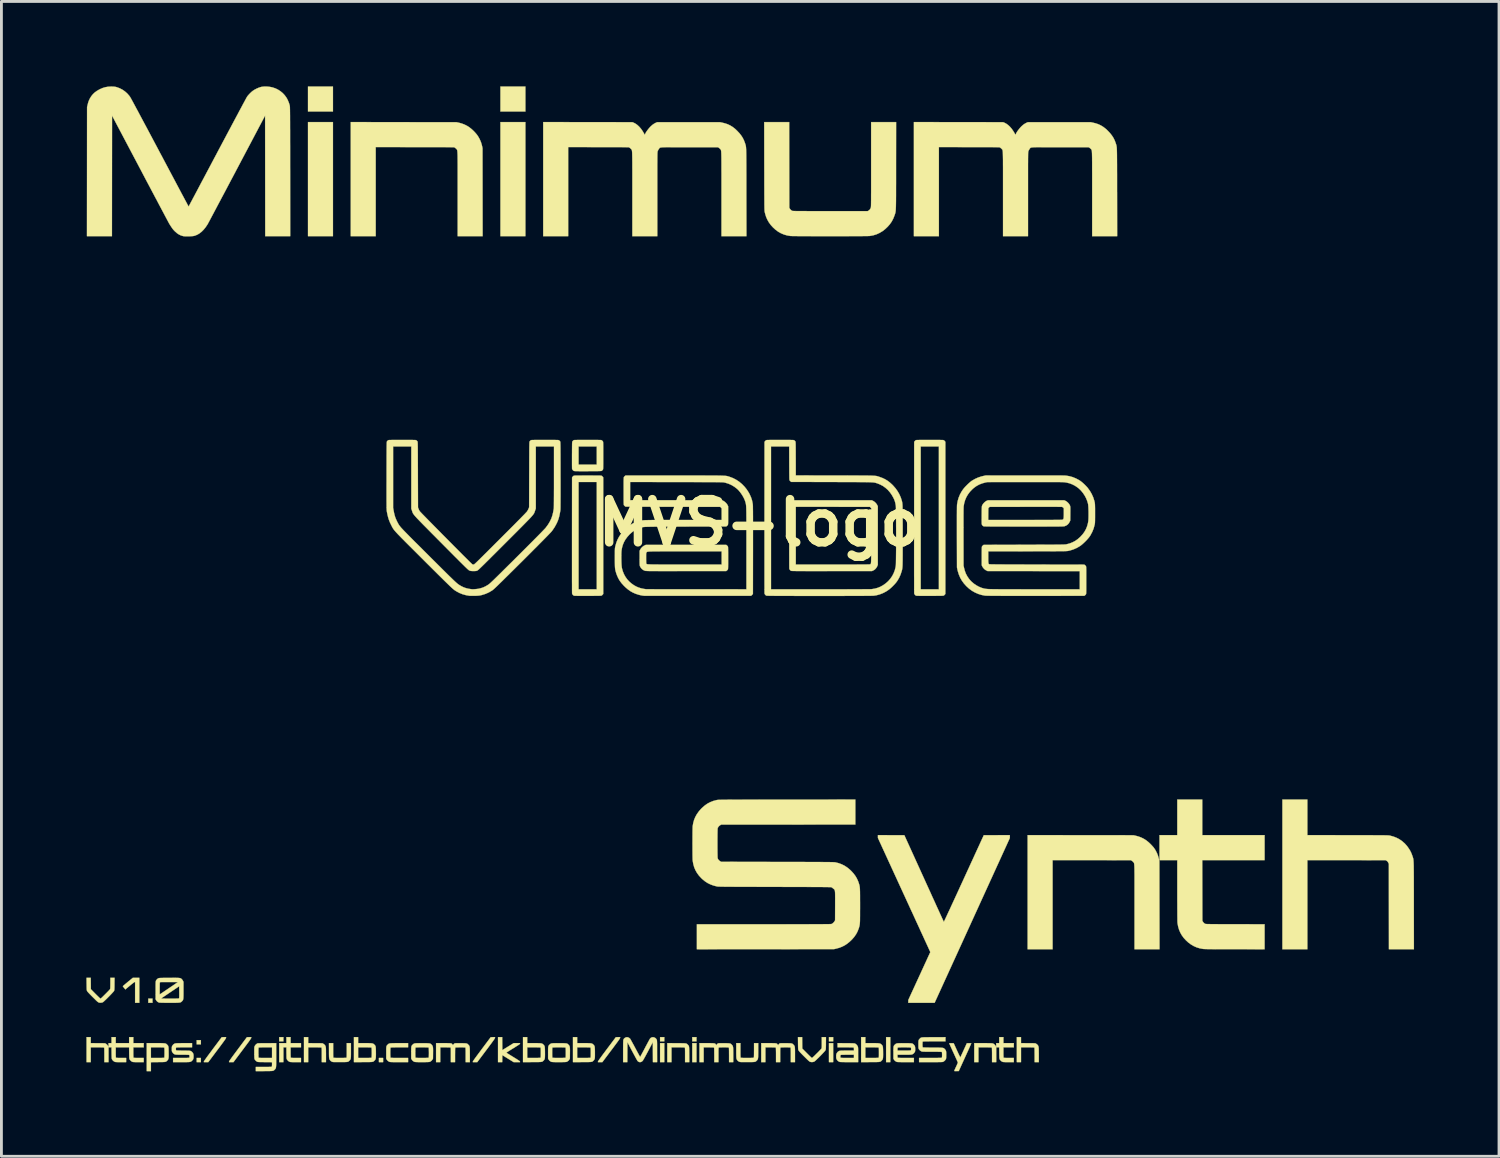
<source format=kicad_pcb>
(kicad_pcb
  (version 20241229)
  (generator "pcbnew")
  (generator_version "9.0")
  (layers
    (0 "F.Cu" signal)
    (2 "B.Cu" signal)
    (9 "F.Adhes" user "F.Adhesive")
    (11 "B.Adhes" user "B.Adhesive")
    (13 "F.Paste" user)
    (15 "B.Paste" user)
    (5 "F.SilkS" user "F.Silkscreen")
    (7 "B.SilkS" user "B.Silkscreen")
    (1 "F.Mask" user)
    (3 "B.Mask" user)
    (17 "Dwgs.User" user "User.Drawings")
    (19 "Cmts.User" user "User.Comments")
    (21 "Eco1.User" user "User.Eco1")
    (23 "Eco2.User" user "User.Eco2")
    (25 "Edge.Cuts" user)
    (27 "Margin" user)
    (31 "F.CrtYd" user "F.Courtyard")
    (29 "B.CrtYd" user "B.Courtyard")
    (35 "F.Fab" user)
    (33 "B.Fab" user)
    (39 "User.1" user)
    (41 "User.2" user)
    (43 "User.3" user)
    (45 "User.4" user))
  (footprint "MVS-logo"
    (layer "F.Cu")
    (at 23.755 15.407)
    (property "Reference" "MVS-logo" (at 0 0 0) (layer "F.SilkS") (effects (font (size 1.524 1.524) (thickness 0.3))))
    (attr through_hole)
    (fp_poly (pts (xy -21.421 16.947) (xy -21.569 16.947) (xy -21.569 16.799) (xy -21.421 16.799) (xy -21.421 16.947)) (stroke (width 0.01) (type solid)) (fill yes) (layer "F.SilkS"))
    (fp_poly (pts (xy -19.713 18.415) (xy -19.861 18.415) (xy -19.861 18.267) (xy -19.713 18.267) (xy -19.713 18.415)) (stroke (width 0.01) (type solid)) (fill yes) (layer "F.SilkS"))
    (fp_poly (pts (xy -19.713 19.043) (xy -19.861 19.043) (xy -19.861 18.895) (xy -19.713 18.895) (xy -19.713 19.043)) (stroke (width 0.01) (type solid)) (fill yes) (layer "F.SilkS"))
    (fp_poly (pts (xy -16.799 18.309) (xy -16.947 18.309) (xy -16.947 18.161) (xy -16.799 18.161) (xy -16.799 18.309)) (stroke (width 0.01) (type solid)) (fill yes) (layer "F.SilkS"))
    (fp_poly (pts (xy -15.05 -14.52) (xy -15.931 -14.52) (xy -15.931 -15.402) (xy -15.05 -15.402) (xy -15.05 -14.52)) (stroke (width 0.01) (type solid)) (fill yes) (layer "F.SilkS"))
    (fp_poly (pts (xy -15.05 -10.118) (xy -15.931 -10.118) (xy -15.931 -14.146) (xy -15.05 -14.146) (xy -15.05 -10.118)) (stroke (width 0.01) (type solid)) (fill yes) (layer "F.SilkS"))
    (fp_poly (pts (xy -13.279 19.043) (xy -13.427 19.043) (xy -13.427 18.895) (xy -13.279 18.895) (xy -13.279 19.043)) (stroke (width 0.01) (type solid)) (fill yes) (layer "F.SilkS"))
    (fp_poly (pts (xy -8.255 -14.52) (xy -9.137 -14.52) (xy -9.137 -15.402) (xy -8.255 -15.402) (xy -8.255 -14.52)) (stroke (width 0.01) (type solid)) (fill yes) (layer "F.SilkS"))
    (fp_poly (pts (xy -8.255 -10.118) (xy -9.137 -10.118) (xy -9.137 -14.146) (xy -8.255 -14.146) (xy -8.255 -10.118)) (stroke (width 0.01) (type solid)) (fill yes) (layer "F.SilkS"))
    (fp_poly (pts (xy -3.351 18.309) (xy -3.5 18.309) (xy -3.5 18.161) (xy -3.351 18.161) (xy -3.351 18.309)) (stroke (width 0.01) (type solid)) (fill yes) (layer "F.SilkS"))
    (fp_poly (pts (xy -3.351 19.043) (xy -3.5 19.043) (xy -3.5 18.373) (xy -3.351 18.373) (xy -3.351 19.043)) (stroke (width 0.01) (type solid)) (fill yes) (layer "F.SilkS"))
    (fp_poly (pts (xy -2.215 18.309) (xy -2.364 18.309) (xy -2.364 18.161) (xy -2.215 18.161) (xy -2.215 18.309)) (stroke (width 0.01) (type solid)) (fill yes) (layer "F.SilkS"))
    (fp_poly (pts (xy -2.215 19.043) (xy -2.364 19.043) (xy -2.364 18.373) (xy -2.215 18.373) (xy -2.215 19.043)) (stroke (width 0.01) (type solid)) (fill yes) (layer "F.SilkS"))
    (fp_poly (pts (xy 2.611 18.309) (xy 2.462 18.309) (xy 2.462 18.161) (xy 2.611 18.161) (xy 2.611 18.309)) (stroke (width 0.01) (type solid)) (fill yes) (layer "F.SilkS"))
    (fp_poly (pts (xy 2.611 19.043) (xy 2.462 19.043) (xy 2.462 18.373) (xy 2.611 18.373) (xy 2.611 19.043)) (stroke (width 0.01) (type solid)) (fill yes) (layer "F.SilkS"))
    (fp_poly (pts (xy 4.628 19.043) (xy 4.48 19.043) (xy 4.48 18.161) (xy 4.628 18.161) (xy 4.628 19.043)) (stroke (width 0.01) (type solid)) (fill yes) (layer "F.SilkS"))
    (fp_poly (pts (xy -21.886 16.947) (xy -22.035 16.947) (xy -22.035 16.214) (xy -22.049 16.214) (xy -22.06 16.218) (xy -22.08 16.232) (xy -22.111 16.255) (xy -22.151 16.286) (xy -22.2 16.326) (xy -22.258 16.374) (xy -22.324 16.429) (xy -22.343 16.445) (xy -22.379 16.476) (xy -22.424 16.422) (xy -22.443 16.399) (xy -22.458 16.379) (xy -22.467 16.366) (xy -22.468 16.363) (xy -22.463 16.357) (xy -22.448 16.343) (xy -22.425 16.323) (xy -22.395 16.297) (xy -22.359 16.267) (xy -22.318 16.233) (xy -22.292 16.211) (xy -22.116 16.066) (xy -22.001 16.066) (xy -21.886 16.066) (xy -21.886 16.947)) (stroke (width 0.01) (type solid)) (fill yes) (layer "F.SilkS"))
    (fp_poly (pts (xy -18.824 18.183) (xy -18.825 18.189) (xy -18.829 18.198) (xy -18.837 18.211) (xy -18.848 18.229) (xy -18.863 18.252) (xy -18.884 18.281) (xy -18.909 18.317) (xy -18.941 18.36) (xy -18.979 18.412) (xy -19.024 18.472) (xy -19.077 18.543) (xy -19.138 18.624) (xy -19.138 18.624) (xy -19.452 19.043) (xy -19.607 19.043) (xy -19.607 19.024) (xy -19.605 19.017) (xy -19.597 19.003) (xy -19.584 18.982) (xy -19.564 18.954) (xy -19.538 18.918) (xy -19.506 18.872) (xy -19.466 18.818) (xy -19.419 18.754) (xy -19.364 18.681) (xy -19.301 18.596) (xy -19.292 18.583) (xy -18.976 18.162) (xy -18.9 18.161) (xy -18.824 18.161) (xy -18.824 18.183)) (stroke (width 0.01) (type solid)) (fill yes) (layer "F.SilkS"))
    (fp_poly (pts (xy -17.935 18.183) (xy -17.936 18.189) (xy -17.94 18.198) (xy -17.948 18.211) (xy -17.959 18.229) (xy -17.974 18.252) (xy -17.995 18.281) (xy -18.02 18.317) (xy -18.052 18.36) (xy -18.09 18.412) (xy -18.135 18.472) (xy -18.188 18.543) (xy -18.249 18.624) (xy -18.249 18.624) (xy -18.563 19.043) (xy -18.718 19.043) (xy -18.718 19.024) (xy -18.716 19.017) (xy -18.708 19.003) (xy -18.695 18.982) (xy -18.675 18.954) (xy -18.649 18.918) (xy -18.617 18.872) (xy -18.577 18.818) (xy -18.53 18.754) (xy -18.475 18.681) (xy -18.412 18.596) (xy -18.403 18.583) (xy -18.087 18.162) (xy -18.011 18.161) (xy -17.935 18.161) (xy -17.935 18.183)) (stroke (width 0.01) (type solid)) (fill yes) (layer "F.SilkS"))
    (fp_poly (pts (xy -9.327 18.183) (xy -9.329 18.189) (xy -9.333 18.198) (xy -9.34 18.211) (xy -9.351 18.229) (xy -9.367 18.252) (xy -9.387 18.281) (xy -9.413 18.317) (xy -9.444 18.36) (xy -9.483 18.412) (xy -9.528 18.472) (xy -9.58 18.543) (xy -9.641 18.624) (xy -9.641 18.624) (xy -9.955 19.043) (xy -10.111 19.043) (xy -10.111 19.024) (xy -10.108 19.017) (xy -10.1 19.003) (xy -10.087 18.982) (xy -10.067 18.954) (xy -10.042 18.918) (xy -10.009 18.872) (xy -9.969 18.818) (xy -9.922 18.754) (xy -9.867 18.681) (xy -9.804 18.596) (xy -9.795 18.583) (xy -9.479 18.162) (xy -9.403 18.161) (xy -9.327 18.161) (xy -9.327 18.183)) (stroke (width 0.01) (type solid)) (fill yes) (layer "F.SilkS"))
    (fp_poly (pts (xy -4.911 18.183) (xy -4.912 18.189) (xy -4.916 18.198) (xy -4.923 18.211) (xy -4.934 18.229) (xy -4.95 18.252) (xy -4.97 18.281) (xy -4.996 18.317) (xy -5.028 18.36) (xy -5.066 18.412) (xy -5.111 18.472) (xy -5.163 18.543) (xy -5.224 18.624) (xy -5.225 18.624) (xy -5.539 19.043) (xy -5.694 19.043) (xy -5.694 19.024) (xy -5.691 19.017) (xy -5.684 19.003) (xy -5.67 18.982) (xy -5.651 18.954) (xy -5.625 18.918) (xy -5.592 18.872) (xy -5.553 18.818) (xy -5.506 18.754) (xy -5.451 18.681) (xy -5.388 18.596) (xy -5.378 18.583) (xy -5.062 18.162) (xy -4.987 18.161) (xy -4.911 18.161) (xy -4.911 18.183)) (stroke (width 0.01) (type solid)) (fill yes) (layer "F.SilkS"))
    (fp_poly (pts (xy -15.924 18.372) (xy -15.672 18.374) (xy -15.42 18.376) (xy -15.387 18.396) (xy -15.364 18.412) (xy -15.343 18.43) (xy -15.336 18.439) (xy -15.326 18.452) (xy -15.318 18.465) (xy -15.312 18.478) (xy -15.307 18.495) (xy -15.303 18.516) (xy -15.3 18.542) (xy -15.298 18.575) (xy -15.297 18.617) (xy -15.297 18.669) (xy -15.296 18.733) (xy -15.296 18.783) (xy -15.296 19.043) (xy -15.445 19.043) (xy -15.445 18.79) (xy -15.445 18.718) (xy -15.445 18.66) (xy -15.446 18.613) (xy -15.447 18.578) (xy -15.449 18.553) (xy -15.45 18.537) (xy -15.453 18.53) (xy -15.453 18.529) (xy -15.46 18.527) (xy -15.475 18.525) (xy -15.499 18.523) (xy -15.534 18.522) (xy -15.581 18.521) (xy -15.639 18.521) (xy -15.693 18.521) (xy -15.924 18.521) (xy -15.924 19.043) (xy -16.073 19.043) (xy -16.073 18.161) (xy -15.924 18.161) (xy -15.924 18.372)) (stroke (width 0.01) (type solid)) (fill yes) (layer "F.SilkS"))
    (fp_poly (pts (xy 9.243 18.372) (xy 9.495 18.374) (xy 9.747 18.376) (xy 9.781 18.396) (xy 9.804 18.412) (xy 9.824 18.43) (xy 9.832 18.439) (xy 9.841 18.452) (xy 9.849 18.465) (xy 9.855 18.478) (xy 9.86 18.495) (xy 9.864 18.516) (xy 9.867 18.542) (xy 9.869 18.575) (xy 9.87 18.617) (xy 9.87 18.669) (xy 9.871 18.733) (xy 9.871 18.783) (xy 9.871 19.043) (xy 9.723 19.043) (xy 9.723 18.79) (xy 9.722 18.718) (xy 9.722 18.66) (xy 9.721 18.613) (xy 9.72 18.578) (xy 9.719 18.553) (xy 9.717 18.537) (xy 9.714 18.53) (xy 9.714 18.529) (xy 9.707 18.527) (xy 9.692 18.525) (xy 9.668 18.523) (xy 9.633 18.522) (xy 9.587 18.521) (xy 9.528 18.521) (xy 9.474 18.521) (xy 9.243 18.521) (xy 9.243 19.043) (xy 9.095 19.043) (xy 9.095 18.161) (xy 9.243 18.161) (xy 9.243 18.372)) (stroke (width 0.01) (type solid)) (fill yes) (layer "F.SilkS"))
    (fp_poly (pts (xy -16.545 18.373) (xy -16.178 18.373) (xy -16.178 18.521) (xy -16.545 18.521) (xy -16.545 18.699) (xy -16.545 18.76) (xy -16.544 18.807) (xy -16.543 18.843) (xy -16.541 18.867) (xy -16.539 18.881) (xy -16.537 18.886) (xy -16.529 18.889) (xy -16.512 18.891) (xy -16.485 18.893) (xy -16.447 18.894) (xy -16.396 18.895) (xy -16.353 18.895) (xy -16.178 18.895) (xy -16.178 19.043) (xy -16.36 19.043) (xy -16.413 19.043) (xy -16.462 19.042) (xy -16.504 19.041) (xy -16.538 19.039) (xy -16.56 19.037) (xy -16.568 19.036) (xy -16.602 19.021) (xy -16.635 18.996) (xy -16.662 18.966) (xy -16.672 18.951) (xy -16.677 18.941) (xy -16.681 18.932) (xy -16.685 18.922) (xy -16.687 18.908) (xy -16.689 18.889) (xy -16.69 18.863) (xy -16.691 18.829) (xy -16.691 18.785) (xy -16.692 18.728) (xy -16.692 18.72) (xy -16.694 18.521) (xy -16.799 18.521) (xy -16.799 19.043) (xy -16.947 19.043) (xy -16.947 18.373) (xy -16.693 18.373) (xy -16.693 18.161) (xy -16.545 18.161) (xy -16.545 18.373)) (stroke (width 0.01) (type solid)) (fill yes) (layer "F.SilkS"))
    (fp_poly (pts (xy -2.919 18.374) (xy -2.841 18.375) (xy -2.775 18.375) (xy -2.72 18.376) (xy -2.676 18.377) (xy -2.641 18.378) (xy -2.613 18.38) (xy -2.591 18.383) (xy -2.574 18.388) (xy -2.561 18.393) (xy -2.551 18.399) (xy -2.541 18.408) (xy -2.531 18.418) (xy -2.523 18.426) (xy -2.511 18.438) (xy -2.501 18.449) (xy -2.493 18.46) (xy -2.486 18.472) (xy -2.481 18.488) (xy -2.478 18.508) (xy -2.475 18.534) (xy -2.474 18.567) (xy -2.472 18.61) (xy -2.472 18.663) (xy -2.471 18.727) (xy -2.471 18.77) (xy -2.469 19.043) (xy -2.618 19.043) (xy -2.618 18.79) (xy -2.618 18.718) (xy -2.618 18.66) (xy -2.619 18.613) (xy -2.62 18.578) (xy -2.622 18.553) (xy -2.623 18.537) (xy -2.626 18.53) (xy -2.626 18.529) (xy -2.633 18.527) (xy -2.648 18.525) (xy -2.672 18.523) (xy -2.707 18.522) (xy -2.754 18.521) (xy -2.812 18.521) (xy -2.866 18.521) (xy -3.097 18.521) (xy -3.097 19.043) (xy -3.246 19.043) (xy -3.246 18.372) (xy -2.919 18.374)) (stroke (width 0.01) (type solid)) (fill yes) (layer "F.SilkS"))
    (fp_poly (pts (xy -9.072 18.39) (xy -9.07 18.619) (xy -8.671 18.373) (xy -8.445 18.373) (xy -8.445 18.389) (xy -8.447 18.394) (xy -8.452 18.401) (xy -8.461 18.409) (xy -8.477 18.421) (xy -8.498 18.436) (xy -8.528 18.455) (xy -8.566 18.479) (xy -8.614 18.509) (xy -8.672 18.546) (xy -8.689 18.556) (xy -8.75 18.594) (xy -8.8 18.625) (xy -8.84 18.65) (xy -8.871 18.67) (xy -8.893 18.685) (xy -8.908 18.697) (xy -8.918 18.705) (xy -8.922 18.71) (xy -8.921 18.714) (xy -8.92 18.715) (xy -8.911 18.72) (xy -8.892 18.732) (xy -8.864 18.75) (xy -8.827 18.773) (xy -8.785 18.799) (xy -8.737 18.829) (xy -8.685 18.861) (xy -8.677 18.866) (xy -8.617 18.903) (xy -8.568 18.933) (xy -8.53 18.958) (xy -8.5 18.978) (xy -8.478 18.993) (xy -8.462 19.004) (xy -8.452 19.013) (xy -8.447 19.02) (xy -8.446 19.025) (xy -8.445 19.026) (xy -8.445 19.043) (xy -8.669 19.043) (xy -9.07 18.795) (xy -9.074 19.043) (xy -9.222 19.043) (xy -9.222 18.161) (xy -9.074 18.161) (xy -9.072 18.39)) (stroke (width 0.01) (type solid)) (fill yes) (layer "F.SilkS"))
    (fp_poly (pts (xy -12.554 -14.144) (xy -10.686 -14.142) (xy -10.615 -14.127) (xy -10.507 -14.098) (xy -10.408 -14.061) (xy -10.316 -14.015) (xy -10.229 -13.959) (xy -10.144 -13.89) (xy -10.097 -13.847) (xy -10.038 -13.786) (xy -9.989 -13.73) (xy -9.947 -13.675) (xy -9.91 -13.617) (xy -9.879 -13.561) (xy -9.847 -13.493) (xy -9.821 -13.428) (xy -9.8 -13.359) (xy -9.784 -13.296) (xy -9.769 -13.226) (xy -9.765 -10.118) (xy -10.647 -10.118) (xy -10.647 -11.613) (xy -10.647 -11.786) (xy -10.647 -11.945) (xy -10.647 -12.092) (xy -10.647 -12.226) (xy -10.647 -12.348) (xy -10.647 -12.459) (xy -10.647 -12.56) (xy -10.647 -12.65) (xy -10.648 -12.731) (xy -10.648 -12.802) (xy -10.649 -12.865) (xy -10.649 -12.921) (xy -10.65 -12.969) (xy -10.651 -13.01) (xy -10.653 -13.045) (xy -10.654 -13.075) (xy -10.656 -13.099) (xy -10.658 -13.119) (xy -10.66 -13.135) (xy -10.662 -13.148) (xy -10.665 -13.158) (xy -10.668 -13.166) (xy -10.671 -13.172) (xy -10.675 -13.178) (xy -10.679 -13.182) (xy -10.683 -13.187) (xy -10.688 -13.192) (xy -10.69 -13.195) (xy -10.71 -13.215) (xy -10.734 -13.235) (xy -10.745 -13.242) (xy -10.777 -13.261) (xy -12.158 -13.263) (xy -13.54 -13.265) (xy -13.54 -10.118) (xy -14.422 -10.118) (xy -14.422 -14.147) (xy -12.554 -14.144)) (stroke (width 0.01) (type solid)) (fill yes) (layer "F.SilkS"))
    (fp_poly (pts (xy 13.212 11.032) (xy 13.282 11.047) (xy 13.39 11.076) (xy 13.489 11.113) (xy 13.581 11.159) (xy 13.668 11.215) (xy 13.753 11.284) (xy 13.8 11.328) (xy 13.859 11.388) (xy 13.909 11.444) (xy 13.951 11.499) (xy 13.988 11.557) (xy 14.018 11.613) (xy 14.051 11.681) (xy 14.076 11.746) (xy 14.097 11.815) (xy 14.113 11.878) (xy 14.128 11.949) (xy 14.13 13.503) (xy 14.133 15.057) (xy 13.25 15.057) (xy 13.25 13.562) (xy 13.25 13.389) (xy 13.25 13.229) (xy 13.25 13.082) (xy 13.25 12.948) (xy 13.25 12.826) (xy 13.25 12.715) (xy 13.25 12.614) (xy 13.25 12.524) (xy 13.25 12.444) (xy 13.249 12.372) (xy 13.248 12.309) (xy 13.248 12.253) (xy 13.247 12.205) (xy 13.246 12.164) (xy 13.245 12.129) (xy 13.243 12.099) (xy 13.241 12.075) (xy 13.24 12.055) (xy 13.237 12.039) (xy 13.235 12.026) (xy 13.232 12.016) (xy 13.229 12.008) (xy 13.226 12.002) (xy 13.222 11.997) (xy 13.218 11.992) (xy 13.214 11.987) (xy 13.209 11.982) (xy 13.207 11.98) (xy 13.187 11.959) (xy 13.163 11.939) (xy 13.153 11.933) (xy 13.12 11.913) (xy 11.739 11.911) (xy 10.358 11.91) (xy 10.358 15.057) (xy 9.476 15.057) (xy 9.476 11.028) (xy 13.212 11.032)) (stroke (width 0.01) (type solid)) (fill yes) (layer "F.SilkS"))
    (fp_poly (pts (xy -12.397 18.521) (xy -12.702 18.521) (xy -12.781 18.521) (xy -12.847 18.521) (xy -12.901 18.522) (xy -12.943 18.523) (xy -12.975 18.524) (xy -12.997 18.525) (xy -13.011 18.527) (xy -13.016 18.529) (xy -13.019 18.539) (xy -13.021 18.56) (xy -13.023 18.591) (xy -13.024 18.629) (xy -13.025 18.671) (xy -13.025 18.715) (xy -13.025 18.758) (xy -13.024 18.799) (xy -13.022 18.835) (xy -13.021 18.863) (xy -13.018 18.881) (xy -13.016 18.886) (xy -13.01 18.889) (xy -12.996 18.89) (xy -12.974 18.892) (xy -12.941 18.893) (xy -12.899 18.894) (xy -12.844 18.894) (xy -12.778 18.895) (xy -12.702 18.895) (xy -12.397 18.895) (xy -12.397 19.043) (xy -12.712 19.043) (xy -12.792 19.042) (xy -12.858 19.042) (xy -12.912 19.042) (xy -12.956 19.041) (xy -12.991 19.04) (xy -13.017 19.038) (xy -13.036 19.037) (xy -13.049 19.034) (xy -13.055 19.033) (xy -13.095 19.011) (xy -13.131 18.98) (xy -13.152 18.951) (xy -13.169 18.919) (xy -13.169 18.708) (xy -13.169 18.644) (xy -13.169 18.593) (xy -13.168 18.553) (xy -13.166 18.522) (xy -13.163 18.497) (xy -13.159 18.479) (xy -13.152 18.464) (xy -13.143 18.451) (xy -13.132 18.438) (xy -13.118 18.425) (xy -13.116 18.422) (xy -13.104 18.411) (xy -13.093 18.402) (xy -13.081 18.394) (xy -13.067 18.388) (xy -13.049 18.383) (xy -13.027 18.379) (xy -12.999 18.377) (xy -12.963 18.375) (xy -12.919 18.374) (xy -12.865 18.373) (xy -12.8 18.373) (xy -12.722 18.373) (xy -12.397 18.373) (xy -12.397 18.521)) (stroke (width 0.01) (type solid)) (fill yes) (layer "F.SilkS"))
    (fp_poly (pts (xy 8.848 11.13) (xy 6.193 16.947) (xy 5.263 16.947) (xy 5.263 16.85) (xy 5.652 16.004) (xy 6.04 15.159) (xy 6.027 15.127) (xy 6.023 15.118) (xy 6.013 15.097) (xy 5.998 15.064) (xy 5.978 15.02) (xy 5.953 14.964) (xy 5.923 14.899) (xy 5.888 14.823) (xy 5.849 14.739) (xy 5.806 14.645) (xy 5.76 14.543) (xy 5.709 14.434) (xy 5.656 14.317) (xy 5.599 14.193) (xy 5.539 14.063) (xy 5.477 13.927) (xy 5.412 13.785) (xy 5.344 13.639) (xy 5.275 13.488) (xy 5.204 13.334) (xy 5.132 13.176) (xy 5.102 13.112) (xy 4.191 11.128) (xy 4.191 11.028) (xy 4.658 11.03) (xy 5.124 11.031) (xy 5.819 12.559) (xy 5.882 12.698) (xy 5.944 12.834) (xy 6.004 12.966) (xy 6.062 13.093) (xy 6.117 13.216) (xy 6.171 13.332) (xy 6.221 13.443) (xy 6.268 13.547) (xy 6.312 13.643) (xy 6.353 13.732) (xy 6.389 13.812) (xy 6.422 13.883) (xy 6.45 13.945) (xy 6.474 13.997) (xy 6.493 14.038) (xy 6.507 14.067) (xy 6.515 14.085) (xy 6.518 14.091) (xy 6.521 14.085) (xy 6.53 14.067) (xy 6.544 14.037) (xy 6.564 13.996) (xy 6.588 13.944) (xy 6.617 13.883) (xy 6.65 13.811) (xy 6.687 13.731) (xy 6.729 13.642) (xy 6.773 13.546) (xy 6.821 13.442) (xy 6.872 13.332) (xy 6.926 13.215) (xy 6.982 13.093) (xy 7.041 12.965) (xy 7.101 12.833) (xy 7.164 12.697) (xy 7.225 12.564) (xy 7.928 11.031) (xy 8.848 11.028) (xy 8.848 11.13)) (stroke (width 0.01) (type solid)) (fill yes) (layer "F.SilkS"))
    (fp_poly (pts (xy 7.467 18.374) (xy 7.481 18.377) (xy 7.486 18.38) (xy 7.486 18.381) (xy 7.483 18.389) (xy 7.474 18.409) (xy 7.461 18.439) (xy 7.443 18.479) (xy 7.422 18.528) (xy 7.396 18.585) (xy 7.368 18.648) (xy 7.336 18.717) (xy 7.303 18.791) (xy 7.267 18.869) (xy 7.265 18.874) (xy 7.045 19.357) (xy 6.965 19.359) (xy 6.93 19.359) (xy 6.906 19.359) (xy 6.893 19.357) (xy 6.887 19.354) (xy 6.886 19.351) (xy 6.889 19.342) (xy 6.897 19.322) (xy 6.909 19.294) (xy 6.925 19.259) (xy 6.943 19.219) (xy 6.95 19.205) (xy 6.969 19.164) (xy 6.985 19.127) (xy 6.999 19.096) (xy 7.008 19.073) (xy 7.013 19.06) (xy 7.013 19.058) (xy 7.01 19.05) (xy 7.002 19.03) (xy 6.989 19) (xy 6.972 18.961) (xy 6.951 18.914) (xy 6.926 18.86) (xy 6.9 18.801) (xy 6.871 18.738) (xy 6.862 18.718) (xy 6.832 18.654) (xy 6.805 18.594) (xy 6.78 18.539) (xy 6.758 18.49) (xy 6.739 18.449) (xy 6.725 18.416) (xy 6.715 18.393) (xy 6.71 18.382) (xy 6.71 18.38) (xy 6.715 18.377) (xy 6.729 18.374) (xy 6.756 18.374) (xy 6.788 18.374) (xy 6.866 18.376) (xy 6.981 18.629) (xy 7.007 18.684) (xy 7.03 18.735) (xy 7.052 18.78) (xy 7.07 18.818) (xy 7.085 18.847) (xy 7.095 18.866) (xy 7.101 18.874) (xy 7.101 18.874) (xy 7.105 18.866) (xy 7.114 18.847) (xy 7.128 18.817) (xy 7.145 18.78) (xy 7.166 18.735) (xy 7.189 18.684) (xy 7.214 18.63) (xy 7.218 18.621) (xy 7.33 18.376) (xy 7.408 18.374) (xy 7.444 18.374) (xy 7.467 18.374)) (stroke (width 0.01) (type solid)) (fill yes) (layer "F.SilkS"))
    (fp_poly (pts (xy -15.042 18.625) (xy -15.042 18.697) (xy -15.042 18.756) (xy -15.041 18.802) (xy -15.04 18.838) (xy -15.039 18.863) (xy -15.037 18.879) (xy -15.034 18.886) (xy -15.034 18.886) (xy -15.025 18.889) (xy -15.003 18.891) (xy -14.972 18.893) (xy -14.933 18.894) (xy -14.888 18.895) (xy -14.839 18.895) (xy -14.789 18.895) (xy -14.74 18.895) (xy -14.693 18.894) (xy -14.651 18.893) (xy -14.616 18.892) (xy -14.589 18.89) (xy -14.574 18.888) (xy -14.571 18.886) (xy -14.569 18.88) (xy -14.567 18.865) (xy -14.565 18.841) (xy -14.564 18.807) (xy -14.563 18.762) (xy -14.563 18.705) (xy -14.563 18.635) (xy -14.563 18.625) (xy -14.563 18.373) (xy -14.415 18.373) (xy -14.415 18.632) (xy -14.415 18.706) (xy -14.415 18.767) (xy -14.416 18.816) (xy -14.417 18.856) (xy -14.42 18.888) (xy -14.423 18.913) (xy -14.428 18.932) (xy -14.435 18.948) (xy -14.443 18.961) (xy -14.453 18.974) (xy -14.464 18.986) (xy -14.477 18.999) (xy -14.489 19.01) (xy -14.5 19.019) (xy -14.513 19.026) (xy -14.53 19.031) (xy -14.55 19.035) (xy -14.577 19.037) (xy -14.612 19.039) (xy -14.656 19.04) (xy -14.711 19.041) (xy -14.778 19.041) (xy -14.792 19.041) (xy -14.863 19.041) (xy -14.921 19.041) (xy -14.968 19.041) (xy -15.004 19.04) (xy -15.032 19.039) (xy -15.052 19.037) (xy -15.066 19.035) (xy -15.072 19.033) (xy -15.108 19.016) (xy -15.136 18.995) (xy -15.152 18.976) (xy -15.161 18.963) (xy -15.169 18.951) (xy -15.175 18.938) (xy -15.18 18.923) (xy -15.184 18.903) (xy -15.186 18.878) (xy -15.188 18.846) (xy -15.189 18.805) (xy -15.19 18.755) (xy -15.19 18.693) (xy -15.19 18.635) (xy -15.191 18.373) (xy -15.042 18.373) (xy -15.042 18.625)) (stroke (width 0.01) (type solid)) (fill yes) (layer "F.SilkS"))
    (fp_poly (pts (xy -14.161 18.373) (xy -13.922 18.373) (xy -13.851 18.373) (xy -13.793 18.373) (xy -13.746 18.374) (xy -13.708 18.376) (xy -13.678 18.379) (xy -13.655 18.383) (xy -13.637 18.389) (xy -13.622 18.396) (xy -13.609 18.405) (xy -13.596 18.416) (xy -13.591 18.421) (xy -13.576 18.436) (xy -13.564 18.45) (xy -13.554 18.465) (xy -13.547 18.482) (xy -13.542 18.503) (xy -13.539 18.53) (xy -13.537 18.566) (xy -13.535 18.61) (xy -13.534 18.667) (xy -13.534 18.696) (xy -13.533 18.761) (xy -13.534 18.814) (xy -13.535 18.856) (xy -13.537 18.889) (xy -13.541 18.915) (xy -13.547 18.936) (xy -13.555 18.953) (xy -13.566 18.968) (xy -13.579 18.982) (xy -13.582 18.986) (xy -13.594 18.998) (xy -13.604 19.008) (xy -13.614 19.016) (xy -13.625 19.023) (xy -13.639 19.028) (xy -13.657 19.032) (xy -13.68 19.035) (xy -13.709 19.038) (xy -13.746 19.039) (xy -13.793 19.04) (xy -13.849 19.041) (xy -13.918 19.041) (xy -13.982 19.041) (xy -14.309 19.043) (xy -14.309 18.521) (xy -14.161 18.521) (xy -14.161 18.895) (xy -13.929 18.895) (xy -13.86 18.895) (xy -13.805 18.894) (xy -13.761 18.893) (xy -13.729 18.892) (xy -13.707 18.89) (xy -13.694 18.888) (xy -13.689 18.886) (xy -13.686 18.877) (xy -13.684 18.855) (xy -13.682 18.824) (xy -13.681 18.787) (xy -13.68 18.745) (xy -13.68 18.701) (xy -13.681 18.657) (xy -13.681 18.616) (xy -13.683 18.581) (xy -13.685 18.553) (xy -13.687 18.535) (xy -13.689 18.529) (xy -13.696 18.527) (xy -13.711 18.525) (xy -13.735 18.523) (xy -13.77 18.522) (xy -13.817 18.521) (xy -13.875 18.521) (xy -13.929 18.521) (xy -14.161 18.521) (xy -14.309 18.521) (xy -14.309 18.161) (xy -14.161 18.161) (xy -14.161 18.373)) (stroke (width 0.01) (type solid)) (fill yes) (layer "F.SilkS"))
    (fp_poly (pts (xy -8.191 18.373) (xy -7.953 18.373) (xy -7.882 18.373) (xy -7.824 18.373) (xy -7.777 18.374) (xy -7.739 18.376) (xy -7.709 18.379) (xy -7.686 18.383) (xy -7.668 18.389) (xy -7.653 18.396) (xy -7.64 18.405) (xy -7.627 18.416) (xy -7.622 18.421) (xy -7.607 18.436) (xy -7.595 18.45) (xy -7.585 18.465) (xy -7.578 18.482) (xy -7.573 18.503) (xy -7.57 18.53) (xy -7.568 18.566) (xy -7.566 18.61) (xy -7.565 18.667) (xy -7.565 18.696) (xy -7.564 18.761) (xy -7.565 18.814) (xy -7.566 18.856) (xy -7.568 18.889) (xy -7.572 18.915) (xy -7.578 18.936) (xy -7.586 18.953) (xy -7.597 18.968) (xy -7.61 18.982) (xy -7.613 18.986) (xy -7.625 18.998) (xy -7.635 19.008) (xy -7.645 19.016) (xy -7.656 19.023) (xy -7.67 19.028) (xy -7.688 19.032) (xy -7.711 19.035) (xy -7.74 19.038) (xy -7.777 19.039) (xy -7.824 19.04) (xy -7.88 19.041) (xy -7.949 19.041) (xy -8.013 19.041) (xy -8.34 19.043) (xy -8.34 18.521) (xy -8.191 18.521) (xy -8.191 18.895) (xy -7.96 18.895) (xy -7.891 18.895) (xy -7.836 18.894) (xy -7.792 18.893) (xy -7.76 18.892) (xy -7.738 18.89) (xy -7.725 18.888) (xy -7.72 18.886) (xy -7.717 18.879) (xy -7.715 18.862) (xy -7.713 18.834) (xy -7.712 18.795) (xy -7.712 18.744) (xy -7.712 18.708) (xy -7.712 18.649) (xy -7.713 18.603) (xy -7.714 18.569) (xy -7.716 18.546) (xy -7.718 18.533) (xy -7.72 18.529) (xy -7.727 18.527) (xy -7.742 18.525) (xy -7.766 18.523) (xy -7.801 18.522) (xy -7.848 18.521) (xy -7.906 18.521) (xy -7.96 18.521) (xy -8.191 18.521) (xy -8.34 18.521) (xy -8.34 18.161) (xy -8.191 18.161) (xy -8.191 18.373)) (stroke (width 0.01) (type solid)) (fill yes) (layer "F.SilkS"))
    (fp_poly (pts (xy -6.428 18.373) (xy -6.189 18.373) (xy -6.118 18.373) (xy -6.06 18.373) (xy -6.013 18.374) (xy -5.975 18.376) (xy -5.946 18.379) (xy -5.922 18.383) (xy -5.904 18.389) (xy -5.889 18.396) (xy -5.876 18.405) (xy -5.863 18.416) (xy -5.858 18.421) (xy -5.843 18.436) (xy -5.831 18.45) (xy -5.821 18.465) (xy -5.814 18.482) (xy -5.809 18.503) (xy -5.806 18.53) (xy -5.804 18.566) (xy -5.802 18.61) (xy -5.801 18.667) (xy -5.801 18.696) (xy -5.801 18.761) (xy -5.801 18.814) (xy -5.802 18.856) (xy -5.804 18.889) (xy -5.808 18.915) (xy -5.814 18.936) (xy -5.822 18.953) (xy -5.833 18.968) (xy -5.846 18.982) (xy -5.849 18.986) (xy -5.861 18.998) (xy -5.871 19.008) (xy -5.881 19.016) (xy -5.892 19.023) (xy -5.906 19.028) (xy -5.924 19.032) (xy -5.947 19.035) (xy -5.976 19.038) (xy -6.014 19.039) (xy -6.06 19.04) (xy -6.116 19.041) (xy -6.185 19.041) (xy -6.249 19.041) (xy -6.576 19.043) (xy -6.576 18.521) (xy -6.428 18.521) (xy -6.428 18.895) (xy -6.196 18.895) (xy -6.127 18.895) (xy -6.072 18.894) (xy -6.028 18.893) (xy -5.996 18.892) (xy -5.974 18.89) (xy -5.961 18.888) (xy -5.956 18.886) (xy -5.953 18.879) (xy -5.951 18.862) (xy -5.949 18.834) (xy -5.948 18.795) (xy -5.948 18.744) (xy -5.948 18.708) (xy -5.948 18.649) (xy -5.949 18.603) (xy -5.95 18.569) (xy -5.952 18.546) (xy -5.955 18.533) (xy -5.956 18.529) (xy -5.963 18.527) (xy -5.978 18.525) (xy -6.003 18.523) (xy -6.038 18.522) (xy -6.084 18.521) (xy -6.143 18.521) (xy -6.196 18.521) (xy -6.428 18.521) (xy -6.576 18.521) (xy -6.576 18.161) (xy -6.428 18.161) (xy -6.428 18.373)) (stroke (width 0.01) (type solid)) (fill yes) (layer "F.SilkS"))
    (fp_poly (pts (xy -0.663 18.625) (xy -0.663 18.697) (xy -0.663 18.756) (xy -0.662 18.802) (xy -0.661 18.838) (xy -0.659 18.863) (xy -0.657 18.879) (xy -0.655 18.886) (xy -0.655 18.886) (xy -0.645 18.889) (xy -0.624 18.891) (xy -0.593 18.893) (xy -0.553 18.894) (xy -0.509 18.895) (xy -0.46 18.895) (xy -0.41 18.895) (xy -0.361 18.895) (xy -0.314 18.894) (xy -0.272 18.893) (xy -0.236 18.892) (xy -0.21 18.89) (xy -0.195 18.888) (xy -0.192 18.886) (xy -0.19 18.88) (xy -0.188 18.865) (xy -0.186 18.841) (xy -0.185 18.807) (xy -0.184 18.762) (xy -0.184 18.705) (xy -0.183 18.635) (xy -0.183 18.625) (xy -0.183 18.373) (xy -0.035 18.373) (xy -0.035 18.632) (xy -0.035 18.706) (xy -0.036 18.767) (xy -0.037 18.816) (xy -0.038 18.856) (xy -0.041 18.888) (xy -0.044 18.913) (xy -0.049 18.932) (xy -0.055 18.948) (xy -0.063 18.961) (xy -0.073 18.974) (xy -0.085 18.986) (xy -0.098 18.999) (xy -0.109 19.01) (xy -0.121 19.019) (xy -0.134 19.026) (xy -0.15 19.031) (xy -0.171 19.035) (xy -0.198 19.037) (xy -0.233 19.039) (xy -0.277 19.04) (xy -0.331 19.041) (xy -0.398 19.041) (xy -0.413 19.041) (xy -0.484 19.041) (xy -0.542 19.041) (xy -0.588 19.041) (xy -0.625 19.04) (xy -0.652 19.039) (xy -0.672 19.037) (xy -0.686 19.035) (xy -0.693 19.033) (xy -0.729 19.016) (xy -0.757 18.995) (xy -0.773 18.976) (xy -0.782 18.963) (xy -0.79 18.951) (xy -0.796 18.938) (xy -0.801 18.923) (xy -0.805 18.903) (xy -0.807 18.878) (xy -0.809 18.846) (xy -0.81 18.805) (xy -0.811 18.755) (xy -0.811 18.693) (xy -0.811 18.635) (xy -0.811 18.373) (xy -0.663 18.373) (xy -0.663 18.625)) (stroke (width 0.01) (type solid)) (fill yes) (layer "F.SilkS"))
    (fp_poly (pts (xy 3.747 18.373) (xy 3.985 18.373) (xy 4.056 18.373) (xy 4.114 18.373) (xy 4.161 18.374) (xy 4.199 18.376) (xy 4.229 18.379) (xy 4.252 18.383) (xy 4.27 18.389) (xy 4.285 18.396) (xy 4.298 18.405) (xy 4.311 18.416) (xy 4.316 18.421) (xy 4.331 18.436) (xy 4.343 18.45) (xy 4.353 18.465) (xy 4.36 18.482) (xy 4.365 18.503) (xy 4.368 18.53) (xy 4.37 18.566) (xy 4.372 18.61) (xy 4.373 18.667) (xy 4.373 18.696) (xy 4.374 18.761) (xy 4.373 18.814) (xy 4.372 18.856) (xy 4.37 18.889) (xy 4.366 18.915) (xy 4.36 18.936) (xy 4.352 18.953) (xy 4.341 18.968) (xy 4.328 18.982) (xy 4.325 18.986) (xy 4.313 18.998) (xy 4.303 19.008) (xy 4.293 19.016) (xy 4.282 19.023) (xy 4.268 19.028) (xy 4.25 19.032) (xy 4.227 19.035) (xy 4.198 19.038) (xy 4.161 19.039) (xy 4.114 19.04) (xy 4.058 19.041) (xy 3.989 19.041) (xy 3.925 19.041) (xy 3.598 19.043) (xy 3.598 18.521) (xy 3.747 18.521) (xy 3.747 18.895) (xy 3.978 18.895) (xy 4.047 18.895) (xy 4.102 18.894) (xy 4.146 18.893) (xy 4.178 18.892) (xy 4.2 18.89) (xy 4.213 18.888) (xy 4.218 18.886) (xy 4.221 18.879) (xy 4.223 18.862) (xy 4.225 18.834) (xy 4.226 18.795) (xy 4.226 18.744) (xy 4.226 18.708) (xy 4.226 18.649) (xy 4.225 18.603) (xy 4.224 18.569) (xy 4.222 18.546) (xy 4.22 18.533) (xy 4.218 18.529) (xy 4.211 18.527) (xy 4.196 18.525) (xy 4.172 18.523) (xy 4.137 18.522) (xy 4.09 18.521) (xy 4.032 18.521) (xy 3.978 18.521) (xy 3.747 18.521) (xy 3.598 18.521) (xy 3.598 18.161) (xy 3.747 18.161) (xy 3.747 18.373)) (stroke (width 0.01) (type solid)) (fill yes) (layer "F.SilkS"))
    (fp_poly (pts (xy 19.353 11.028) (xy 20.78 11.03) (xy 20.947 11.03) (xy 21.101 11.03) (xy 21.241 11.031) (xy 21.369 11.031) (xy 21.486 11.031) (xy 21.591 11.031) (xy 21.686 11.032) (xy 21.77 11.032) (xy 21.846 11.032) (xy 21.913 11.033) (xy 21.972 11.033) (xy 22.023 11.033) (xy 22.067 11.034) (xy 22.105 11.035) (xy 22.138 11.035) (xy 22.165 11.036) (xy 22.187 11.037) (xy 22.206 11.038) (xy 22.222 11.039) (xy 22.234 11.04) (xy 22.245 11.041) (xy 22.254 11.043) (xy 22.263 11.044) (xy 22.27 11.046) (xy 22.275 11.047) (xy 22.396 11.08) (xy 22.507 11.124) (xy 22.611 11.18) (xy 22.706 11.247) (xy 22.794 11.325) (xy 22.874 11.416) (xy 22.939 11.508) (xy 22.982 11.577) (xy 23.016 11.645) (xy 23.045 11.717) (xy 23.058 11.754) (xy 23.064 11.771) (xy 23.069 11.786) (xy 23.074 11.8) (xy 23.078 11.813) (xy 23.082 11.827) (xy 23.086 11.84) (xy 23.09 11.855) (xy 23.093 11.872) (xy 23.096 11.89) (xy 23.098 11.912) (xy 23.1 11.937) (xy 23.102 11.966) (xy 23.104 12) (xy 23.105 12.039) (xy 23.107 12.083) (xy 23.108 12.134) (xy 23.108 12.192) (xy 23.109 12.258) (xy 23.11 12.331) (xy 23.11 12.413) (xy 23.111 12.505) (xy 23.111 12.606) (xy 23.111 12.718) (xy 23.111 12.841) (xy 23.112 12.975) (xy 23.112 13.121) (xy 23.112 13.281) (xy 23.112 13.453) (xy 23.112 13.51) (xy 23.114 15.057) (xy 22.232 15.057) (xy 22.229 12.04) (xy 22.207 11.998) (xy 22.191 11.97) (xy 22.173 11.95) (xy 22.151 11.934) (xy 22.117 11.913) (xy 20.735 11.911) (xy 19.353 11.91) (xy 19.353 15.057) (xy 18.471 15.057) (xy 18.471 9.772) (xy 19.353 9.772) (xy 19.353 11.028)) (stroke (width 0.01) (type solid)) (fill yes) (layer "F.SilkS"))
    (fp_poly (pts (xy -21.233 18.373) (xy -21.165 18.373) (xy -21.11 18.373) (xy -21.064 18.375) (xy -21.027 18.376) (xy -20.998 18.379) (xy -20.975 18.382) (xy -20.957 18.387) (xy -20.943 18.393) (xy -20.931 18.401) (xy -20.92 18.41) (xy -20.908 18.421) (xy -20.907 18.423) (xy -20.892 18.438) (xy -20.88 18.452) (xy -20.87 18.466) (xy -20.864 18.483) (xy -20.859 18.504) (xy -20.855 18.53) (xy -20.853 18.564) (xy -20.852 18.608) (xy -20.851 18.663) (xy -20.851 18.696) (xy -20.85 18.761) (xy -20.85 18.814) (xy -20.851 18.856) (xy -20.854 18.889) (xy -20.858 18.915) (xy -20.864 18.936) (xy -20.872 18.953) (xy -20.882 18.968) (xy -20.895 18.982) (xy -20.899 18.986) (xy -20.912 18.999) (xy -20.923 19.01) (xy -20.935 19.019) (xy -20.948 19.026) (xy -20.965 19.031) (xy -20.985 19.035) (xy -21.013 19.037) (xy -21.047 19.039) (xy -21.092 19.04) (xy -21.147 19.041) (xy -21.214 19.041) (xy -21.225 19.042) (xy -21.477 19.044) (xy -21.477 19.36) (xy -21.625 19.36) (xy -21.625 18.521) (xy -21.477 18.521) (xy -21.477 18.895) (xy -21.246 18.895) (xy -21.177 18.895) (xy -21.121 18.894) (xy -21.078 18.893) (xy -21.045 18.892) (xy -21.023 18.89) (xy -21.01 18.888) (xy -21.006 18.886) (xy -21.003 18.877) (xy -21.001 18.855) (xy -20.999 18.824) (xy -20.998 18.787) (xy -20.997 18.745) (xy -20.997 18.701) (xy -20.997 18.657) (xy -20.998 18.616) (xy -20.999 18.581) (xy -21.001 18.553) (xy -21.004 18.535) (xy -21.006 18.529) (xy -21.012 18.527) (xy -21.028 18.525) (xy -21.052 18.523) (xy -21.087 18.522) (xy -21.133 18.521) (xy -21.192 18.521) (xy -21.246 18.521) (xy -21.477 18.521) (xy -21.625 18.521) (xy -21.625 18.373) (xy -21.313 18.373) (xy -21.233 18.373)) (stroke (width 0.01) (type solid)) (fill yes) (layer "F.SilkS"))
    (fp_poly (pts (xy 15.642 11.028) (xy 17.843 11.028) (xy 17.843 11.91) (xy 15.642 11.91) (xy 15.644 12.98) (xy 15.646 14.051) (xy 15.661 14.079) (xy 15.691 14.12) (xy 15.731 14.153) (xy 15.741 14.158) (xy 15.745 14.16) (xy 15.749 14.161) (xy 15.756 14.163) (xy 15.765 14.164) (xy 15.776 14.165) (xy 15.792 14.166) (xy 15.811 14.167) (xy 15.836 14.168) (xy 15.867 14.169) (xy 15.904 14.169) (xy 15.948 14.17) (xy 16 14.17) (xy 16.061 14.171) (xy 16.13 14.171) (xy 16.21 14.172) (xy 16.3 14.172) (xy 16.401 14.172) (xy 16.515 14.172) (xy 16.641 14.173) (xy 16.78 14.173) (xy 16.805 14.173) (xy 17.843 14.175) (xy 17.843 15.057) (xy 16.79 15.056) (xy 16.64 15.056) (xy 16.503 15.056) (xy 16.379 15.055) (xy 16.267 15.055) (xy 16.167 15.055) (xy 16.078 15.054) (xy 16 15.054) (xy 15.932 15.053) (xy 15.872 15.053) (xy 15.822 15.052) (xy 15.779 15.051) (xy 15.744 15.05) (xy 15.716 15.049) (xy 15.695 15.048) (xy 15.679 15.047) (xy 15.67 15.046) (xy 15.553 15.024) (xy 15.442 14.99) (xy 15.338 14.944) (xy 15.24 14.886) (xy 15.145 14.815) (xy 15.067 14.743) (xy 14.987 14.656) (xy 14.921 14.566) (xy 14.867 14.471) (xy 14.824 14.371) (xy 14.792 14.263) (xy 14.77 14.146) (xy 14.768 14.125) (xy 14.766 14.109) (xy 14.765 14.078) (xy 14.764 14.033) (xy 14.764 13.974) (xy 14.763 13.902) (xy 14.762 13.815) (xy 14.762 13.715) (xy 14.761 13.602) (xy 14.761 13.474) (xy 14.76 13.334) (xy 14.76 13.18) (xy 14.76 13.012) (xy 14.76 12.988) (xy 14.76 11.91) (xy 14.132 11.91) (xy 14.132 11.028) (xy 14.76 11.028) (xy 14.76 9.772) (xy 15.642 9.772) (xy 15.642 11.028)) (stroke (width 0.01) (type solid)) (fill yes) (layer "F.SilkS"))
    (fp_poly (pts (xy 8.622 18.373) (xy 8.989 18.373) (xy 8.989 18.521) (xy 8.622 18.521) (xy 8.622 18.699) (xy 8.622 18.76) (xy 8.623 18.807) (xy 8.624 18.843) (xy 8.626 18.867) (xy 8.628 18.881) (xy 8.63 18.886) (xy 8.638 18.889) (xy 8.655 18.891) (xy 8.682 18.893) (xy 8.72 18.894) (xy 8.771 18.895) (xy 8.814 18.895) (xy 8.989 18.895) (xy 8.989 19.043) (xy 8.807 19.043) (xy 8.754 19.043) (xy 8.705 19.042) (xy 8.663 19.041) (xy 8.63 19.039) (xy 8.607 19.037) (xy 8.599 19.036) (xy 8.566 19.021) (xy 8.533 18.996) (xy 8.505 18.966) (xy 8.495 18.951) (xy 8.49 18.941) (xy 8.486 18.932) (xy 8.483 18.922) (xy 8.48 18.908) (xy 8.479 18.889) (xy 8.477 18.863) (xy 8.477 18.829) (xy 8.476 18.785) (xy 8.475 18.728) (xy 8.475 18.72) (xy 8.473 18.521) (xy 8.368 18.521) (xy 8.368 19.043) (xy 8.22 19.043) (xy 8.22 18.79) (xy 8.22 18.718) (xy 8.219 18.66) (xy 8.218 18.613) (xy 8.217 18.578) (xy 8.216 18.553) (xy 8.214 18.537) (xy 8.212 18.53) (xy 8.211 18.529) (xy 8.205 18.527) (xy 8.189 18.525) (xy 8.165 18.523) (xy 8.13 18.522) (xy 8.084 18.521) (xy 8.025 18.521) (xy 7.971 18.521) (xy 7.74 18.521) (xy 7.74 19.043) (xy 7.592 19.043) (xy 7.592 18.373) (xy 7.904 18.373) (xy 7.976 18.373) (xy 8.042 18.373) (xy 8.101 18.374) (xy 8.151 18.375) (xy 8.192 18.376) (xy 8.221 18.378) (xy 8.238 18.379) (xy 8.24 18.38) (xy 8.278 18.397) (xy 8.312 18.424) (xy 8.341 18.457) (xy 8.359 18.493) (xy 8.361 18.497) (xy 8.363 18.502) (xy 8.365 18.496) (xy 8.367 18.477) (xy 8.367 18.445) (xy 8.368 18.373) (xy 8.474 18.373) (xy 8.474 18.161) (xy 8.622 18.161) (xy 8.622 18.373)) (stroke (width 0.01) (type solid)) (fill yes) (layer "F.SilkS"))
    (fp_poly (pts (xy -23.599 16.266) (xy -23.597 16.467) (xy -23.439 16.628) (xy -23.399 16.668) (xy -23.362 16.704) (xy -23.329 16.736) (xy -23.302 16.762) (xy -23.281 16.782) (xy -23.267 16.793) (xy -23.264 16.795) (xy -23.258 16.797) (xy -23.252 16.795) (xy -23.243 16.79) (xy -23.231 16.781) (xy -23.214 16.767) (xy -23.192 16.746) (xy -23.163 16.717) (xy -23.126 16.681) (xy -23.089 16.644) (xy -23.049 16.604) (xy -23.013 16.567) (xy -22.98 16.534) (xy -22.954 16.505) (xy -22.934 16.484) (xy -22.922 16.47) (xy -22.92 16.466) (xy -22.916 16.458) (xy -22.914 16.444) (xy -22.912 16.423) (xy -22.911 16.395) (xy -22.91 16.356) (xy -22.909 16.307) (xy -22.909 16.256) (xy -22.909 16.066) (xy -22.76 16.066) (xy -22.763 16.282) (xy -22.763 16.344) (xy -22.764 16.392) (xy -22.765 16.43) (xy -22.766 16.459) (xy -22.767 16.481) (xy -22.769 16.497) (xy -22.772 16.509) (xy -22.775 16.519) (xy -22.78 16.528) (xy -22.781 16.531) (xy -22.791 16.545) (xy -22.809 16.566) (xy -22.835 16.595) (xy -22.866 16.629) (xy -22.902 16.666) (xy -22.94 16.706) (xy -22.98 16.746) (xy -23.02 16.786) (xy -23.058 16.824) (xy -23.094 16.858) (xy -23.125 16.887) (xy -23.15 16.91) (xy -23.168 16.924) (xy -23.174 16.928) (xy -23.204 16.939) (xy -23.241 16.944) (xy -23.278 16.945) (xy -23.309 16.939) (xy -23.312 16.938) (xy -23.323 16.934) (xy -23.333 16.93) (xy -23.343 16.924) (xy -23.354 16.915) (xy -23.368 16.904) (xy -23.386 16.888) (xy -23.409 16.867) (xy -23.437 16.839) (xy -23.473 16.803) (xy -23.517 16.76) (xy -23.537 16.74) (xy -23.592 16.685) (xy -23.638 16.638) (xy -23.674 16.6) (xy -23.701 16.57) (xy -23.719 16.548) (xy -23.729 16.533) (xy -23.729 16.532) (xy -23.734 16.522) (xy -23.738 16.513) (xy -23.74 16.501) (xy -23.742 16.486) (xy -23.744 16.466) (xy -23.745 16.439) (xy -23.746 16.403) (xy -23.747 16.357) (xy -23.747 16.299) (xy -23.748 16.282) (xy -23.75 16.066) (xy -23.601 16.066) (xy -23.599 16.266)) (stroke (width 0.01) (type solid)) (fill yes) (layer "F.SilkS"))
    (fp_poly (pts (xy 1.518 18.362) (xy 1.52 18.563) (xy 1.679 18.723) (xy 1.719 18.763) (xy 1.755 18.799) (xy 1.788 18.831) (xy 1.816 18.858) (xy 1.837 18.877) (xy 1.851 18.889) (xy 1.854 18.891) (xy 1.859 18.892) (xy 1.866 18.891) (xy 1.874 18.886) (xy 1.887 18.877) (xy 1.903 18.862) (xy 1.926 18.841) (xy 1.955 18.813) (xy 1.992 18.776) (xy 2.029 18.739) (xy 2.069 18.7) (xy 2.105 18.663) (xy 2.137 18.629) (xy 2.164 18.601) (xy 2.184 18.579) (xy 2.196 18.565) (xy 2.198 18.562) (xy 2.201 18.553) (xy 2.204 18.539) (xy 2.206 18.519) (xy 2.207 18.49) (xy 2.208 18.452) (xy 2.208 18.402) (xy 2.208 18.352) (xy 2.208 18.161) (xy 2.357 18.161) (xy 2.355 18.378) (xy 2.355 18.439) (xy 2.354 18.488) (xy 2.353 18.526) (xy 2.352 18.555) (xy 2.351 18.576) (xy 2.349 18.592) (xy 2.346 18.604) (xy 2.343 18.614) (xy 2.338 18.623) (xy 2.336 18.627) (xy 2.327 18.64) (xy 2.309 18.662) (xy 2.283 18.69) (xy 2.252 18.724) (xy 2.216 18.762) (xy 2.178 18.801) (xy 2.138 18.842) (xy 2.098 18.882) (xy 2.059 18.919) (xy 2.024 18.954) (xy 1.993 18.983) (xy 1.968 19.005) (xy 1.95 19.019) (xy 1.944 19.023) (xy 1.914 19.034) (xy 1.877 19.04) (xy 1.84 19.04) (xy 1.809 19.035) (xy 1.806 19.034) (xy 1.795 19.03) (xy 1.785 19.025) (xy 1.775 19.019) (xy 1.763 19.011) (xy 1.749 18.999) (xy 1.732 18.983) (xy 1.709 18.962) (xy 1.68 18.934) (xy 1.645 18.899) (xy 1.6 18.855) (xy 1.581 18.836) (xy 1.525 18.78) (xy 1.48 18.734) (xy 1.444 18.696) (xy 1.417 18.666) (xy 1.399 18.644) (xy 1.389 18.629) (xy 1.388 18.628) (xy 1.384 18.618) (xy 1.38 18.608) (xy 1.377 18.597) (xy 1.375 18.582) (xy 1.374 18.561) (xy 1.373 18.534) (xy 1.372 18.499) (xy 1.371 18.453) (xy 1.37 18.395) (xy 1.37 18.378) (xy 1.368 18.161) (xy 1.516 18.161) (xy 1.518 18.362)) (stroke (width 0.01) (type solid)) (fill yes) (layer "F.SilkS"))
    (fp_poly (pts (xy -5.963 -1.669) (xy -5.882 -1.669) (xy -5.813 -1.668) (xy -5.755 -1.668) (xy -5.707 -1.668) (xy -5.668 -1.667) (xy -5.637 -1.667) (xy -5.613 -1.666) (xy -5.594 -1.665) (xy -5.581 -1.663) (xy -5.572 -1.662) (xy -5.565 -1.66) (xy -5.56 -1.657) (xy -5.556 -1.654) (xy -5.555 -1.654) (xy -5.537 -1.637) (xy -5.521 -1.62) (xy -5.507 -1.601) (xy -5.507 2.511) (xy -5.521 2.53) (xy -5.538 2.549) (xy -5.555 2.564) (xy -5.56 2.567) (xy -5.564 2.57) (xy -5.571 2.572) (xy -5.58 2.573) (xy -5.593 2.575) (xy -5.611 2.576) (xy -5.635 2.577) (xy -5.666 2.578) (xy -5.704 2.579) (xy -5.752 2.579) (xy -5.809 2.579) (xy -5.878 2.58) (xy -5.959 2.58) (xy -6.049 2.58) (xy -6.146 2.581) (xy -6.23 2.581) (xy -6.301 2.581) (xy -6.361 2.58) (xy -6.411 2.58) (xy -6.451 2.579) (xy -6.483 2.579) (xy -6.507 2.578) (xy -6.525 2.576) (xy -6.537 2.575) (xy -6.544 2.573) (xy -6.544 2.572) (xy -6.57 2.556) (xy -6.592 2.531) (xy -6.605 2.504) (xy -6.607 2.496) (xy -6.608 2.487) (xy -6.608 2.464) (xy -6.608 2.429) (xy -6.609 2.381) (xy -6.609 2.322) (xy -6.609 2.251) (xy -6.609 2.169) (xy -6.61 2.077) (xy -6.61 1.976) (xy -6.61 1.865) (xy -6.61 1.746) (xy -6.61 1.619) (xy -6.61 1.485) (xy -6.61 1.344) (xy -6.61 1.197) (xy -6.61 1.044) (xy -6.61 0.886) (xy -6.61 0.724) (xy -6.61 0.558) (xy -6.61 0.436) (xy -6.608 -1.439) (xy -6.378 -1.439) (xy -6.378 2.349) (xy -5.736 2.349) (xy -5.736 -1.439) (xy -6.378 -1.439) (xy -6.608 -1.439) (xy -6.608 -1.601) (xy -6.593 -1.62) (xy -6.576 -1.639) (xy -6.559 -1.654) (xy -6.555 -1.657) (xy -6.55 -1.659) (xy -6.544 -1.661) (xy -6.535 -1.663) (xy -6.522 -1.665) (xy -6.504 -1.666) (xy -6.481 -1.667) (xy -6.451 -1.667) (xy -6.413 -1.668) (xy -6.366 -1.668) (xy -6.31 -1.668) (xy -6.242 -1.669) (xy -6.163 -1.669) (xy -6.07 -1.669) (xy -6.057 -1.669) (xy -5.963 -1.669)) (stroke (width 0.01) (type solid)) (fill yes) (layer "F.SilkS"))
    (fp_poly (pts (xy -11.076 18.373) (xy -11.017 18.373) (xy -10.97 18.374) (xy -10.932 18.375) (xy -10.903 18.377) (xy -10.882 18.38) (xy -10.865 18.385) (xy -10.853 18.391) (xy -10.844 18.398) (xy -10.837 18.408) (xy -10.829 18.42) (xy -10.827 18.424) (xy -10.817 18.439) (xy -10.811 18.446) (xy -10.809 18.445) (xy -10.804 18.43) (xy -10.791 18.412) (xy -10.774 18.394) (xy -10.757 18.382) (xy -10.753 18.38) (xy -10.741 18.377) (xy -10.718 18.375) (xy -10.684 18.374) (xy -10.638 18.374) (xy -10.579 18.374) (xy -10.537 18.374) (xy -10.475 18.375) (xy -10.427 18.376) (xy -10.388 18.377) (xy -10.358 18.38) (xy -10.335 18.383) (xy -10.318 18.389) (xy -10.303 18.396) (xy -10.29 18.406) (xy -10.277 18.419) (xy -10.266 18.43) (xy -10.254 18.443) (xy -10.244 18.455) (xy -10.236 18.468) (xy -10.23 18.484) (xy -10.225 18.504) (xy -10.222 18.529) (xy -10.219 18.561) (xy -10.218 18.602) (xy -10.217 18.652) (xy -10.217 18.714) (xy -10.216 18.783) (xy -10.216 19.043) (xy -10.365 19.043) (xy -10.365 18.79) (xy -10.365 18.718) (xy -10.365 18.66) (xy -10.366 18.613) (xy -10.367 18.578) (xy -10.369 18.553) (xy -10.37 18.537) (xy -10.373 18.53) (xy -10.373 18.529) (xy -10.381 18.526) (xy -10.398 18.524) (xy -10.425 18.522) (xy -10.464 18.521) (xy -10.515 18.521) (xy -10.552 18.521) (xy -10.611 18.521) (xy -10.657 18.522) (xy -10.691 18.523) (xy -10.714 18.525) (xy -10.727 18.528) (xy -10.73 18.529) (xy -10.732 18.536) (xy -10.734 18.55) (xy -10.736 18.574) (xy -10.737 18.608) (xy -10.738 18.653) (xy -10.738 18.711) (xy -10.739 18.781) (xy -10.739 18.79) (xy -10.739 19.043) (xy -10.887 19.043) (xy -10.887 18.79) (xy -10.887 18.718) (xy -10.887 18.66) (xy -10.888 18.613) (xy -10.889 18.578) (xy -10.891 18.553) (xy -10.893 18.537) (xy -10.895 18.53) (xy -10.895 18.529) (xy -10.903 18.526) (xy -10.919 18.524) (xy -10.946 18.523) (xy -10.984 18.522) (xy -11.035 18.521) (xy -11.082 18.521) (xy -11.261 18.521) (xy -11.261 19.043) (xy -11.409 19.043) (xy -11.409 18.373) (xy -11.147 18.373) (xy -11.076 18.373)) (stroke (width 0.01) (type solid)) (fill yes) (layer "F.SilkS"))
    (fp_poly (pts (xy -1.777 18.373) (xy -1.718 18.373) (xy -1.671 18.374) (xy -1.633 18.375) (xy -1.604 18.377) (xy -1.582 18.38) (xy -1.566 18.385) (xy -1.554 18.391) (xy -1.545 18.398) (xy -1.538 18.408) (xy -1.53 18.42) (xy -1.528 18.424) (xy -1.518 18.439) (xy -1.511 18.446) (xy -1.51 18.445) (xy -1.505 18.43) (xy -1.492 18.412) (xy -1.475 18.394) (xy -1.458 18.382) (xy -1.454 18.38) (xy -1.442 18.377) (xy -1.419 18.375) (xy -1.385 18.374) (xy -1.339 18.374) (xy -1.28 18.374) (xy -1.238 18.374) (xy -1.176 18.375) (xy -1.127 18.376) (xy -1.089 18.377) (xy -1.059 18.38) (xy -1.036 18.383) (xy -1.018 18.389) (xy -1.004 18.396) (xy -0.991 18.406) (xy -0.978 18.419) (xy -0.967 18.43) (xy -0.955 18.443) (xy -0.945 18.455) (xy -0.937 18.468) (xy -0.931 18.484) (xy -0.926 18.504) (xy -0.922 18.529) (xy -0.92 18.561) (xy -0.918 18.602) (xy -0.918 18.652) (xy -0.917 18.714) (xy -0.917 18.783) (xy -0.917 19.043) (xy -1.065 19.043) (xy -1.065 18.79) (xy -1.066 18.718) (xy -1.066 18.66) (xy -1.067 18.613) (xy -1.068 18.578) (xy -1.069 18.553) (xy -1.071 18.537) (xy -1.074 18.53) (xy -1.074 18.529) (xy -1.081 18.526) (xy -1.099 18.524) (xy -1.126 18.522) (xy -1.165 18.521) (xy -1.216 18.521) (xy -1.252 18.521) (xy -1.311 18.521) (xy -1.358 18.522) (xy -1.392 18.523) (xy -1.414 18.525) (xy -1.427 18.528) (xy -1.431 18.529) (xy -1.433 18.536) (xy -1.435 18.55) (xy -1.437 18.574) (xy -1.438 18.608) (xy -1.439 18.653) (xy -1.439 18.711) (xy -1.439 18.781) (xy -1.439 18.79) (xy -1.439 19.043) (xy -1.587 19.043) (xy -1.587 18.79) (xy -1.588 18.718) (xy -1.588 18.66) (xy -1.589 18.613) (xy -1.59 18.578) (xy -1.591 18.553) (xy -1.593 18.537) (xy -1.596 18.53) (xy -1.596 18.529) (xy -1.603 18.526) (xy -1.62 18.524) (xy -1.647 18.523) (xy -1.685 18.522) (xy -1.736 18.521) (xy -1.783 18.521) (xy -1.961 18.521) (xy -1.961 19.043) (xy -2.11 19.043) (xy -2.11 18.373) (xy -1.848 18.373) (xy -1.777 18.373)) (stroke (width 0.01) (type solid)) (fill yes) (layer "F.SilkS"))
    (fp_poly (pts (xy 0.403 18.373) (xy 0.462 18.373) (xy 0.509 18.374) (xy 0.547 18.375) (xy 0.576 18.377) (xy 0.598 18.38) (xy 0.614 18.385) (xy 0.626 18.391) (xy 0.635 18.398) (xy 0.643 18.408) (xy 0.65 18.42) (xy 0.652 18.424) (xy 0.662 18.439) (xy 0.669 18.446) (xy 0.67 18.445) (xy 0.675 18.43) (xy 0.688 18.412) (xy 0.705 18.394) (xy 0.722 18.382) (xy 0.726 18.38) (xy 0.738 18.377) (xy 0.761 18.375) (xy 0.795 18.374) (xy 0.841 18.374) (xy 0.9 18.374) (xy 0.943 18.374) (xy 1.004 18.375) (xy 1.053 18.376) (xy 1.091 18.377) (xy 1.121 18.38) (xy 1.144 18.383) (xy 1.162 18.389) (xy 1.176 18.396) (xy 1.189 18.406) (xy 1.203 18.419) (xy 1.213 18.43) (xy 1.225 18.443) (xy 1.235 18.455) (xy 1.243 18.468) (xy 1.25 18.484) (xy 1.254 18.504) (xy 1.258 18.529) (xy 1.26 18.561) (xy 1.262 18.602) (xy 1.263 18.652) (xy 1.263 18.714) (xy 1.263 18.783) (xy 1.263 19.043) (xy 1.115 19.043) (xy 1.115 18.79) (xy 1.115 18.718) (xy 1.114 18.66) (xy 1.113 18.613) (xy 1.112 18.578) (xy 1.111 18.553) (xy 1.109 18.537) (xy 1.107 18.53) (xy 1.106 18.529) (xy 1.099 18.526) (xy 1.082 18.524) (xy 1.054 18.522) (xy 1.015 18.521) (xy 0.964 18.521) (xy 0.928 18.521) (xy 0.869 18.521) (xy 0.823 18.522) (xy 0.789 18.523) (xy 0.766 18.525) (xy 0.753 18.528) (xy 0.749 18.529) (xy 0.747 18.536) (xy 0.745 18.55) (xy 0.743 18.574) (xy 0.742 18.608) (xy 0.741 18.653) (xy 0.741 18.711) (xy 0.741 18.781) (xy 0.741 18.79) (xy 0.741 19.043) (xy 0.593 19.043) (xy 0.593 18.79) (xy 0.593 18.718) (xy 0.592 18.66) (xy 0.591 18.613) (xy 0.59 18.578) (xy 0.589 18.553) (xy 0.587 18.537) (xy 0.585 18.53) (xy 0.584 18.529) (xy 0.577 18.526) (xy 0.56 18.524) (xy 0.533 18.523) (xy 0.495 18.522) (xy 0.445 18.521) (xy 0.397 18.521) (xy 0.219 18.521) (xy 0.219 19.043) (xy 0.071 19.043) (xy 0.071 18.373) (xy 0.332 18.373) (xy 0.403 18.373)) (stroke (width 0.01) (type solid)) (fill yes) (layer "F.SilkS"))
    (fp_poly (pts (xy 6.116 -2.925) (xy 6.197 -2.924) (xy 6.266 -2.924) (xy 6.324 -2.924) (xy 6.372 -2.924) (xy 6.411 -2.923) (xy 6.442 -2.923) (xy 6.466 -2.922) (xy 6.485 -2.921) (xy 6.498 -2.919) (xy 6.508 -2.918) (xy 6.514 -2.916) (xy 6.519 -2.913) (xy 6.523 -2.91) (xy 6.524 -2.91) (xy 6.543 -2.893) (xy 6.558 -2.876) (xy 6.572 -2.856) (xy 6.572 2.511) (xy 6.558 2.53) (xy 6.541 2.549) (xy 6.524 2.564) (xy 6.52 2.567) (xy 6.515 2.57) (xy 6.508 2.572) (xy 6.499 2.573) (xy 6.486 2.575) (xy 6.468 2.576) (xy 6.444 2.577) (xy 6.414 2.578) (xy 6.375 2.579) (xy 6.327 2.579) (xy 6.27 2.579) (xy 6.201 2.58) (xy 6.12 2.58) (xy 6.03 2.58) (xy 5.933 2.581) (xy 5.85 2.581) (xy 5.778 2.581) (xy 5.718 2.58) (xy 5.668 2.58) (xy 5.628 2.579) (xy 5.596 2.579) (xy 5.572 2.578) (xy 5.554 2.576) (xy 5.542 2.575) (xy 5.535 2.573) (xy 5.535 2.572) (xy 5.509 2.556) (xy 5.488 2.531) (xy 5.474 2.504) (xy 5.472 2.496) (xy 5.471 2.487) (xy 5.471 2.465) (xy 5.471 2.429) (xy 5.471 2.381) (xy 5.47 2.321) (xy 5.47 2.249) (xy 5.47 2.166) (xy 5.47 2.073) (xy 5.47 1.969) (xy 5.469 1.855) (xy 5.469 1.733) (xy 5.469 1.601) (xy 5.469 1.462) (xy 5.469 1.314) (xy 5.469 1.16) (xy 5.469 0.998) (xy 5.469 0.831) (xy 5.469 0.658) (xy 5.469 0.479) (xy 5.469 0.296) (xy 5.469 0.108) (xy 5.47 -0.083) (xy 5.47 -0.192) (xy 5.471 -2.695) (xy 5.701 -2.695) (xy 5.701 2.349) (xy 6.343 2.349) (xy 6.343 -2.695) (xy 5.701 -2.695) (xy 5.471 -2.695) (xy 5.472 -2.856) (xy 5.486 -2.876) (xy 5.503 -2.895) (xy 5.52 -2.91) (xy 5.524 -2.913) (xy 5.529 -2.915) (xy 5.535 -2.917) (xy 5.544 -2.919) (xy 5.557 -2.921) (xy 5.575 -2.922) (xy 5.598 -2.923) (xy 5.628 -2.923) (xy 5.666 -2.924) (xy 5.713 -2.924) (xy 5.769 -2.924) (xy 5.837 -2.924) (xy 5.916 -2.925) (xy 6.009 -2.925) (xy 6.022 -2.925) (xy 6.116 -2.925)) (stroke (width 0.01) (type solid)) (fill yes) (layer "F.SilkS"))
    (fp_poly (pts (xy 3.064 18.374) (xy 3.137 18.375) (xy 3.198 18.375) (xy 3.247 18.376) (xy 3.286 18.377) (xy 3.317 18.378) (xy 3.34 18.379) (xy 3.357 18.381) (xy 3.37 18.383) (xy 3.379 18.385) (xy 3.387 18.389) (xy 3.387 18.389) (xy 3.427 18.416) (xy 3.459 18.453) (xy 3.476 18.482) (xy 3.48 18.491) (xy 3.484 18.501) (xy 3.486 18.511) (xy 3.488 18.524) (xy 3.49 18.541) (xy 3.491 18.565) (xy 3.492 18.595) (xy 3.492 18.635) (xy 3.492 18.684) (xy 3.492 18.746) (xy 3.492 18.78) (xy 3.493 19.043) (xy 3.177 19.042) (xy 3.111 19.042) (xy 3.049 19.042) (xy 2.992 19.041) (xy 2.942 19.04) (xy 2.901 19.039) (xy 2.87 19.038) (xy 2.85 19.037) (xy 2.843 19.036) (xy 2.798 19.015) (xy 2.761 18.984) (xy 2.733 18.942) (xy 2.727 18.928) (xy 2.721 18.907) (xy 2.718 18.884) (xy 2.717 18.853) (xy 2.717 18.838) (xy 2.865 18.838) (xy 2.866 18.862) (xy 2.87 18.88) (xy 2.873 18.886) (xy 2.88 18.889) (xy 2.895 18.891) (xy 2.919 18.892) (xy 2.954 18.894) (xy 3.001 18.894) (xy 3.059 18.895) (xy 3.113 18.895) (xy 3.344 18.895) (xy 3.344 18.782) (xy 3.113 18.782) (xy 3.044 18.782) (xy 2.988 18.783) (xy 2.945 18.783) (xy 2.913 18.785) (xy 2.89 18.786) (xy 2.877 18.788) (xy 2.873 18.79) (xy 2.868 18.802) (xy 2.865 18.822) (xy 2.865 18.838) (xy 2.717 18.838) (xy 2.718 18.826) (xy 2.719 18.792) (xy 2.722 18.767) (xy 2.727 18.749) (xy 2.735 18.732) (xy 2.74 18.724) (xy 2.756 18.7) (xy 2.775 18.679) (xy 2.784 18.672) (xy 2.797 18.662) (xy 2.809 18.655) (xy 2.823 18.648) (xy 2.84 18.644) (xy 2.86 18.64) (xy 2.887 18.637) (xy 2.921 18.636) (xy 2.964 18.635) (xy 3.017 18.634) (xy 3.083 18.634) (xy 3.103 18.634) (xy 3.344 18.634) (xy 3.344 18.586) (xy 3.343 18.558) (xy 3.34 18.538) (xy 3.336 18.529) (xy 3.33 18.527) (xy 3.315 18.525) (xy 3.292 18.524) (xy 3.259 18.522) (xy 3.216 18.522) (xy 3.16 18.521) (xy 3.092 18.521) (xy 3.047 18.521) (xy 2.766 18.521) (xy 2.766 18.372) (xy 3.064 18.374)) (stroke (width 0.01) (type solid)) (fill yes) (layer "F.SilkS"))
    (fp_poly (pts (xy -4.633 18.167) (xy -4.598 18.183) (xy -4.568 18.206) (xy -4.557 18.217) (xy -4.55 18.228) (xy -4.537 18.251) (xy -4.519 18.283) (xy -4.497 18.323) (xy -4.471 18.371) (xy -4.441 18.425) (xy -4.41 18.483) (xy -4.377 18.544) (xy -4.374 18.551) (xy -4.341 18.612) (xy -4.311 18.668) (xy -4.283 18.72) (xy -4.258 18.765) (xy -4.238 18.803) (xy -4.221 18.832) (xy -4.21 18.851) (xy -4.205 18.859) (xy -4.205 18.86) (xy -4.201 18.853) (xy -4.191 18.836) (xy -4.176 18.809) (xy -4.156 18.772) (xy -4.132 18.728) (xy -4.105 18.677) (xy -4.075 18.621) (xy -4.043 18.561) (xy -4.036 18.547) (xy -4.004 18.485) (xy -3.972 18.426) (xy -3.943 18.372) (xy -3.917 18.323) (xy -3.894 18.281) (xy -3.876 18.248) (xy -3.862 18.225) (xy -3.855 18.212) (xy -3.854 18.211) (xy -3.826 18.184) (xy -3.792 18.168) (xy -3.754 18.162) (xy -3.717 18.167) (xy -3.681 18.182) (xy -3.649 18.206) (xy -3.624 18.24) (xy -3.619 18.249) (xy -3.616 18.256) (xy -3.614 18.264) (xy -3.612 18.275) (xy -3.61 18.289) (xy -3.609 18.308) (xy -3.608 18.333) (xy -3.607 18.365) (xy -3.606 18.405) (xy -3.606 18.455) (xy -3.606 18.515) (xy -3.606 18.588) (xy -3.606 18.66) (xy -3.605 19.043) (xy -3.753 19.043) (xy -3.755 18.69) (xy -3.757 18.337) (xy -3.923 18.652) (xy -3.956 18.714) (xy -3.988 18.774) (xy -4.018 18.829) (xy -4.045 18.879) (xy -4.069 18.921) (xy -4.089 18.955) (xy -4.103 18.98) (xy -4.112 18.994) (xy -4.113 18.995) (xy -4.144 19.023) (xy -4.179 19.039) (xy -4.216 19.043) (xy -4.251 19.035) (xy -4.282 19.015) (xy -4.303 18.991) (xy -4.31 18.979) (xy -4.323 18.956) (xy -4.341 18.923) (xy -4.364 18.882) (xy -4.39 18.833) (xy -4.419 18.779) (xy -4.451 18.72) (xy -4.484 18.658) (xy -4.488 18.65) (xy -4.653 18.338) (xy -4.655 18.69) (xy -4.657 19.043) (xy -4.805 19.043) (xy -4.805 18.664) (xy -4.805 18.573) (xy -4.804 18.493) (xy -4.804 18.423) (xy -4.803 18.365) (xy -4.801 18.318) (xy -4.8 18.284) (xy -4.798 18.264) (xy -4.797 18.258) (xy -4.781 18.222) (xy -4.753 18.193) (xy -4.718 18.172) (xy -4.679 18.162) (xy -4.667 18.161) (xy -4.633 18.167)) (stroke (width 0.01) (type solid)) (fill yes) (layer "F.SilkS"))
    (fp_poly (pts (xy -17.053 18.791) (xy -17.053 18.883) (xy -17.053 18.962) (xy -17.054 19.029) (xy -17.054 19.085) (xy -17.055 19.132) (xy -17.057 19.17) (xy -17.059 19.2) (xy -17.062 19.225) (xy -17.065 19.244) (xy -17.07 19.259) (xy -17.076 19.271) (xy -17.083 19.281) (xy -17.091 19.291) (xy -17.1 19.301) (xy -17.103 19.303) (xy -17.115 19.316) (xy -17.126 19.326) (xy -17.136 19.335) (xy -17.148 19.342) (xy -17.163 19.347) (xy -17.182 19.351) (xy -17.206 19.354) (xy -17.237 19.356) (xy -17.277 19.357) (xy -17.326 19.358) (xy -17.386 19.358) (xy -17.459 19.359) (xy -17.475 19.359) (xy -17.773 19.361) (xy -17.773 19.212) (xy -17.496 19.212) (xy -17.42 19.212) (xy -17.358 19.212) (xy -17.308 19.211) (xy -17.27 19.21) (xy -17.241 19.209) (xy -17.223 19.207) (xy -17.212 19.205) (xy -17.21 19.204) (xy -17.205 19.192) (xy -17.203 19.166) (xy -17.201 19.128) (xy -17.201 19.119) (xy -17.201 19.044) (xy -17.454 19.042) (xy -17.52 19.041) (xy -17.574 19.04) (xy -17.617 19.04) (xy -17.65 19.039) (xy -17.675 19.038) (xy -17.694 19.036) (xy -17.708 19.034) (xy -17.718 19.031) (xy -17.727 19.028) (xy -17.734 19.024) (xy -17.775 18.994) (xy -17.807 18.954) (xy -17.813 18.944) (xy -17.817 18.936) (xy -17.82 18.925) (xy -17.822 18.911) (xy -17.824 18.891) (xy -17.825 18.865) (xy -17.826 18.829) (xy -17.827 18.783) (xy -17.828 18.725) (xy -17.828 18.724) (xy -17.828 18.708) (xy -17.681 18.708) (xy -17.681 18.767) (xy -17.68 18.813) (xy -17.679 18.847) (xy -17.677 18.87) (xy -17.675 18.883) (xy -17.673 18.886) (xy -17.666 18.889) (xy -17.651 18.891) (xy -17.626 18.892) (xy -17.592 18.894) (xy -17.545 18.894) (xy -17.487 18.895) (xy -17.433 18.895) (xy -17.201 18.895) (xy -17.201 18.521) (xy -17.433 18.521) (xy -17.502 18.521) (xy -17.557 18.521) (xy -17.601 18.522) (xy -17.633 18.524) (xy -17.655 18.525) (xy -17.668 18.527) (xy -17.673 18.529) (xy -17.676 18.537) (xy -17.678 18.554) (xy -17.68 18.581) (xy -17.681 18.62) (xy -17.681 18.672) (xy -17.681 18.708) (xy -17.828 18.708) (xy -17.828 18.662) (xy -17.828 18.608) (xy -17.827 18.563) (xy -17.826 18.529) (xy -17.824 18.507) (xy -17.823 18.502) (xy -17.807 18.466) (xy -17.782 18.431) (xy -17.75 18.403) (xy -17.739 18.395) (xy -17.706 18.376) (xy -17.38 18.374) (xy -17.053 18.372) (xy -17.053 18.791)) (stroke (width 0.01) (type solid)) (fill yes) (layer "F.SilkS"))
    (fp_poly (pts (xy -20.024 18.521) (xy -20.301 18.521) (xy -20.376 18.521) (xy -20.438 18.521) (xy -20.488 18.522) (xy -20.527 18.523) (xy -20.555 18.524) (xy -20.574 18.526) (xy -20.584 18.528) (xy -20.587 18.529) (xy -20.592 18.542) (xy -20.595 18.563) (xy -20.595 18.587) (xy -20.593 18.608) (xy -20.588 18.623) (xy -20.586 18.626) (xy -20.576 18.628) (xy -20.551 18.63) (xy -20.513 18.632) (xy -20.461 18.633) (xy -20.396 18.635) (xy -20.337 18.635) (xy -20.269 18.636) (xy -20.214 18.637) (xy -20.169 18.638) (xy -20.134 18.639) (xy -20.107 18.642) (xy -20.085 18.646) (xy -20.069 18.651) (xy -20.056 18.658) (xy -20.044 18.666) (xy -20.032 18.677) (xy -20.024 18.685) (xy -20.001 18.71) (xy -19.986 18.735) (xy -19.976 18.764) (xy -19.972 18.8) (xy -19.971 18.838) (xy -19.972 18.882) (xy -19.976 18.914) (xy -19.985 18.941) (xy -19.999 18.964) (xy -20.021 18.988) (xy -20.025 18.993) (xy -20.037 19.004) (xy -20.049 19.014) (xy -20.061 19.022) (xy -20.076 19.028) (xy -20.094 19.033) (xy -20.117 19.037) (xy -20.146 19.04) (xy -20.184 19.041) (xy -20.23 19.042) (xy -20.286 19.043) (xy -20.355 19.043) (xy -20.406 19.043) (xy -20.694 19.043) (xy -20.694 18.895) (xy -20.413 18.895) (xy -20.337 18.895) (xy -20.275 18.894) (xy -20.224 18.894) (xy -20.185 18.893) (xy -20.156 18.891) (xy -20.137 18.89) (xy -20.127 18.888) (xy -20.124 18.886) (xy -20.119 18.875) (xy -20.116 18.855) (xy -20.115 18.838) (xy -20.117 18.815) (xy -20.121 18.797) (xy -20.124 18.79) (xy -20.131 18.788) (xy -20.146 18.786) (xy -20.17 18.784) (xy -20.206 18.783) (xy -20.252 18.782) (xy -20.311 18.782) (xy -20.366 18.782) (xy -20.433 18.781) (xy -20.489 18.781) (xy -20.534 18.78) (xy -20.569 18.779) (xy -20.596 18.776) (xy -20.618 18.773) (xy -20.635 18.768) (xy -20.649 18.762) (xy -20.662 18.754) (xy -20.675 18.744) (xy -20.676 18.744) (xy -20.695 18.726) (xy -20.713 18.703) (xy -20.72 18.692) (xy -20.729 18.676) (xy -20.734 18.662) (xy -20.738 18.646) (xy -20.739 18.624) (xy -20.74 18.593) (xy -20.74 18.577) (xy -20.74 18.542) (xy -20.738 18.516) (xy -20.736 18.498) (xy -20.731 18.484) (xy -20.724 18.469) (xy -20.72 18.463) (xy -20.704 18.44) (xy -20.685 18.418) (xy -20.676 18.411) (xy -20.664 18.402) (xy -20.653 18.395) (xy -20.64 18.389) (xy -20.625 18.384) (xy -20.607 18.38) (xy -20.583 18.377) (xy -20.553 18.376) (xy -20.514 18.374) (xy -20.467 18.374) (xy -20.408 18.373) (xy -20.337 18.373) (xy -20.311 18.373) (xy -20.024 18.373) (xy -20.024 18.521)) (stroke (width 0.01) (type solid)) (fill yes) (layer "F.SilkS"))
    (fp_poly (pts (xy -11.94 18.374) (xy -11.888 18.374) (xy -11.819 18.375) (xy -11.762 18.375) (xy -11.717 18.376) (xy -11.681 18.378) (xy -11.653 18.38) (xy -11.632 18.384) (xy -11.615 18.389) (xy -11.602 18.396) (xy -11.59 18.404) (xy -11.578 18.415) (xy -11.565 18.429) (xy -11.564 18.43) (xy -11.55 18.445) (xy -11.539 18.46) (xy -11.531 18.476) (xy -11.525 18.495) (xy -11.52 18.52) (xy -11.517 18.551) (xy -11.516 18.591) (xy -11.515 18.64) (xy -11.516 18.702) (xy -11.516 18.723) (xy -11.518 18.919) (xy -11.538 18.953) (xy -11.569 18.992) (xy -11.608 19.021) (xy -11.633 19.033) (xy -11.648 19.036) (xy -11.675 19.038) (xy -11.712 19.04) (xy -11.756 19.041) (xy -11.807 19.042) (xy -11.861 19.043) (xy -11.917 19.043) (xy -11.972 19.043) (xy -12.024 19.042) (xy -12.072 19.041) (xy -12.113 19.039) (xy -12.145 19.037) (xy -12.166 19.035) (xy -12.171 19.033) (xy -12.212 19.012) (xy -12.247 18.981) (xy -12.268 18.952) (xy -12.287 18.919) (xy -12.287 18.708) (xy -12.143 18.708) (xy -12.142 18.767) (xy -12.142 18.813) (xy -12.14 18.847) (xy -12.138 18.87) (xy -12.136 18.883) (xy -12.134 18.886) (xy -12.125 18.889) (xy -12.103 18.891) (xy -12.072 18.893) (xy -12.033 18.894) (xy -11.988 18.895) (xy -11.939 18.895) (xy -11.889 18.895) (xy -11.84 18.895) (xy -11.793 18.894) (xy -11.751 18.893) (xy -11.716 18.892) (xy -11.689 18.89) (xy -11.674 18.888) (xy -11.671 18.886) (xy -11.668 18.877) (xy -11.666 18.855) (xy -11.664 18.824) (xy -11.663 18.787) (xy -11.662 18.745) (xy -11.662 18.701) (xy -11.663 18.657) (xy -11.664 18.616) (xy -11.665 18.581) (xy -11.667 18.553) (xy -11.669 18.535) (xy -11.671 18.529) (xy -11.678 18.527) (xy -11.693 18.525) (xy -11.718 18.523) (xy -11.754 18.522) (xy -11.8 18.521) (xy -11.86 18.521) (xy -11.903 18.521) (xy -11.97 18.521) (xy -12.025 18.521) (xy -12.067 18.522) (xy -12.098 18.524) (xy -12.119 18.525) (xy -12.131 18.528) (xy -12.134 18.529) (xy -12.137 18.537) (xy -12.139 18.554) (xy -12.141 18.581) (xy -12.142 18.62) (xy -12.143 18.672) (xy -12.143 18.708) (xy -12.287 18.708) (xy -12.287 18.644) (xy -12.287 18.593) (xy -12.286 18.553) (xy -12.284 18.522) (xy -12.281 18.497) (xy -12.277 18.479) (xy -12.27 18.464) (xy -12.261 18.451) (xy -12.25 18.438) (xy -12.236 18.424) (xy -12.234 18.422) (xy -12.22 18.41) (xy -12.207 18.4) (xy -12.193 18.391) (xy -12.177 18.385) (xy -12.156 18.38) (xy -12.13 18.377) (xy -12.097 18.375) (xy -12.055 18.374) (xy -12.003 18.373) (xy -11.94 18.374)) (stroke (width 0.01) (type solid)) (fill yes) (layer "F.SilkS"))
    (fp_poly (pts (xy -7.107 18.374) (xy -7.054 18.374) (xy -6.986 18.375) (xy -6.929 18.375) (xy -6.884 18.376) (xy -6.848 18.378) (xy -6.82 18.38) (xy -6.799 18.384) (xy -6.782 18.389) (xy -6.769 18.396) (xy -6.757 18.404) (xy -6.745 18.415) (xy -6.732 18.429) (xy -6.731 18.43) (xy -6.717 18.445) (xy -6.706 18.46) (xy -6.698 18.476) (xy -6.691 18.495) (xy -6.687 18.52) (xy -6.684 18.551) (xy -6.683 18.591) (xy -6.682 18.64) (xy -6.683 18.702) (xy -6.683 18.723) (xy -6.685 18.919) (xy -6.705 18.953) (xy -6.735 18.992) (xy -6.775 19.021) (xy -6.8 19.033) (xy -6.815 19.036) (xy -6.842 19.038) (xy -6.879 19.04) (xy -6.923 19.041) (xy -6.974 19.042) (xy -7.028 19.043) (xy -7.084 19.043) (xy -7.139 19.043) (xy -7.191 19.042) (xy -7.239 19.041) (xy -7.28 19.039) (xy -7.312 19.037) (xy -7.333 19.035) (xy -7.338 19.033) (xy -7.379 19.012) (xy -7.414 18.981) (xy -7.435 18.952) (xy -7.454 18.919) (xy -7.454 18.708) (xy -7.31 18.708) (xy -7.309 18.767) (xy -7.309 18.813) (xy -7.307 18.847) (xy -7.305 18.87) (xy -7.303 18.883) (xy -7.301 18.886) (xy -7.292 18.889) (xy -7.27 18.891) (xy -7.239 18.893) (xy -7.2 18.894) (xy -7.155 18.895) (xy -7.106 18.895) (xy -7.056 18.895) (xy -7.007 18.895) (xy -6.96 18.894) (xy -6.918 18.893) (xy -6.883 18.892) (xy -6.856 18.89) (xy -6.841 18.888) (xy -6.838 18.886) (xy -6.835 18.879) (xy -6.833 18.862) (xy -6.831 18.834) (xy -6.83 18.795) (xy -6.83 18.744) (xy -6.83 18.708) (xy -6.83 18.649) (xy -6.831 18.603) (xy -6.832 18.569) (xy -6.834 18.546) (xy -6.836 18.533) (xy -6.838 18.529) (xy -6.845 18.527) (xy -6.86 18.525) (xy -6.885 18.523) (xy -6.92 18.522) (xy -6.967 18.521) (xy -7.027 18.521) (xy -7.07 18.521) (xy -7.137 18.521) (xy -7.192 18.521) (xy -7.234 18.522) (xy -7.265 18.524) (xy -7.286 18.525) (xy -7.298 18.528) (xy -7.301 18.529) (xy -7.304 18.537) (xy -7.306 18.554) (xy -7.308 18.581) (xy -7.309 18.62) (xy -7.309 18.672) (xy -7.31 18.708) (xy -7.454 18.708) (xy -7.454 18.644) (xy -7.454 18.593) (xy -7.453 18.553) (xy -7.451 18.522) (xy -7.448 18.497) (xy -7.443 18.479) (xy -7.437 18.464) (xy -7.428 18.451) (xy -7.417 18.438) (xy -7.403 18.424) (xy -7.401 18.422) (xy -7.387 18.41) (xy -7.374 18.4) (xy -7.36 18.391) (xy -7.344 18.385) (xy -7.323 18.38) (xy -7.297 18.377) (xy -7.264 18.375) (xy -7.222 18.374) (xy -7.17 18.373) (xy -7.107 18.374)) (stroke (width 0.01) (type solid)) (fill yes) (layer "F.SilkS"))
    (fp_poly (pts (xy -23.601 18.372) (xy -23.349 18.374) (xy -23.096 18.376) (xy -23.063 18.396) (xy -23.023 18.427) (xy -22.994 18.467) (xy -22.984 18.49) (xy -22.979 18.502) (xy -22.977 18.506) (xy -22.975 18.502) (xy -22.974 18.488) (xy -22.974 18.462) (xy -22.973 18.445) (xy -22.973 18.373) (xy -22.867 18.373) (xy -22.867 18.161) (xy -22.719 18.161) (xy -22.719 18.373) (xy -22.246 18.373) (xy -22.246 18.161) (xy -22.098 18.161) (xy -22.098 18.373) (xy -21.731 18.373) (xy -21.731 18.521) (xy -22.098 18.521) (xy -22.098 18.699) (xy -22.098 18.76) (xy -22.097 18.807) (xy -22.096 18.843) (xy -22.094 18.867) (xy -22.092 18.881) (xy -22.09 18.886) (xy -22.082 18.889) (xy -22.065 18.891) (xy -22.038 18.893) (xy -22 18.894) (xy -21.949 18.895) (xy -21.906 18.895) (xy -21.731 18.895) (xy -21.731 19.043) (xy -21.913 19.043) (xy -21.966 19.043) (xy -22.015 19.042) (xy -22.057 19.041) (xy -22.09 19.039) (xy -22.113 19.037) (xy -22.121 19.036) (xy -22.154 19.021) (xy -22.187 18.996) (xy -22.215 18.966) (xy -22.225 18.951) (xy -22.23 18.941) (xy -22.234 18.932) (xy -22.237 18.922) (xy -22.24 18.908) (xy -22.241 18.889) (xy -22.243 18.863) (xy -22.243 18.829) (xy -22.244 18.785) (xy -22.245 18.728) (xy -22.245 18.72) (xy -22.247 18.521) (xy -22.719 18.521) (xy -22.719 18.699) (xy -22.719 18.76) (xy -22.718 18.807) (xy -22.717 18.843) (xy -22.715 18.867) (xy -22.713 18.881) (xy -22.71 18.886) (xy -22.703 18.889) (xy -22.686 18.891) (xy -22.659 18.893) (xy -22.621 18.894) (xy -22.57 18.895) (xy -22.527 18.895) (xy -22.352 18.895) (xy -22.352 19.043) (xy -22.534 19.043) (xy -22.587 19.043) (xy -22.636 19.042) (xy -22.678 19.041) (xy -22.711 19.039) (xy -22.734 19.037) (xy -22.742 19.036) (xy -22.775 19.021) (xy -22.808 18.996) (xy -22.836 18.966) (xy -22.846 18.951) (xy -22.851 18.941) (xy -22.855 18.932) (xy -22.858 18.922) (xy -22.861 18.908) (xy -22.862 18.889) (xy -22.863 18.863) (xy -22.864 18.829) (xy -22.865 18.785) (xy -22.866 18.728) (xy -22.866 18.72) (xy -22.868 18.521) (xy -22.973 18.521) (xy -22.973 19.043) (xy -23.121 19.043) (xy -23.121 18.79) (xy -23.121 18.718) (xy -23.122 18.66) (xy -23.122 18.613) (xy -23.123 18.578) (xy -23.125 18.553) (xy -23.127 18.537) (xy -23.129 18.53) (xy -23.13 18.529) (xy -23.136 18.527) (xy -23.151 18.525) (xy -23.176 18.523) (xy -23.211 18.522) (xy -23.257 18.521) (xy -23.316 18.521) (xy -23.369 18.521) (xy -23.601 18.521) (xy -23.601 19.043) (xy -23.749 19.043) (xy -23.749 18.161) (xy -23.601 18.161) (xy -23.601 18.372)) (stroke (width 0.01) (type solid)) (fill yes) (layer "F.SilkS"))
    (fp_poly (pts (xy 5.085 18.374) (xy 5.138 18.374) (xy 5.206 18.375) (xy 5.262 18.375) (xy 5.308 18.376) (xy 5.343 18.378) (xy 5.371 18.38) (xy 5.392 18.384) (xy 5.409 18.388) (xy 5.422 18.395) (xy 5.433 18.403) (xy 5.444 18.413) (xy 5.456 18.425) (xy 5.477 18.448) (xy 5.492 18.472) (xy 5.501 18.499) (xy 5.505 18.533) (xy 5.507 18.577) (xy 5.507 18.581) (xy 5.507 18.616) (xy 5.505 18.64) (xy 5.503 18.658) (xy 5.498 18.673) (xy 5.49 18.688) (xy 5.487 18.692) (xy 5.471 18.715) (xy 5.452 18.736) (xy 5.443 18.744) (xy 5.43 18.753) (xy 5.417 18.761) (xy 5.404 18.767) (xy 5.387 18.772) (xy 5.367 18.776) (xy 5.34 18.778) (xy 5.306 18.78) (xy 5.263 18.781) (xy 5.21 18.781) (xy 5.144 18.782) (xy 5.124 18.782) (xy 4.882 18.782) (xy 4.882 18.83) (xy 4.884 18.857) (xy 4.887 18.878) (xy 4.891 18.886) (xy 4.897 18.889) (xy 4.911 18.89) (xy 4.934 18.892) (xy 4.967 18.893) (xy 5.011 18.894) (xy 5.067 18.894) (xy 5.135 18.895) (xy 5.18 18.895) (xy 5.461 18.895) (xy 5.461 19.043) (xy 5.17 19.043) (xy 5.094 19.042) (xy 5.031 19.042) (xy 4.979 19.041) (xy 4.938 19.041) (xy 4.906 19.039) (xy 4.882 19.038) (xy 4.865 19.036) (xy 4.854 19.033) (xy 4.852 19.033) (xy 4.812 19.011) (xy 4.776 18.98) (xy 4.755 18.951) (xy 4.738 18.919) (xy 4.738 18.708) (xy 4.738 18.644) (xy 4.738 18.593) (xy 4.738 18.586) (xy 4.882 18.586) (xy 4.882 18.634) (xy 5.114 18.634) (xy 5.183 18.634) (xy 5.238 18.633) (xy 5.282 18.632) (xy 5.314 18.631) (xy 5.336 18.629) (xy 5.349 18.627) (xy 5.354 18.625) (xy 5.358 18.614) (xy 5.362 18.594) (xy 5.362 18.577) (xy 5.361 18.554) (xy 5.357 18.536) (xy 5.354 18.529) (xy 5.344 18.527) (xy 5.323 18.525) (xy 5.292 18.523) (xy 5.252 18.522) (xy 5.208 18.521) (xy 5.159 18.52) (xy 5.109 18.52) (xy 5.06 18.521) (xy 5.013 18.521) (xy 4.971 18.522) (xy 4.935 18.524) (xy 4.909 18.526) (xy 4.894 18.528) (xy 4.891 18.529) (xy 4.886 18.541) (xy 4.883 18.563) (xy 4.882 18.586) (xy 4.738 18.586) (xy 4.739 18.553) (xy 4.741 18.522) (xy 4.744 18.497) (xy 4.749 18.479) (xy 4.755 18.464) (xy 4.764 18.451) (xy 4.775 18.438) (xy 4.789 18.424) (xy 4.791 18.422) (xy 4.805 18.41) (xy 4.818 18.4) (xy 4.832 18.391) (xy 4.848 18.385) (xy 4.869 18.38) (xy 4.895 18.377) (xy 4.928 18.375) (xy 4.97 18.374) (xy 5.022 18.373) (xy 5.085 18.374)) (stroke (width 0.01) (type solid)) (fill yes) (layer "F.SilkS"))
    (fp_poly (pts (xy -5.963 -2.925) (xy -5.882 -2.924) (xy -5.813 -2.924) (xy -5.755 -2.924) (xy -5.707 -2.924) (xy -5.668 -2.923) (xy -5.637 -2.923) (xy -5.613 -2.922) (xy -5.594 -2.921) (xy -5.581 -2.919) (xy -5.572 -2.918) (xy -5.565 -2.916) (xy -5.56 -2.913) (xy -5.556 -2.91) (xy -5.555 -2.91) (xy -5.537 -2.893) (xy -5.521 -2.876) (xy -5.519 -2.872) (xy -5.516 -2.867) (xy -5.514 -2.861) (xy -5.512 -2.852) (xy -5.511 -2.839) (xy -5.51 -2.821) (xy -5.509 -2.798) (xy -5.508 -2.768) (xy -5.508 -2.73) (xy -5.507 -2.683) (xy -5.507 -2.627) (xy -5.507 -2.559) (xy -5.507 -2.48) (xy -5.507 -2.387) (xy -5.507 -2.374) (xy -5.507 -2.28) (xy -5.507 -2.199) (xy -5.507 -2.13) (xy -5.507 -2.072) (xy -5.508 -2.024) (xy -5.508 -1.985) (xy -5.509 -1.954) (xy -5.51 -1.93) (xy -5.511 -1.911) (xy -5.512 -1.898) (xy -5.514 -1.889) (xy -5.516 -1.882) (xy -5.518 -1.877) (xy -5.521 -1.873) (xy -5.521 -1.872) (xy -5.538 -1.854) (xy -5.555 -1.838) (xy -5.56 -1.836) (xy -5.564 -1.833) (xy -5.571 -1.831) (xy -5.58 -1.829) (xy -5.593 -1.828) (xy -5.611 -1.827) (xy -5.635 -1.826) (xy -5.666 -1.825) (xy -5.704 -1.824) (xy -5.752 -1.824) (xy -5.809 -1.823) (xy -5.878 -1.823) (xy -5.959 -1.823) (xy -6.049 -1.822) (xy -6.146 -1.822) (xy -6.23 -1.822) (xy -6.301 -1.822) (xy -6.361 -1.822) (xy -6.411 -1.823) (xy -6.451 -1.823) (xy -6.483 -1.824) (xy -6.507 -1.825) (xy -6.525 -1.827) (xy -6.537 -1.828) (xy -6.544 -1.83) (xy -6.544 -1.83) (xy -6.57 -1.847) (xy -6.592 -1.872) (xy -6.606 -1.899) (xy -6.608 -1.907) (xy -6.608 -1.918) (xy -6.609 -1.942) (xy -6.609 -1.977) (xy -6.61 -2.023) (xy -6.61 -2.077) (xy -6.61 -2.14) (xy -6.61 -2.21) (xy -6.61 -2.284) (xy -6.61 -2.363) (xy -6.61 -2.393) (xy -6.609 -2.485) (xy -6.609 -2.564) (xy -6.608 -2.632) (xy -6.608 -2.688) (xy -6.608 -2.695) (xy -6.378 -2.695) (xy -6.378 -2.053) (xy -5.736 -2.053) (xy -5.736 -2.695) (xy -6.378 -2.695) (xy -6.608 -2.695) (xy -6.607 -2.734) (xy -6.607 -2.771) (xy -6.606 -2.801) (xy -6.605 -2.824) (xy -6.603 -2.841) (xy -6.602 -2.853) (xy -6.6 -2.862) (xy -6.598 -2.868) (xy -6.595 -2.873) (xy -6.593 -2.876) (xy -6.576 -2.895) (xy -6.559 -2.91) (xy -6.555 -2.913) (xy -6.55 -2.915) (xy -6.544 -2.917) (xy -6.535 -2.919) (xy -6.522 -2.921) (xy -6.504 -2.922) (xy -6.481 -2.923) (xy -6.451 -2.923) (xy -6.413 -2.924) (xy -6.366 -2.924) (xy -6.31 -2.924) (xy -6.242 -2.924) (xy -6.163 -2.925) (xy -6.07 -2.925) (xy -6.057 -2.925) (xy -5.963 -2.925)) (stroke (width 0.01) (type solid)) (fill yes) (layer "F.SilkS"))
    (fp_poly (pts (xy 4.023 -0.771) (xy 4.066 -0.744) (xy 4.107 -0.707) (xy 4.143 -0.664) (xy 4.169 -0.621) (xy 4.187 -0.582) (xy 4.187 1.485) (xy 4.167 1.534) (xy 4.139 1.585) (xy 4.101 1.631) (xy 4.057 1.667) (xy 4.027 1.683) (xy 3.983 1.704) (xy 2.565 1.705) (xy 2.394 1.706) (xy 2.237 1.706) (xy 2.093 1.706) (xy 1.961 1.706) (xy 1.842 1.706) (xy 1.733 1.706) (xy 1.636 1.706) (xy 1.549 1.705) (xy 1.472 1.705) (xy 1.405 1.705) (xy 1.346 1.704) (xy 1.295 1.704) (xy 1.252 1.703) (xy 1.217 1.703) (xy 1.188 1.702) (xy 1.165 1.701) (xy 1.148 1.7) (xy 1.136 1.699) (xy 1.128 1.698) (xy 1.125 1.698) (xy 1.1 1.681) (xy 1.078 1.656) (xy 1.064 1.629) (xy 1.062 1.621) (xy 1.061 1.611) (xy 1.061 1.589) (xy 1.061 1.553) (xy 1.06 1.506) (xy 1.06 1.475) (xy 1.291 1.475) (xy 2.595 1.475) (xy 2.76 1.474) (xy 2.912 1.474) (xy 3.05 1.474) (xy 3.177 1.474) (xy 3.291 1.474) (xy 3.393 1.474) (xy 3.485 1.473) (xy 3.566 1.473) (xy 3.637 1.473) (xy 3.699 1.472) (xy 3.752 1.472) (xy 3.796 1.471) (xy 3.833 1.47) (xy 3.862 1.47) (xy 3.884 1.469) (xy 3.9 1.468) (xy 3.911 1.467) (xy 3.916 1.466) (xy 3.916 1.465) (xy 3.921 1.463) (xy 3.926 1.461) (xy 3.93 1.458) (xy 3.934 1.454) (xy 3.938 1.449) (xy 3.941 1.441) (xy 3.944 1.429) (xy 3.946 1.414) (xy 3.948 1.394) (xy 3.95 1.369) (xy 3.951 1.338) (xy 3.952 1.3) (xy 3.953 1.255) (xy 3.954 1.202) (xy 3.954 1.14) (xy 3.955 1.068) (xy 3.955 0.986) (xy 3.956 0.894) (xy 3.956 0.79) (xy 3.956 0.673) (xy 3.956 0.544) (xy 3.956 0.453) (xy 3.958 -0.508) (xy 3.934 -0.534) (xy 3.91 -0.561) (xy 2.601 -0.563) (xy 1.291 -0.565) (xy 1.291 1.475) (xy 1.06 1.475) (xy 1.06 1.448) (xy 1.06 1.379) (xy 1.06 1.301) (xy 1.06 1.214) (xy 1.059 1.118) (xy 1.059 1.016) (xy 1.059 0.907) (xy 1.059 0.792) (xy 1.06 0.672) (xy 1.06 0.548) (xy 1.06 0.436) (xy 1.06 0.286) (xy 1.06 0.15) (xy 1.061 0.026) (xy 1.061 -0.085) (xy 1.061 -0.185) (xy 1.061 -0.274) (xy 1.062 -0.353) (xy 1.062 -0.422) (xy 1.062 -0.482) (xy 1.063 -0.534) (xy 1.063 -0.578) (xy 1.064 -0.616) (xy 1.065 -0.646) (xy 1.065 -0.672) (xy 1.066 -0.692) (xy 1.067 -0.707) (xy 1.068 -0.719) (xy 1.07 -0.728) (xy 1.071 -0.734) (xy 1.072 -0.739) (xy 1.074 -0.742) (xy 1.076 -0.745) (xy 1.076 -0.745) (xy 1.093 -0.764) (xy 1.11 -0.779) (xy 1.13 -0.794) (xy 3.976 -0.794) (xy 4.023 -0.771)) (stroke (width 0.01) (type solid)) (fill yes) (layer "F.SilkS"))
    (fp_poly (pts (xy 6.576 18.309) (xy 6.179 18.309) (xy 6.088 18.309) (xy 6.011 18.309) (xy 5.946 18.31) (xy 5.893 18.311) (xy 5.85 18.311) (xy 5.818 18.312) (xy 5.795 18.314) (xy 5.781 18.315) (xy 5.773 18.317) (xy 5.773 18.318) (xy 5.769 18.328) (xy 5.766 18.35) (xy 5.765 18.379) (xy 5.764 18.411) (xy 5.764 18.445) (xy 5.766 18.476) (xy 5.768 18.501) (xy 5.772 18.516) (xy 5.774 18.52) (xy 5.782 18.522) (xy 5.803 18.524) (xy 5.836 18.525) (xy 5.882 18.527) (xy 5.94 18.528) (xy 6.013 18.529) (xy 6.098 18.529) (xy 6.128 18.529) (xy 6.21 18.53) (xy 6.279 18.53) (xy 6.337 18.531) (xy 6.384 18.532) (xy 6.422 18.534) (xy 6.453 18.536) (xy 6.477 18.539) (xy 6.496 18.543) (xy 6.51 18.548) (xy 6.522 18.555) (xy 6.533 18.563) (xy 6.543 18.573) (xy 6.554 18.585) (xy 6.556 18.586) (xy 6.573 18.606) (xy 6.585 18.626) (xy 6.594 18.65) (xy 6.6 18.679) (xy 6.603 18.716) (xy 6.603 18.764) (xy 6.603 18.801) (xy 6.602 18.845) (xy 6.601 18.877) (xy 6.599 18.9) (xy 6.596 18.917) (xy 6.593 18.93) (xy 6.587 18.942) (xy 6.581 18.953) (xy 6.55 18.992) (xy 6.511 19.021) (xy 6.486 19.033) (xy 6.477 19.035) (xy 6.463 19.037) (xy 6.443 19.038) (xy 6.416 19.04) (xy 6.38 19.041) (xy 6.335 19.041) (xy 6.28 19.042) (xy 6.213 19.042) (xy 6.135 19.043) (xy 6.052 19.043) (xy 5.644 19.043) (xy 5.644 18.895) (xy 6.042 18.895) (xy 6.132 18.895) (xy 6.21 18.894) (xy 6.274 18.894) (xy 6.327 18.893) (xy 6.37 18.893) (xy 6.402 18.892) (xy 6.425 18.89) (xy 6.44 18.889) (xy 6.447 18.887) (xy 6.447 18.886) (xy 6.451 18.875) (xy 6.454 18.851) (xy 6.456 18.813) (xy 6.456 18.785) (xy 6.455 18.74) (xy 6.453 18.708) (xy 6.45 18.689) (xy 6.447 18.685) (xy 6.442 18.682) (xy 6.428 18.681) (xy 6.406 18.679) (xy 6.374 18.678) (xy 6.333 18.677) (xy 6.28 18.676) (xy 6.214 18.676) (xy 6.137 18.676) (xy 6.1 18.676) (xy 6.017 18.676) (xy 5.947 18.675) (xy 5.89 18.675) (xy 5.843 18.674) (xy 5.806 18.673) (xy 5.777 18.672) (xy 5.756 18.67) (xy 5.742 18.668) (xy 5.734 18.666) (xy 5.692 18.643) (xy 5.656 18.61) (xy 5.639 18.586) (xy 5.633 18.574) (xy 5.628 18.563) (xy 5.624 18.551) (xy 5.622 18.536) (xy 5.621 18.515) (xy 5.62 18.485) (xy 5.62 18.445) (xy 5.62 18.419) (xy 5.62 18.368) (xy 5.621 18.328) (xy 5.623 18.299) (xy 5.627 18.276) (xy 5.634 18.258) (xy 5.644 18.242) (xy 5.657 18.227) (xy 5.669 18.214) (xy 5.679 18.204) (xy 5.688 18.195) (xy 5.697 18.188) (xy 5.706 18.182) (xy 5.718 18.177) (xy 5.733 18.173) (xy 5.753 18.17) (xy 5.778 18.168) (xy 5.81 18.166) (xy 5.85 18.165) (xy 5.899 18.164) (xy 5.958 18.164) (xy 6.028 18.163) (xy 6.111 18.163) (xy 6.158 18.163) (xy 6.576 18.161) (xy 6.576 18.309)) (stroke (width 0.01) (type solid)) (fill yes) (layer "F.SilkS"))
    (fp_poly (pts (xy -1.146 0.794) (xy -1.127 0.811) (xy -1.112 0.828) (xy -1.109 0.833) (xy -1.106 0.838) (xy -1.104 0.845) (xy -1.102 0.855) (xy -1.1 0.869) (xy -1.099 0.889) (xy -1.099 0.915) (xy -1.098 0.948) (xy -1.098 0.99) (xy -1.097 1.042) (xy -1.097 1.106) (xy -1.097 1.181) (xy -1.097 1.242) (xy -1.097 1.326) (xy -1.097 1.398) (xy -1.097 1.458) (xy -1.098 1.507) (xy -1.098 1.546) (xy -1.099 1.577) (xy -1.1 1.601) (xy -1.101 1.619) (xy -1.102 1.632) (xy -1.104 1.641) (xy -1.107 1.647) (xy -1.109 1.652) (xy -1.112 1.655) (xy -1.128 1.674) (xy -1.146 1.689) (xy -1.165 1.704) (xy -2.581 1.705) (xy -2.748 1.705) (xy -2.901 1.706) (xy -3.041 1.706) (xy -3.168 1.706) (xy -3.284 1.706) (xy -3.389 1.706) (xy -3.484 1.706) (xy -3.568 1.706) (xy -3.643 1.705) (xy -3.709 1.705) (xy -3.767 1.705) (xy -3.817 1.705) (xy -3.86 1.704) (xy -3.897 1.704) (xy -3.928 1.703) (xy -3.954 1.702) (xy -3.974 1.701) (xy -3.991 1.701) (xy -4.005 1.7) (xy -4.015 1.698) (xy -4.023 1.697) (xy -4.03 1.696) (xy -4.035 1.694) (xy -4.036 1.694) (xy -4.092 1.669) (xy -4.141 1.633) (xy -4.181 1.586) (xy -4.207 1.541) (xy -4.211 1.532) (xy -4.214 1.522) (xy -4.217 1.512) (xy -4.219 1.498) (xy -4.22 1.48) (xy -4.222 1.456) (xy -4.222 1.424) (xy -4.223 1.383) (xy -4.223 1.331) (xy -4.223 1.267) (xy -4.223 1.242) (xy -3.993 1.242) (xy -3.993 1.293) (xy -3.992 1.34) (xy -3.991 1.379) (xy -3.99 1.41) (xy -3.988 1.43) (xy -3.986 1.436) (xy -3.985 1.44) (xy -3.984 1.445) (xy -3.982 1.448) (xy -3.98 1.452) (xy -3.976 1.455) (xy -3.97 1.458) (xy -3.961 1.461) (xy -3.949 1.463) (xy -3.933 1.465) (xy -3.912 1.467) (xy -3.886 1.468) (xy -3.855 1.469) (xy -3.818 1.471) (xy -3.773 1.471) (xy -3.721 1.472) (xy -3.662 1.473) (xy -3.593 1.473) (xy -3.515 1.474) (xy -3.428 1.474) (xy -3.329 1.474) (xy -3.22 1.474) (xy -3.1 1.474) (xy -2.967 1.474) (xy -2.821 1.474) (xy -2.662 1.474) (xy -2.63 1.474) (xy -1.326 1.475) (xy -1.326 1.009) (xy -2.621 1.009) (xy -2.782 1.009) (xy -2.929 1.009) (xy -3.064 1.009) (xy -3.186 1.009) (xy -3.296 1.009) (xy -3.395 1.009) (xy -3.484 1.009) (xy -3.563 1.01) (xy -3.633 1.01) (xy -3.694 1.011) (xy -3.747 1.011) (xy -3.792 1.012) (xy -3.83 1.013) (xy -3.863 1.015) (xy -3.889 1.016) (xy -3.911 1.018) (xy -3.928 1.02) (xy -3.941 1.022) (xy -3.951 1.025) (xy -3.959 1.028) (xy -3.964 1.031) (xy -3.968 1.034) (xy -3.971 1.038) (xy -3.974 1.042) (xy -3.978 1.047) (xy -3.978 1.048) (xy -3.983 1.054) (xy -3.987 1.062) (xy -3.989 1.072) (xy -3.991 1.086) (xy -3.992 1.107) (xy -3.993 1.136) (xy -3.993 1.174) (xy -3.993 1.225) (xy -3.993 1.242) (xy -4.223 1.242) (xy -4.223 0.991) (xy -4.2 0.945) (xy -4.168 0.895) (xy -4.125 0.851) (xy -4.075 0.814) (xy -4.052 0.802) (xy -4.004 0.78) (xy -1.165 0.78) (xy -1.146 0.794)) (stroke (width 0.01) (type solid)) (fill yes) (layer "F.SilkS"))
    (fp_poly (pts (xy 10.815 -0.773) (xy 10.852 -0.751) (xy 10.889 -0.72) (xy 10.924 -0.684) (xy 10.952 -0.646) (xy 10.971 -0.609) (xy 10.971 -0.609) (xy 10.975 -0.598) (xy 10.978 -0.586) (xy 10.981 -0.574) (xy 10.983 -0.558) (xy 10.984 -0.537) (xy 10.985 -0.51) (xy 10.985 -0.474) (xy 10.985 -0.429) (xy 10.984 -0.372) (xy 10.984 -0.325) (xy 10.982 -0.081) (xy 10.959 -0.032) (xy 10.928 0.021) (xy 10.89 0.062) (xy 10.844 0.095) (xy 10.787 0.119) (xy 10.774 0.123) (xy 10.769 0.124) (xy 10.762 0.125) (xy 10.752 0.126) (xy 10.739 0.127) (xy 10.723 0.128) (xy 10.702 0.129) (xy 10.677 0.13) (xy 10.646 0.131) (xy 10.609 0.131) (xy 10.566 0.132) (xy 10.515 0.132) (xy 10.457 0.133) (xy 10.391 0.133) (xy 10.316 0.133) (xy 10.231 0.133) (xy 10.136 0.134) (xy 10.031 0.134) (xy 9.914 0.134) (xy 9.785 0.134) (xy 9.645 0.134) (xy 9.491 0.134) (xy 9.339 0.134) (xy 9.169 0.134) (xy 9.013 0.134) (xy 8.87 0.134) (xy 8.739 0.133) (xy 8.62 0.133) (xy 8.513 0.133) (xy 8.417 0.133) (xy 8.331 0.132) (xy 8.255 0.132) (xy 8.189 0.132) (xy 8.131 0.131) (xy 8.081 0.131) (xy 8.04 0.13) (xy 8.005 0.129) (xy 7.977 0.129) (xy 7.955 0.128) (xy 7.939 0.127) (xy 7.928 0.126) (xy 7.921 0.125) (xy 7.92 0.124) (xy 7.894 0.107) (xy 7.872 0.083) (xy 7.858 0.055) (xy 7.856 0.047) (xy 7.855 0.036) (xy 7.855 0.011) (xy 7.854 -0.024) (xy 7.854 -0.068) (xy 7.854 -0.099) (xy 8.085 -0.099) (xy 9.382 -0.099) (xy 9.55 -0.099) (xy 9.705 -0.099) (xy 9.847 -0.1) (xy 9.975 -0.1) (xy 10.092 -0.1) (xy 10.197 -0.1) (xy 10.29 -0.101) (xy 10.373 -0.101) (xy 10.445 -0.102) (xy 10.507 -0.102) (xy 10.56 -0.103) (xy 10.604 -0.103) (xy 10.639 -0.104) (xy 10.666 -0.105) (xy 10.686 -0.106) (xy 10.698 -0.107) (xy 10.703 -0.108) (xy 10.717 -0.114) (xy 10.728 -0.121) (xy 10.737 -0.132) (xy 10.743 -0.148) (xy 10.748 -0.17) (xy 10.75 -0.201) (xy 10.752 -0.241) (xy 10.753 -0.292) (xy 10.753 -0.339) (xy 10.753 -0.512) (xy 10.732 -0.534) (xy 10.711 -0.551) (xy 10.689 -0.561) (xy 10.688 -0.561) (xy 10.679 -0.561) (xy 10.656 -0.562) (xy 10.62 -0.562) (xy 10.573 -0.562) (xy 10.514 -0.563) (xy 10.445 -0.563) (xy 10.366 -0.563) (xy 10.278 -0.563) (xy 10.182 -0.563) (xy 10.078 -0.563) (xy 9.967 -0.563) (xy 9.85 -0.563) (xy 9.728 -0.563) (xy 9.601 -0.563) (xy 9.47 -0.563) (xy 9.4 -0.563) (xy 8.135 -0.561) (xy 8.089 -0.515) (xy 8.087 -0.307) (xy 8.085 -0.099) (xy 7.854 -0.099) (xy 7.854 -0.121) (xy 7.854 -0.179) (xy 7.854 -0.242) (xy 7.854 -0.275) (xy 7.855 -0.348) (xy 7.855 -0.408) (xy 7.856 -0.457) (xy 7.857 -0.497) (xy 7.858 -0.527) (xy 7.859 -0.551) (xy 7.86 -0.569) (xy 7.863 -0.583) (xy 7.865 -0.594) (xy 7.868 -0.605) (xy 7.872 -0.615) (xy 7.873 -0.616) (xy 7.893 -0.652) (xy 7.922 -0.69) (xy 7.957 -0.725) (xy 7.994 -0.755) (xy 8.03 -0.776) (xy 8.033 -0.777) (xy 8.075 -0.794) (xy 10.77 -0.794) (xy 10.815 -0.773)) (stroke (width 0.01) (type solid)) (fill yes) (layer "F.SilkS"))
    (fp_poly (pts (xy -20.618 16.066) (xy -20.568 16.067) (xy -20.527 16.068) (xy -20.494 16.07) (xy -20.468 16.073) (xy -20.448 16.076) (xy -20.432 16.081) (xy -20.419 16.087) (xy -20.408 16.094) (xy -20.397 16.103) (xy -20.387 16.113) (xy -20.368 16.135) (xy -20.35 16.162) (xy -20.344 16.174) (xy -20.327 16.21) (xy -20.327 16.503) (xy -20.327 16.581) (xy -20.327 16.646) (xy -20.328 16.7) (xy -20.329 16.743) (xy -20.331 16.778) (xy -20.334 16.806) (xy -20.338 16.828) (xy -20.344 16.845) (xy -20.351 16.859) (xy -20.359 16.871) (xy -20.37 16.883) (xy -20.381 16.894) (xy -20.392 16.905) (xy -20.403 16.915) (xy -20.414 16.923) (xy -20.427 16.93) (xy -20.443 16.935) (xy -20.463 16.939) (xy -20.489 16.942) (xy -20.521 16.944) (xy -20.561 16.946) (xy -20.61 16.947) (xy -20.67 16.947) (xy -20.741 16.947) (xy -20.824 16.947) (xy -20.908 16.947) (xy -20.978 16.947) (xy -21.037 16.946) (xy -21.084 16.945) (xy -21.122 16.944) (xy -21.151 16.943) (xy -21.173 16.942) (xy -21.188 16.94) (xy -21.197 16.937) (xy -21.24 16.915) (xy -21.275 16.881) (xy -21.292 16.857) (xy -21.311 16.824) (xy -21.311 16.793) (xy -21.113 16.793) (xy -21.108 16.794) (xy -21.09 16.796) (xy -21.059 16.797) (xy -21.016 16.798) (xy -20.963 16.799) (xy -20.899 16.799) (xy -20.826 16.799) (xy -20.806 16.799) (xy -20.729 16.799) (xy -20.664 16.799) (xy -20.612 16.799) (xy -20.571 16.798) (xy -20.539 16.797) (xy -20.515 16.796) (xy -20.499 16.794) (xy -20.489 16.792) (xy -20.484 16.79) (xy -20.483 16.79) (xy -20.481 16.781) (xy -20.479 16.763) (xy -20.477 16.733) (xy -20.477 16.692) (xy -20.476 16.638) (xy -20.477 16.572) (xy -20.479 16.364) (xy -20.793 16.575) (xy -20.852 16.615) (xy -20.909 16.653) (xy -20.96 16.688) (xy -21.006 16.719) (xy -21.045 16.746) (xy -21.077 16.767) (xy -21.099 16.783) (xy -21.111 16.791) (xy -21.113 16.793) (xy -21.311 16.793) (xy -21.311 16.506) (xy -21.311 16.441) (xy -21.167 16.441) (xy -21.167 16.652) (xy -21.146 16.639) (xy -21.137 16.633) (xy -21.116 16.619) (xy -21.087 16.6) (xy -21.049 16.574) (xy -21.005 16.544) (xy -20.955 16.51) (xy -20.9 16.473) (xy -20.842 16.433) (xy -20.825 16.422) (xy -20.524 16.217) (xy -20.836 16.215) (xy -20.918 16.215) (xy -20.987 16.215) (xy -21.043 16.215) (xy -21.087 16.216) (xy -21.12 16.217) (xy -21.142 16.218) (xy -21.154 16.22) (xy -21.157 16.222) (xy -21.16 16.226) (xy -21.162 16.237) (xy -21.164 16.254) (xy -21.165 16.279) (xy -21.166 16.314) (xy -21.166 16.359) (xy -21.167 16.417) (xy -21.167 16.441) (xy -21.311 16.441) (xy -21.311 16.429) (xy -21.311 16.364) (xy -21.311 16.311) (xy -21.31 16.267) (xy -21.309 16.233) (xy -21.307 16.206) (xy -21.304 16.185) (xy -21.299 16.169) (xy -21.294 16.156) (xy -21.287 16.145) (xy -21.279 16.136) (xy -21.268 16.125) (xy -21.262 16.119) (xy -21.251 16.108) (xy -21.242 16.099) (xy -21.232 16.091) (xy -21.221 16.085) (xy -21.208 16.08) (xy -21.191 16.076) (xy -21.169 16.073) (xy -21.141 16.071) (xy -21.106 16.07) (xy -21.061 16.069) (xy -21.007 16.068) (xy -20.941 16.068) (xy -20.863 16.067) (xy -20.836 16.067) (xy -20.751 16.067) (xy -20.679 16.066) (xy -20.618 16.066)) (stroke (width 0.01) (type solid)) (fill yes) (layer "F.SilkS"))
    (fp_poly (pts (xy 1.06 -12.635) (xy 1.062 -11.123) (xy 1.077 -11.095) (xy 1.107 -11.054) (xy 1.148 -11.022) (xy 1.157 -11.016) (xy 1.16 -11.015) (xy 1.165 -11.013) (xy 1.17 -11.012) (xy 1.178 -11.011) (xy 1.189 -11.01) (xy 1.202 -11.009) (xy 1.22 -11.008) (xy 1.242 -11.007) (xy 1.269 -11.006) (xy 1.302 -11.006) (xy 1.342 -11.005) (xy 1.388 -11.005) (xy 1.441 -11.004) (xy 1.503 -11.004) (xy 1.574 -11.004) (xy 1.654 -11.004) (xy 1.744 -11.003) (xy 1.844 -11.003) (xy 1.956 -11.003) (xy 2.079 -11.003) (xy 2.215 -11.003) (xy 2.363 -11.003) (xy 2.505 -11.003) (xy 3.828 -11.003) (xy 3.857 -11.019) (xy 3.893 -11.046) (xy 3.921 -11.084) (xy 3.938 -11.119) (xy 3.939 -11.124) (xy 3.941 -11.129) (xy 3.942 -11.135) (xy 3.943 -11.143) (xy 3.944 -11.153) (xy 3.945 -11.166) (xy 3.946 -11.182) (xy 3.947 -11.203) (xy 3.948 -11.228) (xy 3.948 -11.258) (xy 3.949 -11.294) (xy 3.949 -11.337) (xy 3.95 -11.386) (xy 3.95 -11.443) (xy 3.95 -11.508) (xy 3.95 -11.581) (xy 3.951 -11.664) (xy 3.951 -11.756) (xy 3.951 -11.859) (xy 3.951 -11.972) (xy 3.951 -12.098) (xy 3.951 -12.235) (xy 3.951 -12.384) (xy 3.951 -12.547) (xy 3.951 -12.651) (xy 3.951 -14.146) (xy 4.833 -14.146) (xy 4.831 -12.607) (xy 4.831 -12.43) (xy 4.831 -12.267) (xy 4.831 -12.116) (xy 4.831 -11.978) (xy 4.83 -11.852) (xy 4.83 -11.737) (xy 4.83 -11.633) (xy 4.83 -11.538) (xy 4.829 -11.454) (xy 4.829 -11.378) (xy 4.828 -11.31) (xy 4.827 -11.25) (xy 4.826 -11.197) (xy 4.825 -11.15) (xy 4.823 -11.109) (xy 4.822 -11.074) (xy 4.82 -11.044) (xy 4.818 -11.017) (xy 4.815 -10.995) (xy 4.813 -10.975) (xy 4.809 -10.957) (xy 4.806 -10.942) (xy 4.802 -10.928) (xy 4.798 -10.914) (xy 4.794 -10.901) (xy 4.789 -10.887) (xy 4.784 -10.871) (xy 4.778 -10.855) (xy 4.777 -10.851) (xy 4.733 -10.74) (xy 4.68 -10.638) (xy 4.614 -10.543) (xy 4.537 -10.454) (xy 4.445 -10.367) (xy 4.349 -10.293) (xy 4.248 -10.233) (xy 4.143 -10.185) (xy 4.031 -10.15) (xy 3.914 -10.128) (xy 3.891 -10.125) (xy 3.877 -10.124) (xy 3.85 -10.124) (xy 3.811 -10.123) (xy 3.76 -10.122) (xy 3.698 -10.122) (xy 3.627 -10.121) (xy 3.546 -10.121) (xy 3.458 -10.12) (xy 3.362 -10.12) (xy 3.26 -10.12) (xy 3.152 -10.119) (xy 3.039 -10.119) (xy 2.923 -10.119) (xy 2.804 -10.119) (xy 2.682 -10.119) (xy 2.559 -10.119) (xy 2.436 -10.119) (xy 2.313 -10.119) (xy 2.192 -10.119) (xy 2.073 -10.119) (xy 1.956 -10.119) (xy 1.844 -10.119) (xy 1.736 -10.12) (xy 1.634 -10.12) (xy 1.538 -10.12) (xy 1.45 -10.121) (xy 1.369 -10.121) (xy 1.298 -10.122) (xy 1.236 -10.122) (xy 1.185 -10.123) (xy 1.146 -10.124) (xy 1.119 -10.124) (xy 1.105 -10.125) (xy 0.986 -10.145) (xy 0.874 -10.177) (xy 0.769 -10.221) (xy 0.669 -10.277) (xy 0.575 -10.347) (xy 0.49 -10.424) (xy 0.411 -10.511) (xy 0.344 -10.601) (xy 0.289 -10.696) (xy 0.244 -10.798) (xy 0.21 -10.909) (xy 0.192 -10.982) (xy 0.191 -10.989) (xy 0.19 -10.998) (xy 0.189 -11.009) (xy 0.188 -11.023) (xy 0.187 -11.04) (xy 0.186 -11.061) (xy 0.185 -11.086) (xy 0.184 -11.116) (xy 0.184 -11.152) (xy 0.183 -11.194) (xy 0.182 -11.243) (xy 0.182 -11.298) (xy 0.182 -11.362) (xy 0.181 -11.434) (xy 0.181 -11.515) (xy 0.18 -11.605) (xy 0.18 -11.705) (xy 0.18 -11.816) (xy 0.179 -11.939) (xy 0.179 -12.072) (xy 0.179 -12.219) (xy 0.179 -12.378) (xy 0.178 -12.55) (xy 0.178 -12.592) (xy 0.176 -14.146) (xy 1.058 -14.146) (xy 1.06 -12.635)) (stroke (width 0.01) (type solid)) (fill yes) (layer "F.SilkS"))
    (fp_poly (pts (xy -4.477 -14.143) (xy -4.437 -14.127) (xy -4.37 -14.093) (xy -4.303 -14.045) (xy -4.239 -13.986) (xy -4.177 -13.915) (xy -4.12 -13.834) (xy -4.082 -13.771) (xy -4.039 -13.696) (xy -4.027 -13.728) (xy -4.009 -13.766) (xy -3.982 -13.81) (xy -3.948 -13.858) (xy -3.909 -13.908) (xy -3.868 -13.956) (xy -3.826 -14) (xy -3.819 -14.006) (xy -3.762 -14.056) (xy -3.702 -14.096) (xy -3.643 -14.126) (xy -3.642 -14.127) (xy -3.602 -14.143) (xy -1.386 -14.143) (xy -1.309 -14.127) (xy -1.204 -14.101) (xy -1.108 -14.068) (xy -1.019 -14.025) (xy -0.934 -13.972) (xy -0.852 -13.908) (xy -0.776 -13.836) (xy -0.7 -13.755) (xy -0.637 -13.675) (xy -0.584 -13.593) (xy -0.541 -13.508) (xy -0.506 -13.416) (xy -0.502 -13.404) (xy -0.497 -13.388) (xy -0.492 -13.374) (xy -0.488 -13.361) (xy -0.484 -13.349) (xy -0.48 -13.337) (xy -0.477 -13.324) (xy -0.474 -13.309) (xy -0.471 -13.293) (xy -0.469 -13.274) (xy -0.466 -13.253) (xy -0.465 -13.227) (xy -0.463 -13.198) (xy -0.461 -13.164) (xy -0.46 -13.124) (xy -0.459 -13.079) (xy -0.458 -13.027) (xy -0.457 -12.968) (xy -0.457 -12.901) (xy -0.456 -12.826) (xy -0.456 -12.742) (xy -0.455 -12.649) (xy -0.455 -12.546) (xy -0.455 -12.432) (xy -0.454 -12.307) (xy -0.454 -12.171) (xy -0.454 -12.022) (xy -0.454 -11.86) (xy -0.454 -11.685) (xy -0.454 -11.668) (xy -0.451 -10.118) (xy -1.333 -10.118) (xy -1.333 -11.613) (xy -1.333 -11.786) (xy -1.333 -11.945) (xy -1.333 -12.092) (xy -1.333 -12.226) (xy -1.333 -12.348) (xy -1.334 -12.459) (xy -1.334 -12.56) (xy -1.334 -12.65) (xy -1.334 -12.731) (xy -1.335 -12.802) (xy -1.335 -12.865) (xy -1.336 -12.921) (xy -1.337 -12.969) (xy -1.338 -13.01) (xy -1.339 -13.045) (xy -1.341 -13.075) (xy -1.342 -13.099) (xy -1.344 -13.119) (xy -1.346 -13.135) (xy -1.349 -13.148) (xy -1.352 -13.158) (xy -1.355 -13.166) (xy -1.358 -13.172) (xy -1.361 -13.178) (xy -1.365 -13.182) (xy -1.37 -13.187) (xy -1.374 -13.192) (xy -1.376 -13.195) (xy -1.396 -13.215) (xy -1.421 -13.235) (xy -1.431 -13.242) (xy -1.464 -13.261) (xy -2.466 -13.261) (xy -2.607 -13.261) (xy -2.734 -13.261) (xy -2.849 -13.261) (xy -2.952 -13.261) (xy -3.043 -13.261) (xy -3.124 -13.261) (xy -3.195 -13.26) (xy -3.256 -13.26) (xy -3.309 -13.259) (xy -3.354 -13.258) (xy -3.392 -13.256) (xy -3.424 -13.255) (xy -3.449 -13.252) (xy -3.47 -13.25) (xy -3.486 -13.247) (xy -3.499 -13.243) (xy -3.508 -13.239) (xy -3.515 -13.234) (xy -3.521 -13.228) (xy -3.525 -13.222) (xy -3.53 -13.215) (xy -3.535 -13.208) (xy -3.541 -13.199) (xy -3.541 -13.199) (xy -3.559 -13.171) (xy -3.576 -13.141) (xy -3.584 -13.121) (xy -3.586 -13.116) (xy -3.588 -13.111) (xy -3.589 -13.104) (xy -3.59 -13.097) (xy -3.591 -13.086) (xy -3.592 -13.074) (xy -3.593 -13.057) (xy -3.594 -13.037) (xy -3.595 -13.012) (xy -3.595 -12.983) (xy -3.596 -12.947) (xy -3.596 -12.905) (xy -3.597 -12.857) (xy -3.597 -12.801) (xy -3.597 -12.737) (xy -3.598 -12.665) (xy -3.598 -12.583) (xy -3.598 -12.492) (xy -3.598 -12.39) (xy -3.598 -12.278) (xy -3.598 -12.154) (xy -3.598 -12.018) (xy -3.598 -11.869) (xy -3.598 -11.708) (xy -3.598 -11.6) (xy -3.598 -10.118) (xy -4.48 -10.118) (xy -4.48 -11.613) (xy -4.48 -11.786) (xy -4.48 -11.945) (xy -4.48 -12.092) (xy -4.48 -12.226) (xy -4.48 -12.348) (xy -4.48 -12.459) (xy -4.481 -12.56) (xy -4.481 -12.65) (xy -4.481 -12.731) (xy -4.482 -12.802) (xy -4.482 -12.865) (xy -4.483 -12.921) (xy -4.484 -12.969) (xy -4.485 -13.01) (xy -4.486 -13.045) (xy -4.487 -13.075) (xy -4.489 -13.099) (xy -4.491 -13.119) (xy -4.493 -13.135) (xy -4.496 -13.148) (xy -4.498 -13.158) (xy -4.501 -13.166) (xy -4.505 -13.172) (xy -4.508 -13.178) (xy -4.512 -13.182) (xy -4.517 -13.187) (xy -4.521 -13.192) (xy -4.523 -13.195) (xy -4.543 -13.215) (xy -4.568 -13.235) (xy -4.578 -13.242) (xy -4.611 -13.261) (xy -5.678 -13.263) (xy -6.745 -13.265) (xy -6.745 -10.118) (xy -7.627 -10.118) (xy -7.627 -14.147) (xy -4.477 -14.143)) (stroke (width 0.01) (type solid)) (fill yes) (layer "F.SilkS"))
    (fp_poly (pts (xy 7.036 -14.145) (xy 8.611 -14.143) (xy 8.651 -14.127) (xy 8.718 -14.093) (xy 8.785 -14.045) (xy 8.849 -13.986) (xy 8.911 -13.915) (xy 8.968 -13.834) (xy 9.006 -13.771) (xy 9.049 -13.696) (xy 9.061 -13.728) (xy 9.079 -13.766) (xy 9.106 -13.81) (xy 9.14 -13.858) (xy 9.179 -13.908) (xy 9.22 -13.956) (xy 9.262 -14) (xy 9.269 -14.006) (xy 9.326 -14.056) (xy 9.386 -14.096) (xy 9.445 -14.126) (xy 9.446 -14.127) (xy 9.486 -14.143) (xy 11.702 -14.143) (xy 11.779 -14.127) (xy 11.885 -14.101) (xy 11.98 -14.068) (xy 12.069 -14.025) (xy 12.154 -13.972) (xy 12.236 -13.908) (xy 12.312 -13.836) (xy 12.388 -13.755) (xy 12.451 -13.675) (xy 12.504 -13.593) (xy 12.547 -13.508) (xy 12.582 -13.416) (xy 12.586 -13.404) (xy 12.591 -13.388) (xy 12.596 -13.374) (xy 12.6 -13.361) (xy 12.604 -13.349) (xy 12.608 -13.337) (xy 12.611 -13.324) (xy 12.614 -13.309) (xy 12.617 -13.293) (xy 12.619 -13.274) (xy 12.622 -13.253) (xy 12.624 -13.227) (xy 12.625 -13.198) (xy 12.627 -13.164) (xy 12.628 -13.124) (xy 12.629 -13.079) (xy 12.63 -13.027) (xy 12.631 -12.968) (xy 12.631 -12.901) (xy 12.632 -12.826) (xy 12.632 -12.742) (xy 12.633 -12.649) (xy 12.633 -12.546) (xy 12.633 -12.432) (xy 12.634 -12.307) (xy 12.634 -12.171) (xy 12.634 -12.022) (xy 12.634 -11.86) (xy 12.634 -11.685) (xy 12.635 -11.668) (xy 12.637 -10.118) (xy 11.755 -10.118) (xy 11.755 -11.613) (xy 11.755 -11.786) (xy 11.755 -11.945) (xy 11.755 -12.092) (xy 11.755 -12.226) (xy 11.755 -12.348) (xy 11.754 -12.459) (xy 11.754 -12.56) (xy 11.754 -12.65) (xy 11.754 -12.731) (xy 11.753 -12.802) (xy 11.753 -12.865) (xy 11.752 -12.921) (xy 11.751 -12.969) (xy 11.75 -13.01) (xy 11.749 -13.045) (xy 11.747 -13.075) (xy 11.746 -13.099) (xy 11.744 -13.119) (xy 11.742 -13.135) (xy 11.739 -13.148) (xy 11.737 -13.158) (xy 11.734 -13.166) (xy 11.73 -13.172) (xy 11.727 -13.178) (xy 11.723 -13.182) (xy 11.718 -13.187) (xy 11.714 -13.192) (xy 11.712 -13.195) (xy 11.692 -13.215) (xy 11.667 -13.235) (xy 11.657 -13.242) (xy 11.624 -13.261) (xy 10.622 -13.261) (xy 10.481 -13.261) (xy 10.354 -13.261) (xy 10.239 -13.261) (xy 10.136 -13.261) (xy 10.045 -13.261) (xy 9.964 -13.261) (xy 9.893 -13.26) (xy 9.832 -13.26) (xy 9.779 -13.259) (xy 9.734 -13.258) (xy 9.696 -13.256) (xy 9.664 -13.255) (xy 9.639 -13.252) (xy 9.618 -13.25) (xy 9.602 -13.247) (xy 9.59 -13.243) (xy 9.58 -13.239) (xy 9.573 -13.234) (xy 9.567 -13.228) (xy 9.563 -13.222) (xy 9.558 -13.215) (xy 9.553 -13.208) (xy 9.547 -13.199) (xy 9.547 -13.199) (xy 9.529 -13.171) (xy 9.512 -13.141) (xy 9.504 -13.121) (xy 9.502 -13.116) (xy 9.501 -13.111) (xy 9.499 -13.104) (xy 9.498 -13.097) (xy 9.497 -13.086) (xy 9.496 -13.074) (xy 9.495 -13.057) (xy 9.494 -13.037) (xy 9.493 -13.012) (xy 9.493 -12.983) (xy 9.492 -12.947) (xy 9.492 -12.905) (xy 9.491 -12.857) (xy 9.491 -12.801) (xy 9.491 -12.737) (xy 9.49 -12.665) (xy 9.49 -12.583) (xy 9.49 -12.492) (xy 9.49 -12.39) (xy 9.49 -12.278) (xy 9.49 -12.154) (xy 9.49 -12.018) (xy 9.49 -11.869) (xy 9.49 -11.708) (xy 9.49 -10.118) (xy 8.608 -10.118) (xy 8.608 -11.613) (xy 8.608 -11.786) (xy 8.608 -11.945) (xy 8.608 -12.092) (xy 8.608 -12.226) (xy 8.608 -12.348) (xy 8.608 -12.459) (xy 8.608 -12.56) (xy 8.607 -12.65) (xy 8.607 -12.731) (xy 8.607 -12.802) (xy 8.606 -12.865) (xy 8.605 -12.921) (xy 8.604 -12.969) (xy 8.603 -13.01) (xy 8.602 -13.045) (xy 8.601 -13.075) (xy 8.599 -13.099) (xy 8.597 -13.119) (xy 8.595 -13.135) (xy 8.592 -13.148) (xy 8.59 -13.158) (xy 8.587 -13.166) (xy 8.583 -13.172) (xy 8.58 -13.178) (xy 8.576 -13.182) (xy 8.571 -13.187) (xy 8.567 -13.192) (xy 8.565 -13.195) (xy 8.545 -13.215) (xy 8.52 -13.235) (xy 8.51 -13.242) (xy 8.477 -13.261) (xy 7.41 -13.263) (xy 6.343 -13.265) (xy 6.343 -10.118) (xy 5.461 -10.118) (xy 5.461 -14.147) (xy 7.036 -14.145)) (stroke (width 0.01) (type solid)) (fill yes) (layer "F.SilkS"))
    (fp_poly (pts (xy -17.351 -15.399) (xy -17.271 -15.389) (xy -17.195 -15.374) (xy -17.181 -15.37) (xy -17.084 -15.338) (xy -16.991 -15.293) (xy -16.904 -15.237) (xy -16.825 -15.172) (xy -16.755 -15.098) (xy -16.696 -15.017) (xy -16.661 -14.957) (xy -16.637 -14.905) (xy -16.614 -14.85) (xy -16.594 -14.795) (xy -16.58 -14.746) (xy -16.575 -14.726) (xy -16.574 -14.72) (xy -16.573 -14.712) (xy -16.572 -14.702) (xy -16.571 -14.689) (xy -16.57 -14.673) (xy -16.569 -14.653) (xy -16.569 -14.629) (xy -16.568 -14.601) (xy -16.567 -14.567) (xy -16.567 -14.528) (xy -16.566 -14.483) (xy -16.566 -14.432) (xy -16.565 -14.373) (xy -16.565 -14.308) (xy -16.565 -14.234) (xy -16.564 -14.153) (xy -16.564 -14.062) (xy -16.564 -13.963) (xy -16.563 -13.854) (xy -16.563 -13.735) (xy -16.563 -13.605) (xy -16.563 -13.464) (xy -16.562 -13.312) (xy -16.562 -13.148) (xy -16.562 -12.972) (xy -16.562 -12.783) (xy -16.562 -12.581) (xy -16.561 -12.395) (xy -16.559 -10.118) (xy -17.441 -10.118) (xy -17.443 -12.247) (xy -17.445 -14.376) (xy -18.443 -12.486) (xy -18.524 -12.332) (xy -18.604 -12.181) (xy -18.682 -12.034) (xy -18.758 -11.89) (xy -18.831 -11.751) (xy -18.902 -11.617) (xy -18.971 -11.488) (xy -19.036 -11.365) (xy -19.098 -11.249) (xy -19.156 -11.139) (xy -19.21 -11.037) (xy -19.26 -10.942) (xy -19.306 -10.856) (xy -19.347 -10.779) (xy -19.383 -10.711) (xy -19.414 -10.653) (xy -19.44 -10.606) (xy -19.459 -10.569) (xy -19.473 -10.544) (xy -19.481 -10.531) (xy -19.481 -10.53) (xy -19.545 -10.435) (xy -19.613 -10.351) (xy -19.684 -10.279) (xy -19.759 -10.219) (xy -19.836 -10.173) (xy -19.915 -10.14) (xy -19.945 -10.131) (xy -19.975 -10.125) (xy -20.016 -10.12) (xy -20.064 -10.117) (xy -20.116 -10.114) (xy -20.17 -10.113) (xy -20.222 -10.113) (xy -20.27 -10.114) (xy -20.309 -10.117) (xy -20.338 -10.121) (xy -20.416 -10.144) (xy -20.489 -10.179) (xy -20.56 -10.227) (xy -20.628 -10.287) (xy -20.678 -10.339) (xy -20.712 -10.381) (xy -20.75 -10.435) (xy -20.793 -10.5) (xy -20.835 -10.569) (xy -20.841 -10.579) (xy -20.852 -10.601) (xy -20.87 -10.634) (xy -20.894 -10.679) (xy -20.923 -10.734) (xy -20.958 -10.799) (xy -20.997 -10.873) (xy -21.041 -10.956) (xy -21.09 -11.048) (xy -21.143 -11.148) (xy -21.2 -11.255) (xy -21.26 -11.37) (xy -21.325 -11.491) (xy -21.392 -11.618) (xy -21.462 -11.75) (xy -21.534 -11.887) (xy -21.61 -12.029) (xy -21.687 -12.175) (xy -21.766 -12.325) (xy -21.846 -12.478) (xy -21.856 -12.496) (xy -22.849 -14.376) (xy -22.851 -12.247) (xy -22.853 -10.118) (xy -23.735 -10.118) (xy -23.733 -12.398) (xy -23.731 -14.679) (xy -23.712 -14.757) (xy -23.698 -14.812) (xy -23.685 -14.857) (xy -23.67 -14.897) (xy -23.654 -14.935) (xy -23.633 -14.976) (xy -23.632 -14.98) (xy -23.583 -15.059) (xy -23.526 -15.13) (xy -23.46 -15.193) (xy -23.382 -15.249) (xy -23.292 -15.301) (xy -23.28 -15.307) (xy -23.184 -15.349) (xy -23.088 -15.378) (xy -22.989 -15.395) (xy -22.885 -15.401) (xy -22.829 -15.4) (xy -22.777 -15.397) (xy -22.734 -15.391) (xy -22.693 -15.382) (xy -22.68 -15.378) (xy -22.58 -15.341) (xy -22.484 -15.292) (xy -22.396 -15.231) (xy -22.316 -15.161) (xy -22.245 -15.081) (xy -22.209 -15.031) (xy -22.202 -15.019) (xy -22.189 -14.995) (xy -22.169 -14.96) (xy -22.144 -14.914) (xy -22.113 -14.857) (xy -22.077 -14.79) (xy -22.036 -14.714) (xy -21.991 -14.629) (xy -21.94 -14.536) (xy -21.886 -14.434) (xy -21.828 -14.325) (xy -21.766 -14.209) (xy -21.701 -14.087) (xy -21.632 -13.959) (xy -21.561 -13.825) (xy -21.487 -13.686) (xy -21.411 -13.543) (xy -21.333 -13.396) (xy -21.253 -13.246) (xy -21.172 -13.092) (xy -21.156 -13.062) (xy -21.074 -12.909) (xy -20.995 -12.759) (xy -20.917 -12.613) (xy -20.842 -12.471) (xy -20.769 -12.334) (xy -20.699 -12.202) (xy -20.632 -12.076) (xy -20.568 -11.955) (xy -20.508 -11.842) (xy -20.451 -11.735) (xy -20.399 -11.636) (xy -20.35 -11.545) (xy -20.306 -11.463) (xy -20.267 -11.389) (xy -20.233 -11.326) (xy -20.204 -11.272) (xy -20.181 -11.228) (xy -20.163 -11.195) (xy -20.152 -11.174) (xy -20.147 -11.164) (xy -20.146 -11.164) (xy -20.143 -11.17) (xy -20.133 -11.189) (xy -20.117 -11.218) (xy -20.095 -11.259) (xy -20.068 -11.311) (xy -20.035 -11.372) (xy -19.998 -11.443) (xy -19.955 -11.523) (xy -19.908 -11.612) (xy -19.856 -11.709) (xy -19.801 -11.814) (xy -19.742 -11.926) (xy -19.679 -12.045) (xy -19.612 -12.17) (xy -19.543 -12.3) (xy -19.471 -12.436) (xy -19.396 -12.577) (xy -19.319 -12.723) (xy -19.24 -12.872) (xy -19.159 -13.024) (xy -19.131 -13.078) (xy -19.049 -13.232) (xy -18.969 -13.383) (xy -18.89 -13.531) (xy -18.814 -13.675) (xy -18.74 -13.814) (xy -18.668 -13.949) (xy -18.6 -14.078) (xy -18.534 -14.201) (xy -18.472 -14.317) (xy -18.413 -14.427) (xy -18.359 -14.53) (xy -18.308 -14.624) (xy -18.262 -14.71) (xy -18.221 -14.788) (xy -18.184 -14.855) (xy -18.153 -14.913) (xy -18.127 -14.961) (xy -18.107 -14.998) (xy -18.093 -15.023) (xy -18.085 -15.037) (xy -18.084 -15.039) (xy -18.061 -15.071) (xy -18.029 -15.108) (xy -17.992 -15.148) (xy -17.954 -15.186) (xy -17.917 -15.22) (xy -17.886 -15.245) (xy -17.823 -15.287) (xy -17.754 -15.324) (xy -17.681 -15.356) (xy -17.61 -15.381) (xy -17.567 -15.391) (xy -17.502 -15.4) (xy -17.429 -15.402) (xy -17.351 -15.399)) (stroke (width 0.01) (type solid)) (fill yes) (layer "F.SilkS"))
    (fp_poly (pts (xy 3.394 10.654) (xy -1.344 10.657) (xy -1.377 10.677) (xy -1.413 10.703) (xy -1.442 10.736) (xy -1.462 10.77) (xy -1.467 10.784) (xy -1.468 10.798) (xy -1.47 10.824) (xy -1.471 10.861) (xy -1.472 10.908) (xy -1.473 10.964) (xy -1.474 11.026) (xy -1.474 11.094) (xy -1.475 11.166) (xy -1.475 11.241) (xy -1.475 11.317) (xy -1.475 11.394) (xy -1.475 11.469) (xy -1.474 11.541) (xy -1.474 11.608) (xy -1.473 11.67) (xy -1.472 11.726) (xy -1.471 11.772) (xy -1.47 11.809) (xy -1.468 11.834) (xy -1.466 11.847) (xy -1.466 11.847) (xy -1.451 11.88) (xy -1.425 11.912) (xy -1.393 11.94) (xy -1.377 11.95) (xy -1.344 11.97) (xy 0.646 11.974) (xy 0.845 11.974) (xy 1.03 11.974) (xy 1.203 11.975) (xy 1.363 11.975) (xy 1.511 11.975) (xy 1.647 11.976) (xy 1.772 11.976) (xy 1.886 11.977) (xy 1.99 11.977) (xy 2.085 11.977) (xy 2.17 11.978) (xy 2.247 11.978) (xy 2.315 11.979) (xy 2.376 11.979) (xy 2.43 11.98) (xy 2.477 11.98) (xy 2.518 11.981) (xy 2.553 11.981) (xy 2.583 11.982) (xy 2.608 11.983) (xy 2.629 11.984) (xy 2.647 11.985) (xy 2.661 11.985) (xy 2.672 11.986) (xy 2.681 11.988) (xy 2.689 11.989) (xy 2.693 11.99) (xy 2.809 12.019) (xy 2.917 12.06) (xy 3.018 12.111) (xy 3.114 12.175) (xy 3.206 12.252) (xy 3.246 12.29) (xy 3.325 12.376) (xy 3.391 12.463) (xy 3.445 12.553) (xy 3.489 12.649) (xy 3.513 12.716) (xy 3.521 12.741) (xy 3.528 12.763) (xy 3.534 12.784) (xy 3.539 12.805) (xy 3.543 12.826) (xy 3.547 12.85) (xy 3.55 12.876) (xy 3.553 12.906) (xy 3.555 12.94) (xy 3.556 12.981) (xy 3.558 13.029) (xy 3.558 13.084) (xy 3.559 13.149) (xy 3.559 13.223) (xy 3.559 13.309) (xy 3.56 13.406) (xy 3.56 13.517) (xy 3.56 13.518) (xy 3.56 13.629) (xy 3.559 13.727) (xy 3.559 13.812) (xy 3.559 13.887) (xy 3.558 13.952) (xy 3.558 14.007) (xy 3.557 14.055) (xy 3.555 14.096) (xy 3.553 14.131) (xy 3.55 14.161) (xy 3.547 14.187) (xy 3.543 14.21) (xy 3.539 14.232) (xy 3.534 14.253) (xy 3.528 14.274) (xy 3.521 14.297) (xy 3.513 14.322) (xy 3.513 14.322) (xy 3.473 14.426) (xy 3.422 14.524) (xy 3.358 14.616) (xy 3.281 14.706) (xy 3.277 14.71) (xy 3.193 14.791) (xy 3.108 14.86) (xy 3.021 14.918) (xy 2.929 14.965) (xy 2.83 15.004) (xy 2.722 15.034) (xy 2.709 15.037) (xy 2.642 15.053) (xy 0.22 15.055) (xy -2.201 15.057) (xy -2.201 14.175) (xy 0.16 14.175) (xy 0.389 14.175) (xy 0.605 14.175) (xy 0.807 14.175) (xy 0.997 14.174) (xy 1.173 14.174) (xy 1.337 14.174) (xy 1.489 14.174) (xy 1.629 14.174) (xy 1.758 14.174) (xy 1.876 14.173) (xy 1.983 14.173) (xy 2.079 14.173) (xy 2.166 14.172) (xy 2.242 14.172) (xy 2.31 14.171) (xy 2.368 14.171) (xy 2.417 14.17) (xy 2.458 14.17) (xy 2.491 14.169) (xy 2.516 14.168) (xy 2.534 14.168) (xy 2.545 14.167) (xy 2.548 14.166) (xy 2.578 14.152) (xy 2.608 14.129) (xy 2.637 14.099) (xy 2.658 14.07) (xy 2.678 14.037) (xy 2.68 13.523) (xy 2.68 13.422) (xy 2.68 13.334) (xy 2.681 13.258) (xy 2.68 13.194) (xy 2.68 13.139) (xy 2.679 13.093) (xy 2.678 13.056) (xy 2.675 13.026) (xy 2.672 13.001) (xy 2.668 12.982) (xy 2.663 12.967) (xy 2.657 12.955) (xy 2.649 12.945) (xy 2.64 12.936) (xy 2.629 12.927) (xy 2.617 12.918) (xy 2.61 12.912) (xy 2.587 12.893) (xy 2.565 12.878) (xy 2.55 12.868) (xy 2.548 12.867) (xy 2.542 12.866) (xy 2.529 12.865) (xy 2.509 12.864) (xy 2.481 12.864) (xy 2.444 12.863) (xy 2.399 12.862) (xy 2.345 12.862) (xy 2.281 12.861) (xy 2.208 12.86) (xy 2.125 12.86) (xy 2.031 12.859) (xy 1.927 12.859) (xy 1.811 12.858) (xy 1.684 12.858) (xy 1.545 12.857) (xy 1.394 12.857) (xy 1.231 12.856) (xy 1.054 12.856) (xy 0.865 12.856) (xy 0.662 12.855) (xy 0.547 12.855) (xy 0.348 12.854) (xy 0.162 12.854) (xy -0.01 12.854) (xy -0.17 12.853) (xy -0.318 12.853) (xy -0.454 12.853) (xy -0.578 12.852) (xy -0.693 12.852) (xy -0.797 12.852) (xy -0.891 12.851) (xy -0.976 12.851) (xy -1.053 12.85) (xy -1.121 12.85) (xy -1.182 12.849) (xy -1.235 12.849) (xy -1.282 12.848) (xy -1.323 12.848) (xy -1.357 12.847) (xy -1.387 12.846) (xy -1.412 12.846) (xy -1.433 12.845) (xy -1.45 12.844) (xy -1.463 12.843) (xy -1.474 12.842) (xy -1.483 12.841) (xy -1.49 12.84) (xy -1.492 12.839) (xy -1.61 12.809) (xy -1.718 12.77) (xy -1.819 12.721) (xy -1.913 12.66) (xy -2.002 12.587) (xy -2.05 12.542) (xy -2.131 12.453) (xy -2.198 12.361) (xy -2.253 12.264) (xy -2.296 12.162) (xy -2.327 12.052) (xy -2.348 11.934) (xy -2.349 11.92) (xy -2.351 11.901) (xy -2.352 11.869) (xy -2.353 11.825) (xy -2.354 11.772) (xy -2.355 11.71) (xy -2.355 11.642) (xy -2.356 11.567) (xy -2.356 11.488) (xy -2.356 11.407) (xy -2.357 11.324) (xy -2.356 11.24) (xy -2.356 11.158) (xy -2.356 11.079) (xy -2.355 11.003) (xy -2.355 10.934) (xy -2.354 10.87) (xy -2.353 10.815) (xy -2.352 10.77) (xy -2.351 10.736) (xy -2.35 10.714) (xy -2.349 10.71) (xy -2.329 10.595) (xy -2.298 10.486) (xy -2.255 10.383) (xy -2.2 10.285) (xy -2.132 10.19) (xy -2.051 10.098) (xy -2.013 10.061) (xy -1.924 9.983) (xy -1.832 9.918) (xy -1.734 9.866) (xy -1.629 9.824) (xy -1.515 9.793) (xy -1.492 9.788) (xy -1.486 9.787) (xy -1.479 9.786) (xy -1.47 9.785) (xy -1.46 9.784) (xy -1.448 9.783) (xy -1.433 9.782) (xy -1.415 9.782) (xy -1.393 9.781) (xy -1.368 9.78) (xy -1.338 9.78) (xy -1.303 9.779) (xy -1.262 9.779) (xy -1.216 9.778) (xy -1.164 9.778) (xy -1.104 9.777) (xy -1.038 9.777) (xy -0.964 9.777) (xy -0.882 9.776) (xy -0.792 9.776) (xy -0.692 9.776) (xy -0.583 9.775) (xy -0.464 9.775) (xy -0.335 9.775) (xy -0.195 9.775) (xy -0.044 9.775) (xy 0.119 9.774) (xy 0.294 9.774) (xy 0.481 9.774) (xy 0.682 9.774) (xy 0.896 9.774) (xy 0.982 9.774) (xy 3.394 9.772) (xy 3.394 10.654)) (stroke (width 0.01) (type solid)) (fill yes) (layer "F.SilkS"))
    (fp_poly (pts (xy 0.831 -2.925) (xy 0.913 -2.924) (xy 0.982 -2.924) (xy 1.04 -2.924) (xy 1.088 -2.924) (xy 1.127 -2.923) (xy 1.158 -2.923) (xy 1.182 -2.922) (xy 1.2 -2.921) (xy 1.213 -2.919) (xy 1.223 -2.918) (xy 1.23 -2.916) (xy 1.234 -2.913) (xy 1.239 -2.91) (xy 1.239 -2.91) (xy 1.258 -2.893) (xy 1.273 -2.876) (xy 1.276 -2.872) (xy 1.278 -2.868) (xy 1.28 -2.862) (xy 1.282 -2.854) (xy 1.283 -2.842) (xy 1.284 -2.826) (xy 1.285 -2.805) (xy 1.286 -2.778) (xy 1.287 -2.743) (xy 1.287 -2.701) (xy 1.288 -2.65) (xy 1.288 -2.589) (xy 1.289 -2.517) (xy 1.289 -2.434) (xy 1.289 -2.338) (xy 1.29 -2.264) (xy 1.291 -1.672) (xy 2.672 -1.67) (xy 2.839 -1.67) (xy 2.992 -1.67) (xy 3.132 -1.669) (xy 3.26 -1.669) (xy 3.376 -1.669) (xy 3.482 -1.669) (xy 3.576 -1.668) (xy 3.662 -1.668) (xy 3.738 -1.667) (xy 3.805 -1.667) (xy 3.865 -1.666) (xy 3.917 -1.665) (xy 3.963 -1.664) (xy 4.003 -1.662) (xy 4.037 -1.661) (xy 4.067 -1.659) (xy 4.092 -1.657) (xy 4.114 -1.654) (xy 4.133 -1.652) (xy 4.15 -1.649) (xy 4.165 -1.645) (xy 4.179 -1.641) (xy 4.193 -1.637) (xy 4.207 -1.633) (xy 4.222 -1.628) (xy 4.238 -1.622) (xy 4.249 -1.618) (xy 4.351 -1.581) (xy 4.443 -1.537) (xy 4.529 -1.485) (xy 4.611 -1.423) (xy 4.692 -1.35) (xy 4.731 -1.31) (xy 4.813 -1.216) (xy 4.885 -1.115) (xy 4.946 -1.009) (xy 4.995 -0.9) (xy 5.031 -0.792) (xy 5.035 -0.775) (xy 5.04 -0.759) (xy 5.043 -0.742) (xy 5.047 -0.726) (xy 5.05 -0.708) (xy 5.052 -0.688) (xy 5.055 -0.665) (xy 5.057 -0.639) (xy 5.059 -0.609) (xy 5.06 -0.574) (xy 5.061 -0.533) (xy 5.062 -0.486) (xy 5.063 -0.432) (xy 5.064 -0.37) (xy 5.065 -0.3) (xy 5.065 -0.22) (xy 5.065 -0.131) (xy 5.065 -0.03) (xy 5.066 0.081) (xy 5.066 0.205) (xy 5.066 0.341) (xy 5.066 0.455) (xy 5.066 0.602) (xy 5.066 0.736) (xy 5.066 0.857) (xy 5.065 0.966) (xy 5.065 1.064) (xy 5.065 1.152) (xy 5.064 1.229) (xy 5.064 1.298) (xy 5.063 1.358) (xy 5.062 1.411) (xy 5.061 1.457) (xy 5.06 1.497) (xy 5.058 1.531) (xy 5.056 1.561) (xy 5.054 1.587) (xy 5.051 1.609) (xy 5.048 1.629) (xy 5.045 1.648) (xy 5.041 1.665) (xy 5.037 1.682) (xy 5.032 1.699) (xy 5.027 1.718) (xy 5.027 1.718) (xy 4.988 1.835) (xy 4.937 1.947) (xy 4.875 2.052) (xy 4.849 2.088) (xy 4.819 2.126) (xy 4.781 2.169) (xy 4.738 2.214) (xy 4.692 2.26) (xy 4.647 2.302) (xy 4.605 2.338) (xy 4.583 2.356) (xy 4.48 2.426) (xy 4.37 2.483) (xy 4.255 2.528) (xy 4.137 2.56) (xy 4.039 2.575) (xy 4.025 2.576) (xy 3.996 2.577) (xy 3.953 2.577) (xy 3.897 2.578) (xy 3.827 2.579) (xy 3.743 2.579) (xy 3.646 2.58) (xy 3.535 2.58) (xy 3.412 2.581) (xy 3.275 2.581) (xy 3.125 2.581) (xy 2.962 2.582) (xy 2.786 2.582) (xy 2.597 2.582) (xy 2.396 2.582) (xy 2.182 2.582) (xy 2.124 2.582) (xy 1.928 2.582) (xy 1.745 2.582) (xy 1.576 2.582) (xy 1.419 2.582) (xy 1.275 2.582) (xy 1.143 2.581) (xy 1.022 2.581) (xy 0.911 2.581) (xy 0.811 2.581) (xy 0.722 2.58) (xy 0.641 2.58) (xy 0.57 2.58) (xy 0.507 2.579) (xy 0.452 2.579) (xy 0.405 2.578) (xy 0.366 2.578) (xy 0.333 2.577) (xy 0.306 2.576) (xy 0.285 2.576) (xy 0.269 2.575) (xy 0.258 2.574) (xy 0.252 2.573) (xy 0.25 2.572) (xy 0.225 2.556) (xy 0.203 2.531) (xy 0.189 2.504) (xy 0.187 2.496) (xy 0.187 2.487) (xy 0.186 2.465) (xy 0.186 2.429) (xy 0.186 2.381) (xy 0.186 2.321) (xy 0.186 2.249) (xy 0.185 2.166) (xy 0.185 2.073) (xy 0.185 1.969) (xy 0.185 1.855) (xy 0.185 1.733) (xy 0.185 1.601) (xy 0.185 1.462) (xy 0.185 1.314) (xy 0.185 1.16) (xy 0.185 0.998) (xy 0.185 0.831) (xy 0.185 0.658) (xy 0.185 0.479) (xy 0.185 0.296) (xy 0.185 0.108) (xy 0.185 -0.083) (xy 0.185 -0.192) (xy 0.187 -2.695) (xy 0.416 -2.695) (xy 0.416 2.349) (xy 2.164 2.349) (xy 2.374 2.349) (xy 2.571 2.349) (xy 2.756 2.349) (xy 2.928 2.349) (xy 3.088 2.349) (xy 3.235 2.348) (xy 3.369 2.348) (xy 3.49 2.348) (xy 3.598 2.347) (xy 3.693 2.346) (xy 3.774 2.346) (xy 3.842 2.345) (xy 3.897 2.345) (xy 3.937 2.344) (xy 3.964 2.343) (xy 3.976 2.342) (xy 4.085 2.324) (xy 4.188 2.295) (xy 4.284 2.255) (xy 4.378 2.202) (xy 4.463 2.141) (xy 4.551 2.064) (xy 4.627 1.978) (xy 4.692 1.885) (xy 4.745 1.784) (xy 4.786 1.678) (xy 4.814 1.566) (xy 4.822 1.512) (xy 4.824 1.493) (xy 4.826 1.46) (xy 4.827 1.415) (xy 4.828 1.359) (xy 4.829 1.294) (xy 4.83 1.219) (xy 4.831 1.136) (xy 4.832 1.047) (xy 4.833 0.952) (xy 4.833 0.851) (xy 4.834 0.748) (xy 4.834 0.641) (xy 4.834 0.532) (xy 4.834 0.423) (xy 4.834 0.314) (xy 4.834 0.207) (xy 4.833 0.102) (xy 4.833 0.000058) (xy 4.832 -0.097) (xy 4.832 -0.189) (xy 4.831 -0.274) (xy 4.83 -0.352) (xy 4.829 -0.422) (xy 4.828 -0.481) (xy 4.826 -0.531) (xy 4.825 -0.568) (xy 4.823 -0.593) (xy 4.823 -0.6) (xy 4.81 -0.675) (xy 4.794 -0.742) (xy 4.772 -0.805) (xy 4.748 -0.861) (xy 4.689 -0.969) (xy 4.622 -1.067) (xy 4.546 -1.155) (xy 4.462 -1.231) (xy 4.371 -1.297) (xy 4.272 -1.35) (xy 4.168 -1.392) (xy 4.161 -1.393) (xy 4.147 -1.398) (xy 4.133 -1.403) (xy 4.121 -1.407) (xy 4.109 -1.41) (xy 4.096 -1.414) (xy 4.083 -1.417) (xy 4.068 -1.419) (xy 4.05 -1.422) (xy 4.03 -1.424) (xy 4.007 -1.426) (xy 3.98 -1.428) (xy 3.948 -1.429) (xy 3.91 -1.431) (xy 3.867 -1.432) (xy 3.818 -1.433) (xy 3.761 -1.434) (xy 3.697 -1.435) (xy 3.625 -1.435) (xy 3.544 -1.436) (xy 3.453 -1.436) (xy 3.353 -1.437) (xy 3.241 -1.437) (xy 3.119 -1.437) (xy 2.984 -1.438) (xy 2.837 -1.438) (xy 2.677 -1.439) (xy 2.56 -1.439) (xy 1.13 -1.443) (xy 1.11 -1.457) (xy 1.092 -1.474) (xy 1.076 -1.491) (xy 1.074 -1.495) (xy 1.072 -1.499) (xy 1.07 -1.505) (xy 1.068 -1.514) (xy 1.066 -1.525) (xy 1.065 -1.541) (xy 1.064 -1.562) (xy 1.063 -1.59) (xy 1.063 -1.624) (xy 1.062 -1.666) (xy 1.062 -1.717) (xy 1.061 -1.778) (xy 1.061 -1.85) (xy 1.061 -1.933) (xy 1.06 -2.029) (xy 1.06 -2.103) (xy 1.058 -2.695) (xy 0.416 -2.695) (xy 0.187 -2.695) (xy 0.187 -2.856) (xy 0.202 -2.876) (xy 0.218 -2.895) (xy 0.236 -2.91) (xy 0.24 -2.913) (xy 0.244 -2.915) (xy 0.251 -2.917) (xy 0.26 -2.919) (xy 0.273 -2.921) (xy 0.29 -2.922) (xy 0.313 -2.923) (xy 0.343 -2.923) (xy 0.381 -2.924) (xy 0.428 -2.924) (xy 0.485 -2.924) (xy 0.552 -2.924) (xy 0.632 -2.925) (xy 0.724 -2.925) (xy 0.737 -2.925) (xy 0.831 -2.925)) (stroke (width 0.01) (type solid)) (fill yes) (layer "F.SilkS"))
    (fp_poly (pts (xy -2.174 -1.669) (xy -2.049 -1.669) (xy -1.934 -1.669) (xy -1.83 -1.668) (xy -1.735 -1.668) (xy -1.65 -1.668) (xy -1.573 -1.667) (xy -1.505 -1.667) (xy -1.444 -1.666) (xy -1.39 -1.665) (xy -1.342 -1.664) (xy -1.301 -1.663) (xy -1.265 -1.661) (xy -1.233 -1.66) (xy -1.206 -1.658) (xy -1.183 -1.656) (xy -1.163 -1.653) (xy -1.145 -1.651) (xy -1.13 -1.648) (xy -1.116 -1.644) (xy -1.103 -1.641) (xy -1.09 -1.637) (xy -1.078 -1.633) (xy -1.064 -1.628) (xy -1.05 -1.623) (xy -1.035 -1.619) (xy -0.921 -1.575) (xy -0.812 -1.518) (xy -0.709 -1.45) (xy -0.613 -1.37) (xy -0.524 -1.28) (xy -0.444 -1.181) (xy -0.373 -1.072) (xy -0.335 -1.001) (xy -0.289 -0.898) (xy -0.255 -0.795) (xy -0.233 -0.69) (xy -0.226 -0.639) (xy -0.225 -0.624) (xy -0.224 -0.6) (xy -0.223 -0.565) (xy -0.223 -0.519) (xy -0.222 -0.462) (xy -0.221 -0.394) (xy -0.221 -0.315) (xy -0.22 -0.224) (xy -0.22 -0.12) (xy -0.22 -0.005) (xy -0.22 0.123) (xy -0.22 0.264) (xy -0.22 0.418) (xy -0.22 0.586) (xy -0.22 0.766) (xy -0.22 0.961) (xy -0.22 0.971) (xy -0.222 2.511) (xy -0.237 2.53) (xy -0.254 2.549) (xy -0.271 2.564) (xy -0.29 2.579) (xy -2.165 2.579) (xy -2.327 2.579) (xy -2.485 2.579) (xy -2.64 2.579) (xy -2.789 2.579) (xy -2.934 2.579) (xy -3.072 2.579) (xy -3.204 2.579) (xy -3.329 2.579) (xy -3.446 2.579) (xy -3.555 2.579) (xy -3.656 2.579) (xy -3.746 2.579) (xy -3.827 2.579) (xy -3.897 2.578) (xy -3.956 2.578) (xy -4.003 2.578) (xy -4.038 2.578) (xy -4.06 2.578) (xy -4.068 2.577) (xy -4.11 2.572) (xy -4.161 2.563) (xy -4.213 2.552) (xy -4.262 2.539) (xy -4.276 2.535) (xy -4.375 2.502) (xy -4.466 2.461) (xy -4.552 2.412) (xy -4.635 2.353) (xy -4.716 2.284) (xy -4.787 2.215) (xy -4.863 2.13) (xy -4.926 2.045) (xy -4.978 1.955) (xy -5.021 1.858) (xy -5.045 1.792) (xy -5.056 1.756) (xy -5.066 1.724) (xy -5.074 1.694) (xy -5.081 1.664) (xy -5.086 1.633) (xy -5.09 1.6) (xy -5.093 1.562) (xy -5.095 1.518) (xy -5.096 1.466) (xy -5.097 1.406) (xy -5.098 1.334) (xy -5.098 1.25) (xy -5.098 1.238) (xy -5.098 1.227) (xy -4.868 1.227) (xy -4.867 1.294) (xy -4.866 1.361) (xy -4.864 1.424) (xy -4.861 1.482) (xy -4.857 1.532) (xy -4.852 1.573) (xy -4.849 1.595) (xy -4.818 1.709) (xy -4.775 1.815) (xy -4.721 1.913) (xy -4.655 2.004) (xy -4.578 2.085) (xy -4.512 2.142) (xy -4.431 2.2) (xy -4.349 2.247) (xy -4.264 2.284) (xy -4.173 2.313) (xy -4.073 2.334) (xy -3.997 2.345) (xy -3.988 2.345) (xy -3.966 2.345) (xy -3.93 2.346) (xy -3.883 2.346) (xy -3.824 2.346) (xy -3.753 2.346) (xy -3.673 2.347) (xy -3.582 2.347) (xy -3.482 2.347) (xy -3.374 2.347) (xy -3.257 2.347) (xy -3.133 2.348) (xy -3.002 2.348) (xy -2.865 2.348) (xy -2.723 2.348) (xy -2.575 2.348) (xy -2.423 2.348) (xy -2.267 2.348) (xy -2.214 2.348) (xy -0.452 2.349) (xy -0.452 0.912) (xy -0.452 0.74) (xy -0.452 0.582) (xy -0.452 0.437) (xy -0.452 0.304) (xy -0.452 0.183) (xy -0.452 0.072) (xy -0.452 -0.027) (xy -0.453 -0.117) (xy -0.453 -0.198) (xy -0.454 -0.269) (xy -0.454 -0.333) (xy -0.455 -0.389) (xy -0.456 -0.439) (xy -0.457 -0.482) (xy -0.458 -0.52) (xy -0.46 -0.552) (xy -0.461 -0.58) (xy -0.463 -0.604) (xy -0.465 -0.625) (xy -0.468 -0.644) (xy -0.47 -0.66) (xy -0.473 -0.675) (xy -0.476 -0.689) (xy -0.48 -0.703) (xy -0.483 -0.717) (xy -0.487 -0.73) (xy -0.509 -0.797) (xy -0.541 -0.869) (xy -0.581 -0.943) (xy -0.627 -1.015) (xy -0.677 -1.084) (xy -0.728 -1.145) (xy -0.78 -1.197) (xy -0.784 -1.2) (xy -0.878 -1.272) (xy -0.978 -1.332) (xy -1.083 -1.379) (xy -1.195 -1.414) (xy -1.237 -1.423) (xy -1.244 -1.425) (xy -1.253 -1.426) (xy -1.263 -1.427) (xy -1.277 -1.428) (xy -1.293 -1.429) (xy -1.313 -1.43) (xy -1.337 -1.431) (xy -1.365 -1.431) (xy -1.4 -1.432) (xy -1.439 -1.433) (xy -1.486 -1.433) (xy -1.539 -1.434) (xy -1.6 -1.434) (xy -1.669 -1.434) (xy -1.746 -1.435) (xy -1.833 -1.435) (xy -1.929 -1.435) (xy -2.035 -1.436) (xy -2.153 -1.436) (xy -2.281 -1.436) (xy -2.422 -1.437) (xy -2.575 -1.437) (xy -2.741 -1.437) (xy -2.92 -1.437) (xy -2.926 -1.437) (xy -4.558 -1.44) (xy -4.558 -0.797) (xy -2.937 -0.796) (xy -1.316 -0.794) (xy -1.274 -0.777) (xy -1.24 -0.758) (xy -1.204 -0.73) (xy -1.169 -0.696) (xy -1.139 -0.66) (xy -1.117 -0.624) (xy -1.116 -0.621) (xy -1.097 -0.582) (xy -1.097 -0.26) (xy -1.097 -0.184) (xy -1.097 -0.121) (xy -1.097 -0.07) (xy -1.098 -0.028) (xy -1.098 0.004) (xy -1.099 0.028) (xy -1.101 0.046) (xy -1.102 0.059) (xy -1.104 0.068) (xy -1.107 0.075) (xy -1.11 0.08) (xy -1.112 0.082) (xy -1.128 0.101) (xy -1.146 0.116) (xy -1.165 0.131) (xy -2.599 0.134) (xy -2.768 0.135) (xy -2.923 0.135) (xy -3.066 0.136) (xy -3.196 0.136) (xy -3.315 0.136) (xy -3.423 0.137) (xy -3.52 0.137) (xy -3.607 0.138) (xy -3.685 0.138) (xy -3.755 0.139) (xy -3.816 0.14) (xy -3.87 0.141) (xy -3.917 0.142) (xy -3.958 0.143) (xy -3.993 0.144) (xy -4.023 0.145) (xy -4.049 0.147) (xy -4.071 0.149) (xy -4.09 0.151) (xy -4.106 0.153) (xy -4.12 0.156) (xy -4.133 0.159) (xy -4.146 0.162) (xy -4.158 0.165) (xy -4.17 0.169) (xy -4.184 0.173) (xy -4.191 0.175) (xy -4.293 0.212) (xy -4.39 0.263) (xy -4.482 0.326) (xy -4.568 0.401) (xy -4.58 0.414) (xy -4.658 0.501) (xy -4.723 0.589) (xy -4.774 0.681) (xy -4.815 0.778) (xy -4.844 0.881) (xy -4.858 0.96) (xy -4.862 0.996) (xy -4.865 1.043) (xy -4.867 1.099) (xy -4.868 1.161) (xy -4.868 1.227) (xy -5.098 1.227) (xy -5.098 1.161) (xy -5.097 1.096) (xy -5.097 1.042) (xy -5.097 0.998) (xy -5.096 0.963) (xy -5.095 0.934) (xy -5.094 0.91) (xy -5.092 0.891) (xy -5.089 0.874) (xy -5.086 0.857) (xy -5.083 0.84) (xy -5.082 0.835) (xy -5.049 0.715) (xy -5.006 0.602) (xy -4.951 0.497) (xy -4.884 0.396) (xy -4.812 0.307) (xy -4.725 0.215) (xy -4.636 0.137) (xy -4.544 0.071) (xy -4.448 0.016) (xy -4.345 -0.028) (xy -4.255 -0.057) (xy -4.237 -0.062) (xy -4.221 -0.066) (xy -4.206 -0.07) (xy -4.191 -0.074) (xy -4.175 -0.078) (xy -4.157 -0.081) (xy -4.138 -0.083) (xy -4.116 -0.086) (xy -4.091 -0.088) (xy -4.063 -0.09) (xy -4.03 -0.092) (xy -3.992 -0.093) (xy -3.948 -0.094) (xy -3.898 -0.095) (xy -3.841 -0.096) (xy -3.776 -0.097) (xy -3.703 -0.098) (xy -3.622 -0.098) (xy -3.531 -0.098) (xy -3.43 -0.099) (xy -3.318 -0.099) (xy -3.195 -0.099) (xy -3.06 -0.099) (xy -2.912 -0.099) (xy -2.752 -0.099) (xy -2.674 -0.099) (xy -1.326 -0.099) (xy -1.326 -0.508) (xy -1.351 -0.535) (xy -1.375 -0.561) (xy -3.047 -0.564) (xy -4.719 -0.568) (xy -4.739 -0.583) (xy -4.757 -0.599) (xy -4.773 -0.617) (xy -4.775 -0.621) (xy -4.778 -0.625) (xy -4.78 -0.632) (xy -4.782 -0.641) (xy -4.783 -0.654) (xy -4.784 -0.671) (xy -4.785 -0.694) (xy -4.786 -0.724) (xy -4.786 -0.762) (xy -4.787 -0.809) (xy -4.787 -0.866) (xy -4.787 -0.933) (xy -4.787 -1.013) (xy -4.787 -1.105) (xy -4.787 -1.118) (xy -4.787 -1.212) (xy -4.787 -1.294) (xy -4.787 -1.363) (xy -4.787 -1.421) (xy -4.787 -1.469) (xy -4.786 -1.508) (xy -4.785 -1.539) (xy -4.784 -1.563) (xy -4.783 -1.581) (xy -4.782 -1.594) (xy -4.78 -1.604) (xy -4.778 -1.611) (xy -4.776 -1.615) (xy -4.773 -1.62) (xy -4.773 -1.62) (xy -4.756 -1.639) (xy -4.739 -1.654) (xy -4.719 -1.669) (xy -2.982 -1.669) (xy -2.795 -1.669) (xy -2.62 -1.669) (xy -2.459 -1.669) (xy -2.311 -1.669) (xy -2.174 -1.669)) (stroke (width 0.01) (type solid)) (fill yes) (layer "F.SilkS"))
    (fp_poly (pts (xy 10.135 -1.671) (xy 10.25 -1.671) (xy 10.353 -1.671) (xy 10.445 -1.671) (xy 10.526 -1.67) (xy 10.597 -1.67) (xy 10.658 -1.669) (xy 10.709 -1.669) (xy 10.75 -1.668) (xy 10.783 -1.667) (xy 10.808 -1.666) (xy 10.824 -1.665) (xy 10.827 -1.665) (xy 10.948 -1.645) (xy 11.067 -1.612) (xy 11.182 -1.565) (xy 11.293 -1.506) (xy 11.345 -1.472) (xy 11.376 -1.448) (xy 11.414 -1.417) (xy 11.455 -1.38) (xy 11.497 -1.34) (xy 11.537 -1.299) (xy 11.573 -1.261) (xy 11.599 -1.231) (xy 11.675 -1.126) (xy 11.739 -1.016) (xy 11.791 -0.9) (xy 11.829 -0.782) (xy 11.844 -0.723) (xy 11.847 -0.707) (xy 11.849 -0.69) (xy 11.851 -0.672) (xy 11.853 -0.65) (xy 11.854 -0.623) (xy 11.855 -0.59) (xy 11.856 -0.55) (xy 11.857 -0.5) (xy 11.857 -0.44) (xy 11.857 -0.368) (xy 11.857 -0.328) (xy 11.857 -0.251) (xy 11.857 -0.186) (xy 11.856 -0.132) (xy 11.856 -0.088) (xy 11.855 -0.053) (xy 11.854 -0.024) (xy 11.853 -0.000337) (xy 11.851 0.019) (xy 11.849 0.036) (xy 11.846 0.053) (xy 11.842 0.069) (xy 11.841 0.075) (xy 11.807 0.2) (xy 11.76 0.318) (xy 11.7 0.431) (xy 11.669 0.48) (xy 11.64 0.52) (xy 11.602 0.565) (xy 11.558 0.614) (xy 11.509 0.664) (xy 11.459 0.712) (xy 11.41 0.756) (xy 11.365 0.793) (xy 11.327 0.821) (xy 11.218 0.885) (xy 11.101 0.937) (xy 10.977 0.977) (xy 10.923 0.99) (xy 10.915 0.992) (xy 10.906 0.993) (xy 10.898 0.995) (xy 10.888 0.996) (xy 10.876 0.997) (xy 10.862 0.998) (xy 10.845 0.999) (xy 10.824 1) (xy 10.8 1.001) (xy 10.77 1.002) (xy 10.735 1.003) (xy 10.693 1.003) (xy 10.645 1.004) (xy 10.59 1.004) (xy 10.527 1.004) (xy 10.455 1.005) (xy 10.375 1.005) (xy 10.284 1.005) (xy 10.184 1.006) (xy 10.072 1.006) (xy 9.949 1.006) (xy 9.813 1.006) (xy 9.665 1.007) (xy 9.503 1.007) (xy 9.47 1.007) (xy 8.086 1.009) (xy 8.086 1.209) (xy 8.086 1.274) (xy 8.086 1.326) (xy 8.088 1.367) (xy 8.09 1.398) (xy 8.093 1.422) (xy 8.097 1.438) (xy 8.102 1.45) (xy 8.11 1.458) (xy 8.116 1.462) (xy 8.121 1.463) (xy 8.131 1.464) (xy 8.148 1.465) (xy 8.172 1.466) (xy 8.202 1.467) (xy 8.241 1.468) (xy 8.287 1.468) (xy 8.342 1.469) (xy 8.406 1.469) (xy 8.479 1.47) (xy 8.562 1.471) (xy 8.655 1.471) (xy 8.758 1.472) (xy 8.873 1.472) (xy 9 1.473) (xy 9.138 1.473) (xy 9.289 1.473) (xy 9.452 1.474) (xy 9.629 1.474) (xy 9.805 1.475) (xy 11.478 1.478) (xy 11.498 1.493) (xy 11.517 1.509) (xy 11.532 1.527) (xy 11.535 1.531) (xy 11.537 1.535) (xy 11.539 1.542) (xy 11.541 1.551) (xy 11.542 1.564) (xy 11.544 1.581) (xy 11.544 1.605) (xy 11.545 1.635) (xy 11.546 1.673) (xy 11.546 1.719) (xy 11.546 1.776) (xy 11.546 1.843) (xy 11.546 1.923) (xy 11.546 2.015) (xy 11.546 2.028) (xy 11.546 2.123) (xy 11.546 2.204) (xy 11.546 2.273) (xy 11.546 2.331) (xy 11.546 2.379) (xy 11.545 2.418) (xy 11.545 2.449) (xy 11.544 2.473) (xy 11.543 2.491) (xy 11.541 2.505) (xy 11.539 2.514) (xy 11.537 2.521) (xy 11.535 2.526) (xy 11.532 2.53) (xy 11.532 2.53) (xy 11.515 2.549) (xy 11.498 2.564) (xy 11.478 2.579) (xy 9.759 2.58) (xy 9.568 2.58) (xy 9.391 2.58) (xy 9.226 2.58) (xy 9.075 2.58) (xy 8.936 2.58) (xy 8.808 2.58) (xy 8.691 2.58) (xy 8.586 2.58) (xy 8.49 2.579) (xy 8.405 2.579) (xy 8.329 2.579) (xy 8.261 2.578) (xy 8.202 2.578) (xy 8.151 2.577) (xy 8.107 2.577) (xy 8.07 2.576) (xy 8.039 2.575) (xy 8.015 2.574) (xy 7.996 2.574) (xy 7.982 2.573) (xy 7.973 2.572) (xy 7.85 2.548) (xy 7.731 2.511) (xy 7.617 2.461) (xy 7.51 2.4) (xy 7.41 2.326) (xy 7.407 2.324) (xy 7.31 2.235) (xy 7.225 2.14) (xy 7.153 2.04) (xy 7.093 1.933) (xy 7.045 1.819) (xy 7.008 1.698) (xy 6.998 1.654) (xy 6.982 1.577) (xy 6.979 0.501) (xy 6.979 0.34) (xy 6.979 0.192) (xy 6.979 0.058) (xy 6.979 0.05) (xy 7.212 0.05) (xy 7.212 0.178) (xy 7.212 0.319) (xy 7.212 0.474) (xy 7.212 0.501) (xy 7.214 1.513) (xy 7.231 1.59) (xy 7.259 1.697) (xy 7.296 1.796) (xy 7.344 1.887) (xy 7.403 1.974) (xy 7.442 2.022) (xy 7.508 2.09) (xy 7.584 2.153) (xy 7.667 2.209) (xy 7.755 2.257) (xy 7.843 2.294) (xy 7.898 2.311) (xy 7.913 2.315) (xy 7.927 2.319) (xy 7.94 2.322) (xy 7.954 2.325) (xy 7.968 2.328) (xy 7.983 2.331) (xy 8 2.333) (xy 8.02 2.335) (xy 8.042 2.337) (xy 8.068 2.339) (xy 8.098 2.341) (xy 8.133 2.342) (xy 8.173 2.343) (xy 8.219 2.344) (xy 8.271 2.345) (xy 8.33 2.346) (xy 8.397 2.346) (xy 8.471 2.347) (xy 8.555 2.347) (xy 8.647 2.348) (xy 8.749 2.348) (xy 8.862 2.348) (xy 8.985 2.348) (xy 9.121 2.348) (xy 9.268 2.349) (xy 9.427 2.349) (xy 9.6 2.349) (xy 9.71 2.349) (xy 11.317 2.349) (xy 11.317 1.708) (xy 9.689 1.706) (xy 8.061 1.704) (xy 8.019 1.684) (xy 7.975 1.658) (xy 7.934 1.622) (xy 7.899 1.58) (xy 7.876 1.542) (xy 7.856 1.499) (xy 7.856 1.174) (xy 7.856 1.097) (xy 7.856 1.034) (xy 7.857 0.982) (xy 7.857 0.94) (xy 7.858 0.908) (xy 7.859 0.883) (xy 7.86 0.865) (xy 7.861 0.851) (xy 7.864 0.842) (xy 7.866 0.836) (xy 7.869 0.831) (xy 7.871 0.828) (xy 7.888 0.809) (xy 7.905 0.794) (xy 7.924 0.78) (xy 9.358 0.776) (xy 9.525 0.775) (xy 9.679 0.775) (xy 9.82 0.774) (xy 9.948 0.774) (xy 10.065 0.774) (xy 10.171 0.773) (xy 10.266 0.773) (xy 10.351 0.773) (xy 10.427 0.772) (xy 10.494 0.772) (xy 10.553 0.771) (xy 10.605 0.771) (xy 10.65 0.77) (xy 10.688 0.769) (xy 10.72 0.769) (xy 10.748 0.768) (xy 10.771 0.767) (xy 10.79 0.766) (xy 10.805 0.765) (xy 10.818 0.764) (xy 10.829 0.763) (xy 10.838 0.761) (xy 10.846 0.76) (xy 10.854 0.758) (xy 10.858 0.757) (xy 10.967 0.728) (xy 11.066 0.688) (xy 11.159 0.639) (xy 11.246 0.577) (xy 11.33 0.503) (xy 11.342 0.491) (xy 11.42 0.405) (xy 11.485 0.315) (xy 11.537 0.221) (xy 11.577 0.121) (xy 11.606 0.015) (xy 11.617 -0.05) (xy 11.621 -0.087) (xy 11.624 -0.134) (xy 11.626 -0.189) (xy 11.627 -0.251) (xy 11.627 -0.316) (xy 11.627 -0.382) (xy 11.625 -0.447) (xy 11.623 -0.51) (xy 11.62 -0.566) (xy 11.616 -0.615) (xy 11.612 -0.654) (xy 11.608 -0.674) (xy 11.579 -0.772) (xy 11.539 -0.87) (xy 11.488 -0.965) (xy 11.428 -1.054) (xy 11.361 -1.136) (xy 11.288 -1.207) (xy 11.245 -1.242) (xy 11.152 -1.305) (xy 11.056 -1.355) (xy 10.957 -1.393) (xy 10.851 -1.419) (xy 10.763 -1.432) (xy 10.748 -1.433) (xy 10.721 -1.434) (xy 10.683 -1.435) (xy 10.634 -1.436) (xy 10.572 -1.437) (xy 10.499 -1.437) (xy 10.414 -1.438) (xy 10.316 -1.438) (xy 10.206 -1.438) (xy 10.082 -1.438) (xy 9.946 -1.438) (xy 9.796 -1.438) (xy 9.633 -1.438) (xy 9.456 -1.438) (xy 9.373 -1.438) (xy 8.054 -1.436) (xy 7.977 -1.42) (xy 7.866 -1.389) (xy 7.762 -1.348) (xy 7.665 -1.294) (xy 7.575 -1.228) (xy 7.524 -1.183) (xy 7.44 -1.095) (xy 7.37 -1.002) (xy 7.312 -0.903) (xy 7.268 -0.798) (xy 7.236 -0.688) (xy 7.218 -0.582) (xy 7.217 -0.566) (xy 7.216 -0.54) (xy 7.215 -0.505) (xy 7.214 -0.459) (xy 7.213 -0.403) (xy 7.213 -0.336) (xy 7.212 -0.257) (xy 7.212 -0.167) (xy 7.212 -0.065) (xy 7.212 0.05) (xy 6.979 0.05) (xy 6.979 -0.063) (xy 6.979 -0.171) (xy 6.979 -0.268) (xy 6.98 -0.352) (xy 6.98 -0.426) (xy 6.981 -0.488) (xy 6.981 -0.54) (xy 6.982 -0.581) (xy 6.983 -0.613) (xy 6.984 -0.635) (xy 6.985 -0.646) (xy 7.006 -0.765) (xy 7.04 -0.883) (xy 7.087 -0.997) (xy 7.146 -1.105) (xy 7.204 -1.189) (xy 7.234 -1.226) (xy 7.271 -1.268) (xy 7.314 -1.312) (xy 7.359 -1.357) (xy 7.404 -1.399) (xy 7.447 -1.437) (xy 7.485 -1.468) (xy 7.508 -1.484) (xy 7.613 -1.545) (xy 7.727 -1.597) (xy 7.846 -1.636) (xy 7.914 -1.652) (xy 7.99 -1.669) (xy 9.37 -1.671) (xy 9.549 -1.671) (xy 9.715 -1.671) (xy 9.868 -1.671) (xy 10.007 -1.671) (xy 10.135 -1.671)) (stroke (width 0.01) (type solid)) (fill yes) (layer "F.SilkS"))
    (fp_poly (pts (xy -12.511 -2.925) (xy -12.429 -2.924) (xy -12.36 -2.924) (xy -12.302 -2.924) (xy -12.254 -2.924) (xy -12.215 -2.923) (xy -12.184 -2.923) (xy -12.16 -2.922) (xy -12.142 -2.921) (xy -12.129 -2.919) (xy -12.119 -2.918) (xy -12.112 -2.916) (xy -12.108 -2.913) (xy -12.104 -2.91) (xy -12.103 -2.91) (xy -12.084 -2.893) (xy -12.069 -2.876) (xy -12.067 -2.873) (xy -12.065 -2.87) (xy -12.064 -2.866) (xy -12.062 -2.86) (xy -12.061 -2.852) (xy -12.06 -2.841) (xy -12.059 -2.826) (xy -12.058 -2.806) (xy -12.057 -2.782) (xy -12.057 -2.752) (xy -12.056 -2.716) (xy -12.055 -2.673) (xy -12.055 -2.623) (xy -12.054 -2.564) (xy -12.054 -2.496) (xy -12.053 -2.419) (xy -12.053 -2.332) (xy -12.053 -2.234) (xy -12.052 -2.125) (xy -12.052 -2.003) (xy -12.051 -1.869) (xy -12.051 -1.722) (xy -12.051 -1.698) (xy -12.047 -0.54) (xy -12.028 -0.493) (xy -12.015 -0.461) (xy -11.998 -0.429) (xy -11.985 -0.408) (xy -11.978 -0.399) (xy -11.961 -0.382) (xy -11.936 -0.355) (xy -11.903 -0.32) (xy -11.862 -0.278) (xy -11.814 -0.229) (xy -11.76 -0.174) (xy -11.701 -0.113) (xy -11.636 -0.047) (xy -11.567 0.023) (xy -11.494 0.097) (xy -11.417 0.175) (xy -11.338 0.255) (xy -11.257 0.337) (xy -11.175 0.421) (xy -11.091 0.505) (xy -11.008 0.589) (xy -10.925 0.673) (xy -10.842 0.756) (xy -10.762 0.837) (xy -10.683 0.916) (xy -10.607 0.993) (xy -10.535 1.065) (xy -10.467 1.134) (xy -10.403 1.197) (xy -10.344 1.256) (xy -10.291 1.309) (xy -10.245 1.355) (xy -10.206 1.393) (xy -10.174 1.424) (xy -10.15 1.447) (xy -10.136 1.461) (xy -10.131 1.465) (xy -10.113 1.471) (xy -10.09 1.474) (xy -10.086 1.474) (xy -10.083 1.474) (xy -10.079 1.474) (xy -10.074 1.472) (xy -10.069 1.47) (xy -10.062 1.465) (xy -10.054 1.459) (xy -10.042 1.449) (xy -10.029 1.437) (xy -10.011 1.421) (xy -9.991 1.402) (xy -9.966 1.378) (xy -9.936 1.35) (xy -9.902 1.316) (xy -9.862 1.277) (xy -9.816 1.231) (xy -9.764 1.18) (xy -9.705 1.121) (xy -9.639 1.056) (xy -9.565 0.982) (xy -9.484 0.901) (xy -9.393 0.81) (xy -9.294 0.711) (xy -9.186 0.603) (xy -9.142 0.559) (xy -9.015 0.432) (xy -8.898 0.315) (xy -8.791 0.208) (xy -8.693 0.11) (xy -8.605 0.021) (xy -8.526 -0.059) (xy -8.455 -0.13) (xy -8.394 -0.193) (xy -8.341 -0.247) (xy -8.296 -0.293) (xy -8.26 -0.331) (xy -8.232 -0.361) (xy -8.211 -0.383) (xy -8.199 -0.398) (xy -8.195 -0.403) (xy -8.176 -0.434) (xy -8.157 -0.469) (xy -8.144 -0.498) (xy -8.124 -0.547) (xy -8.121 -1.702) (xy -8.12 -1.851) (xy -8.12 -1.987) (xy -8.12 -2.11) (xy -8.119 -2.221) (xy -8.119 -2.32) (xy -8.118 -2.409) (xy -8.118 -2.487) (xy -8.118 -2.556) (xy -8.117 -2.616) (xy -8.117 -2.667) (xy -8.116 -2.711) (xy -8.115 -2.748) (xy -8.115 -2.779) (xy -8.114 -2.804) (xy -8.113 -2.824) (xy -8.112 -2.839) (xy -8.111 -2.851) (xy -8.11 -2.859) (xy -8.108 -2.865) (xy -8.107 -2.87) (xy -8.105 -2.873) (xy -8.103 -2.876) (xy -8.103 -2.876) (xy -8.086 -2.895) (xy -8.069 -2.91) (xy -8.065 -2.913) (xy -8.06 -2.915) (xy -8.054 -2.917) (xy -8.045 -2.919) (xy -8.032 -2.921) (xy -8.014 -2.922) (xy -7.991 -2.923) (xy -7.961 -2.923) (xy -7.923 -2.924) (xy -7.876 -2.924) (xy -7.82 -2.924) (xy -7.752 -2.924) (xy -7.673 -2.925) (xy -7.58 -2.925) (xy -7.567 -2.925) (xy -7.473 -2.925) (xy -7.392 -2.924) (xy -7.323 -2.924) (xy -7.265 -2.924) (xy -7.217 -2.924) (xy -7.178 -2.923) (xy -7.147 -2.923) (xy -7.123 -2.922) (xy -7.104 -2.921) (xy -7.091 -2.919) (xy -7.081 -2.918) (xy -7.075 -2.916) (xy -7.07 -2.913) (xy -7.066 -2.91) (xy -7.065 -2.91) (xy -7.046 -2.893) (xy -7.031 -2.876) (xy -7.029 -2.873) (xy -7.028 -2.87) (xy -7.026 -2.866) (xy -7.025 -2.86) (xy -7.024 -2.852) (xy -7.022 -2.841) (xy -7.021 -2.827) (xy -7.021 -2.808) (xy -7.02 -2.784) (xy -7.019 -2.754) (xy -7.018 -2.719) (xy -7.018 -2.676) (xy -7.017 -2.627) (xy -7.017 -2.569) (xy -7.017 -2.502) (xy -7.016 -2.426) (xy -7.016 -2.34) (xy -7.016 -2.243) (xy -7.015 -2.135) (xy -7.015 -2.016) (xy -7.015 -1.883) (xy -7.015 -1.737) (xy -7.015 -1.673) (xy -7.014 -1.498) (xy -7.014 -1.335) (xy -7.014 -1.186) (xy -7.014 -1.051) (xy -7.014 -0.928) (xy -7.015 -0.82) (xy -7.015 -0.724) (xy -7.016 -0.643) (xy -7.016 -0.575) (xy -7.017 -0.521) (xy -7.018 -0.482) (xy -7.019 -0.456) (xy -7.02 -0.445) (xy -7.035 -0.355) (xy -7.05 -0.277) (xy -7.066 -0.208) (xy -7.084 -0.146) (xy -7.104 -0.087) (xy -7.128 -0.029) (xy -7.156 0.03) (xy -7.157 0.033) (xy -7.223 0.153) (xy -7.299 0.266) (xy -7.331 0.307) (xy -7.344 0.322) (xy -7.367 0.347) (xy -7.399 0.38) (xy -7.439 0.422) (xy -7.488 0.473) (xy -7.545 0.531) (xy -7.609 0.596) (xy -7.68 0.668) (xy -7.758 0.746) (xy -7.841 0.831) (xy -7.931 0.92) (xy -8.025 1.015) (xy -8.124 1.114) (xy -8.228 1.218) (xy -8.335 1.325) (xy -8.446 1.435) (xy -8.56 1.548) (xy -8.676 1.664) (xy -8.795 1.781) (xy -8.826 1.813) (xy -8.913 1.898) (xy -8.991 1.975) (xy -9.059 2.043) (xy -9.12 2.102) (xy -9.173 2.154) (xy -9.219 2.199) (xy -9.259 2.238) (xy -9.293 2.27) (xy -9.323 2.298) (xy -9.348 2.321) (xy -9.369 2.34) (xy -9.387 2.356) (xy -9.403 2.369) (xy -9.417 2.38) (xy -9.43 2.389) (xy -9.437 2.394) (xy -9.546 2.458) (xy -9.661 2.509) (xy -9.783 2.548) (xy -9.839 2.561) (xy -9.87 2.567) (xy -9.902 2.571) (xy -9.938 2.574) (xy -9.981 2.577) (xy -10.034 2.578) (xy -10.054 2.579) (xy -10.1 2.579) (xy -10.142 2.579) (xy -10.178 2.579) (xy -10.206 2.579) (xy -10.222 2.578) (xy -10.223 2.578) (xy -10.352 2.556) (xy -10.475 2.522) (xy -10.591 2.475) (xy -10.701 2.415) (xy -10.733 2.394) (xy -10.745 2.386) (xy -10.758 2.378) (xy -10.771 2.368) (xy -10.785 2.356) (xy -10.801 2.343) (xy -10.819 2.328) (xy -10.84 2.309) (xy -10.863 2.288) (xy -10.89 2.263) (xy -10.92 2.235) (xy -10.954 2.202) (xy -10.993 2.164) (xy -11.037 2.121) (xy -11.087 2.073) (xy -11.142 2.019) (xy -11.203 1.958) (xy -11.272 1.89) (xy -11.347 1.816) (xy -11.429 1.734) (xy -11.52 1.644) (xy -11.619 1.545) (xy -11.727 1.438) (xy -11.844 1.321) (xy -11.956 1.209) (xy -12.07 1.095) (xy -12.174 0.991) (xy -12.269 0.897) (xy -12.356 0.81) (xy -12.434 0.732) (xy -12.505 0.661) (xy -12.568 0.597) (xy -12.625 0.54) (xy -12.675 0.488) (xy -12.72 0.442) (xy -12.759 0.402) (xy -12.793 0.365) (xy -12.823 0.333) (xy -12.848 0.304) (xy -12.871 0.278) (xy -12.89 0.255) (xy -12.906 0.234) (xy -12.92 0.214) (xy -12.932 0.195) (xy -12.943 0.177) (xy -12.954 0.159) (xy -12.963 0.141) (xy -12.973 0.121) (xy -12.984 0.1) (xy -12.995 0.077) (xy -12.995 0.077) (xy -13.037 -0.01) (xy -13.071 -0.095) (xy -13.099 -0.182) (xy -13.122 -0.275) (xy -13.143 -0.377) (xy -13.144 -0.385) (xy -13.146 -0.395) (xy -13.148 -0.406) (xy -13.149 -0.417) (xy -13.151 -0.43) (xy -13.152 -0.444) (xy -13.153 -0.461) (xy -13.154 -0.48) (xy -13.155 -0.504) (xy -13.156 -0.532) (xy -13.156 -0.565) (xy -13.157 -0.604) (xy -13.157 -0.65) (xy -13.157 -0.703) (xy -13.158 -0.763) (xy -13.158 -0.832) (xy -13.158 -0.911) (xy -13.158 -0.999) (xy -13.158 -1.098) (xy -13.158 -1.207) (xy -13.158 -1.329) (xy -13.157 -1.464) (xy -13.157 -1.611) (xy -13.157 -1.663) (xy -13.157 -1.815) (xy -13.157 -1.953) (xy -13.156 -2.079) (xy -13.156 -2.193) (xy -13.156 -2.294) (xy -13.156 -2.385) (xy -13.155 -2.466) (xy -13.155 -2.537) (xy -13.155 -2.599) (xy -13.154 -2.653) (xy -13.154 -2.695) (xy -12.926 -2.695) (xy -12.926 -0.528) (xy -12.908 -0.431) (xy -12.893 -0.353) (xy -12.877 -0.285) (xy -12.86 -0.224) (xy -12.84 -0.167) (xy -12.816 -0.11) (xy -12.788 -0.05) (xy -12.777 -0.028) (xy -12.766 -0.008) (xy -12.756 0.011) (xy -12.747 0.028) (xy -12.738 0.045) (xy -12.727 0.062) (xy -12.716 0.08) (xy -12.703 0.098) (xy -12.688 0.117) (xy -12.671 0.139) (xy -12.651 0.163) (xy -12.627 0.19) (xy -12.599 0.22) (xy -12.567 0.254) (xy -12.53 0.293) (xy -12.488 0.336) (xy -12.44 0.385) (xy -12.386 0.44) (xy -12.325 0.502) (xy -12.257 0.57) (xy -12.182 0.646) (xy -12.098 0.729) (xy -12.005 0.821) (xy -11.904 0.922) (xy -11.793 1.033) (xy -11.787 1.039) (xy -11.664 1.162) (xy -11.55 1.276) (xy -11.445 1.38) (xy -11.349 1.476) (xy -11.261 1.563) (xy -11.181 1.643) (xy -11.108 1.715) (xy -11.043 1.78) (xy -10.984 1.838) (xy -10.931 1.89) (xy -10.883 1.936) (xy -10.841 1.977) (xy -10.804 2.013) (xy -10.771 2.044) (xy -10.743 2.071) (xy -10.717 2.094) (xy -10.695 2.114) (xy -10.676 2.131) (xy -10.659 2.145) (xy -10.644 2.158) (xy -10.63 2.168) (xy -10.617 2.178) (xy -10.605 2.186) (xy -10.599 2.19) (xy -10.518 2.239) (xy -10.437 2.278) (xy -10.352 2.308) (xy -10.26 2.33) (xy -10.16 2.345) (xy -10.129 2.347) (xy -10.089 2.347) (xy -10.042 2.344) (xy -9.994 2.34) (xy -9.948 2.335) (xy -9.908 2.329) (xy -9.903 2.328) (xy -9.819 2.307) (xy -9.742 2.281) (xy -9.669 2.247) (xy -9.595 2.204) (xy -9.571 2.189) (xy -9.559 2.181) (xy -9.546 2.171) (xy -9.531 2.16) (xy -9.515 2.146) (xy -9.496 2.129) (xy -9.473 2.109) (xy -9.447 2.084) (xy -9.415 2.054) (xy -9.379 2.02) (xy -9.337 1.979) (xy -9.288 1.931) (xy -9.233 1.877) (xy -9.169 1.814) (xy -9.097 1.743) (xy -9.017 1.663) (xy -8.961 1.608) (xy -8.838 1.486) (xy -8.718 1.368) (xy -8.602 1.252) (xy -8.489 1.14) (xy -8.381 1.032) (xy -8.277 0.928) (xy -8.178 0.829) (xy -8.084 0.735) (xy -7.997 0.647) (xy -7.915 0.565) (xy -7.841 0.49) (xy -7.773 0.421) (xy -7.713 0.36) (xy -7.661 0.306) (xy -7.617 0.26) (xy -7.581 0.223) (xy -7.555 0.195) (xy -7.539 0.177) (xy -7.536 0.173) (xy -7.457 0.066) (xy -7.392 -0.042) (xy -7.34 -0.15) (xy -7.302 -0.261) (xy -7.275 -0.374) (xy -7.275 -0.377) (xy -7.268 -0.415) (xy -7.262 -0.452) (xy -7.256 -0.483) (xy -7.253 -0.501) (xy -7.252 -0.514) (xy -7.251 -0.54) (xy -7.25 -0.58) (xy -7.249 -0.632) (xy -7.249 -0.697) (xy -7.248 -0.774) (xy -7.248 -0.863) (xy -7.247 -0.963) (xy -7.247 -1.074) (xy -7.246 -1.195) (xy -7.246 -1.326) (xy -7.246 -1.467) (xy -7.246 -1.617) (xy -7.246 -2.695) (xy -7.888 -2.695) (xy -7.888 -1.6) (xy -7.888 -0.504) (xy -7.915 -0.426) (xy -7.921 -0.409) (xy -7.926 -0.394) (xy -7.93 -0.38) (xy -7.935 -0.366) (xy -7.941 -0.353) (xy -7.947 -0.34) (xy -7.955 -0.325) (xy -7.965 -0.31) (xy -7.977 -0.293) (xy -7.992 -0.274) (xy -8.01 -0.252) (xy -8.032 -0.227) (xy -8.057 -0.198) (xy -8.087 -0.166) (xy -8.122 -0.129) (xy -8.162 -0.088) (xy -8.208 -0.041) (xy -8.26 0.012) (xy -8.318 0.071) (xy -8.383 0.137) (xy -8.456 0.21) (xy -8.536 0.291) (xy -8.625 0.38) (xy -8.722 0.477) (xy -8.829 0.584) (xy -8.945 0.7) (xy -8.956 0.711) (xy -9.073 0.828) (xy -9.181 0.936) (xy -9.279 1.034) (xy -9.369 1.124) (xy -9.451 1.205) (xy -9.524 1.279) (xy -9.59 1.344) (xy -9.649 1.402) (xy -9.701 1.454) (xy -9.747 1.499) (xy -9.787 1.538) (xy -9.822 1.572) (xy -9.851 1.6) (xy -9.876 1.624) (xy -9.897 1.643) (xy -9.913 1.658) (xy -9.927 1.669) (xy -9.937 1.677) (xy -9.944 1.682) (xy -9.948 1.685) (xy -9.964 1.692) (xy -9.979 1.698) (xy -9.995 1.701) (xy -10.015 1.703) (xy -10.043 1.704) (xy -10.081 1.704) (xy -10.089 1.704) (xy -10.13 1.704) (xy -10.16 1.703) (xy -10.181 1.701) (xy -10.198 1.698) (xy -10.214 1.693) (xy -10.231 1.686) (xy -10.235 1.684) (xy -10.241 1.681) (xy -10.248 1.677) (xy -10.256 1.671) (xy -10.265 1.663) (xy -10.277 1.653) (xy -10.292 1.64) (xy -10.31 1.624) (xy -10.331 1.604) (xy -10.356 1.58) (xy -10.386 1.551) (xy -10.42 1.517) (xy -10.46 1.478) (xy -10.505 1.433) (xy -10.557 1.382) (xy -10.615 1.324) (xy -10.679 1.259) (xy -10.752 1.187) (xy -10.832 1.106) (xy -10.92 1.017) (xy -11.017 0.92) (xy -11.123 0.813) (xy -11.226 0.709) (xy -11.343 0.592) (xy -11.449 0.484) (xy -11.547 0.386) (xy -11.636 0.296) (xy -11.717 0.214) (xy -11.79 0.14) (xy -11.856 0.074) (xy -11.914 0.014) (xy -11.966 -0.039) (xy -12.012 -0.087) (xy -12.053 -0.129) (xy -12.088 -0.166) (xy -12.118 -0.199) (xy -12.143 -0.227) (xy -12.165 -0.252) (xy -12.183 -0.274) (xy -12.198 -0.294) (xy -12.21 -0.311) (xy -12.22 -0.326) (xy -12.228 -0.34) (xy -12.234 -0.353) (xy -12.24 -0.366) (xy -12.244 -0.379) (xy -12.249 -0.393) (xy -12.253 -0.408) (xy -12.258 -0.423) (xy -12.284 -0.5) (xy -12.284 -2.695) (xy -12.926 -2.695) (xy -13.154 -2.695) (xy -13.154 -2.699) (xy -13.153 -2.738) (xy -13.152 -2.77) (xy -13.152 -2.796) (xy -13.151 -2.818) (xy -13.15 -2.834) (xy -13.149 -2.847) (xy -13.148 -2.857) (xy -13.146 -2.864) (xy -13.145 -2.868) (xy -13.143 -2.872) (xy -13.142 -2.875) (xy -13.141 -2.876) (xy -13.124 -2.895) (xy -13.107 -2.91) (xy -13.102 -2.913) (xy -13.098 -2.915) (xy -13.091 -2.917) (xy -13.082 -2.919) (xy -13.07 -2.921) (xy -13.052 -2.922) (xy -13.029 -2.923) (xy -12.999 -2.923) (xy -12.961 -2.924) (xy -12.914 -2.924) (xy -12.857 -2.924) (xy -12.79 -2.924) (xy -12.71 -2.925) (xy -12.618 -2.925) (xy -12.605 -2.925) (xy -12.511 -2.925)) (stroke (width 0.01) (type solid)) (fill yes) (layer "F.SilkS")))
  (gr_rect
    (start -3 -3)
    (end 49.874 37.773)
    (stroke (width 0.1) (type default))
    (fill no)
    (layer "Edge.Cuts")))
</source>
